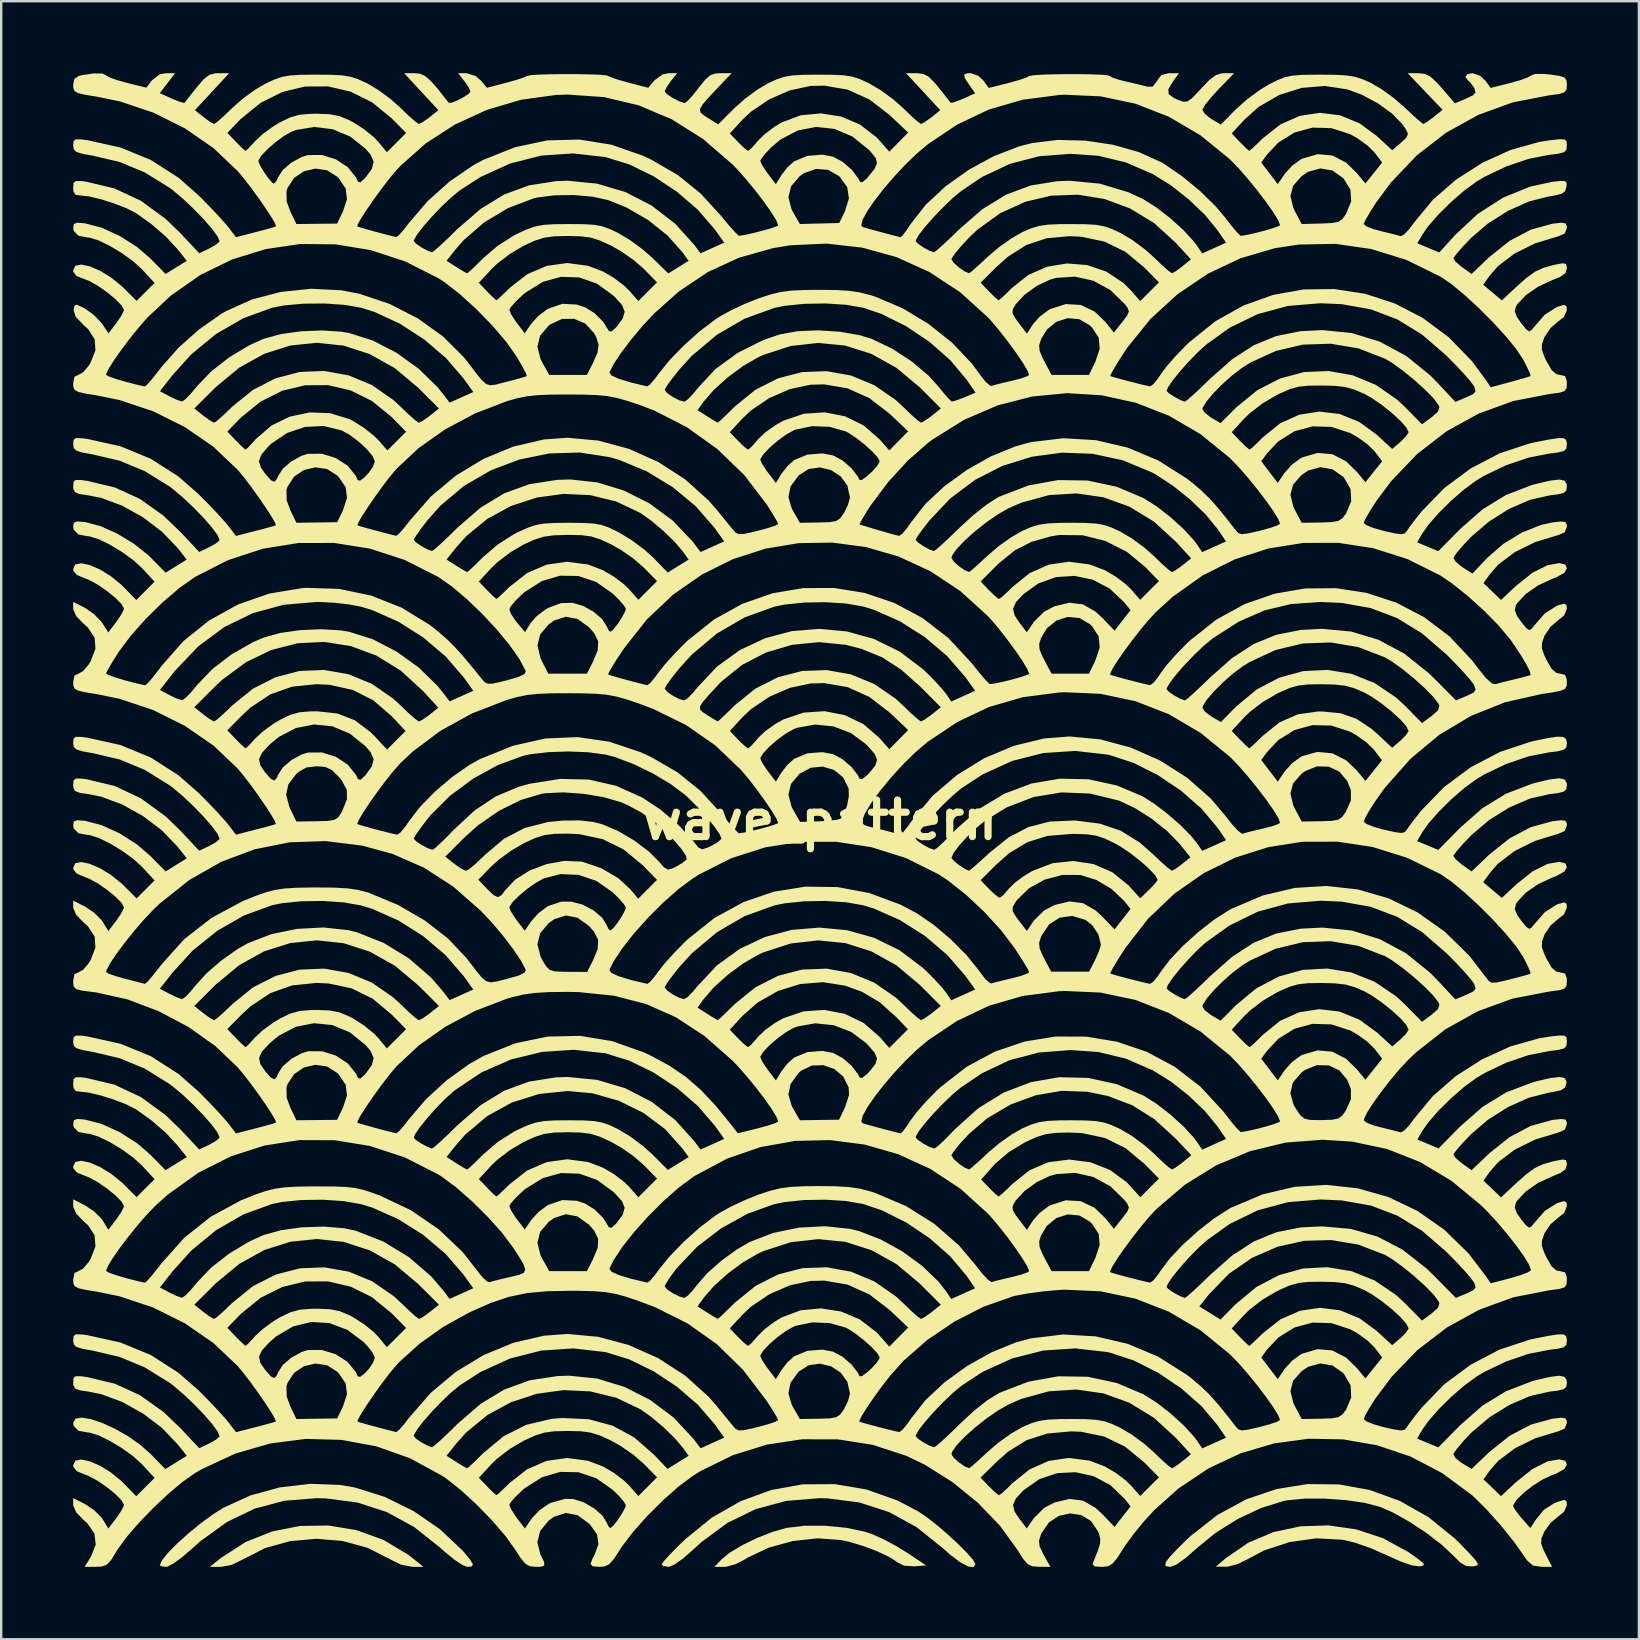
<source format=kicad_pcb>
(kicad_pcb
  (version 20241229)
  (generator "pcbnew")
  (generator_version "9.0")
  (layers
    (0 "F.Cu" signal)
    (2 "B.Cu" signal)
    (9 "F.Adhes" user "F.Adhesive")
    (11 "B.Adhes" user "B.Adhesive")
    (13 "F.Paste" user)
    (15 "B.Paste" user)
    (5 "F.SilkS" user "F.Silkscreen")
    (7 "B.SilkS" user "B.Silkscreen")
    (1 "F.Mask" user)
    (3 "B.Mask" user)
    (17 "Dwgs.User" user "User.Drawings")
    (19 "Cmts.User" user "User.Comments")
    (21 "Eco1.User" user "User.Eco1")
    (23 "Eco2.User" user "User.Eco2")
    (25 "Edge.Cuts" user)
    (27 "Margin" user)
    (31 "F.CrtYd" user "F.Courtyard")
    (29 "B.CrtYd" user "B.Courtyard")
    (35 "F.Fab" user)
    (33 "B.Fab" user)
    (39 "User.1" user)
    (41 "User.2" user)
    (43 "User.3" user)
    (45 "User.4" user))
  (footprint "wave_pattern"
    (layer "F.Cu")
    (at 31.127 31.127)
    (property "Reference" "wave_pattern" (at 0 0 0) (layer "F.SilkS") (effects (font (size 1.524 1.524) (thickness 0.3))))
    (attr board_only exclude_from_pos_files exclude_from_bom)
    (fp_poly (pts (xy -19.323 29.595) (xy -18.206 29.998) (xy -17.179 30.611) (xy -17.01 30.741) (xy -16.526 31.127) (xy -16.981 31.127) (xy -17.47 31.033) (xy -17.909 30.815) (xy -18.849 30.336) (xy -19.893 30.049) (xy -20.99 29.955) (xy -22.087 30.053) (xy -23.13 30.343) (xy -24.051 30.815) (xy -24.548 31.052) (xy -24.979 31.127) (xy -25.434 31.127) (xy -24.95 30.741) (xy -23.942 30.091) (xy -22.839 29.651) (xy -21.676 29.421) (xy -20.492 29.403)) (stroke (width 0) (type solid)) (fill yes) (layer "F.SilkS"))
    (fp_poly (pts (xy 22.343 29.563) (xy 23.468 29.934) (xy 24.519 30.51) (xy 24.58 30.552) (xy 24.953 30.817) (xy 25.142 30.974) (xy 25.171 31.055) (xy 25.061 31.094) (xy 24.977 31.105) (xy 24.666 31.064) (xy 24.189 30.899) (xy 23.605 30.635) (xy 22.954 30.348) (xy 22.301 30.121) (xy 21.786 29.997) (xy 20.69 29.937) (xy 19.572 30.091) (xy 18.508 30.442) (xy 17.825 30.803) (xy 17.405 31.01) (xy 16.999 31.117) (xy 16.905 31.122) (xy 16.498 31.117) (xy 16.91 30.764) (xy 17.848 30.12) (xy 18.897 29.677) (xy 20.021 29.436) (xy 21.182 29.398)) (stroke (width 0) (type solid)) (fill yes) (layer "F.SilkS"))
    (fp_poly (pts (xy 0.221 29.413) (xy 1.092 29.498) (xy 1.869 29.661) (xy 2.146 29.752) (xy 2.631 29.969) (xy 3.188 30.267) (xy 3.64 30.544) (xy 4.42 31.065) (xy 3.941 31.105) (xy 3.498 31.075) (xy 3.252 30.954) (xy 2.913 30.728) (xy 2.407 30.487) (xy 1.812 30.26) (xy 1.205 30.079) (xy 0.875 30.008) (xy -0.099 29.937) (xy -1.13 30.048) (xy -2.131 30.322) (xy -3.017 30.741) (xy -3.141 30.82) (xy -3.526 31.015) (xy -3.911 31.121) (xy -4.003 31.127) (xy -4.401 31.127) (xy -4.105 30.812) (xy -3.752 30.527) (xy -3.232 30.218) (xy -2.62 29.92) (xy -1.991 29.671) (xy -1.419 29.506) (xy -1.402 29.503) (xy -0.645 29.412)) (stroke (width 0) (type solid)) (fill yes) (layer "F.SilkS"))
    (fp_poly (pts (xy -19.996 27.713) (xy -19.395 27.816) (xy -18.147 28.208) (xy -16.94 28.801) (xy -15.836 29.561) (xy -14.897 30.449) (xy -14.834 30.521) (xy -14.567 30.846) (xy -14.465 31.029) (xy -14.52 31.11) (xy -14.705 31.127) (xy -14.915 31.044) (xy -15.248 30.819) (xy -15.654 30.487) (xy -15.822 30.335) (xy -16.911 29.47) (xy -18.056 28.842) (xy -19.277 28.446) (xy -20.592 28.273) (xy -21.003 28.264) (xy -22.329 28.371) (xy -23.559 28.698) (xy -24.713 29.253) (xy -25.811 30.045) (xy -26.138 30.335) (xy -26.559 30.699) (xy -26.926 30.971) (xy -27.191 31.114) (xy -27.255 31.127) (xy -27.464 31.099) (xy -27.517 31.058) (xy -27.421 30.845) (xy -27.162 30.526) (xy -26.778 30.139) (xy -26.312 29.72) (xy -25.803 29.305) (xy -25.292 28.932) (xy -24.878 28.67) (xy -23.755 28.154) (xy -22.522 27.815) (xy -21.247 27.665)) (stroke (width 0) (type solid)) (fill yes) (layer "F.SilkS"))
    (fp_poly (pts (xy 1.93 27.901) (xy 3.224 28.358) (xy 4.12 28.831) (xy 4.478 29.077) (xy 4.901 29.411) (xy 5.345 29.794) (xy 5.767 30.184) (xy 6.125 30.543) (xy 6.375 30.83) (xy 6.474 31.005) (xy 6.475 31.01) (xy 6.393 31.143) (xy 6.169 31.11) (xy 5.83 30.927) (xy 5.408 30.607) (xy 5.119 30.349) (xy 4.034 29.477) (xy 2.874 28.842) (xy 1.633 28.441) (xy 0.303 28.271) (xy -0.039 28.264) (xy -1.409 28.377) (xy -2.68 28.719) (xy -3.858 29.292) (xy -4.949 30.098) (xy -5.219 30.345) (xy -5.688 30.762) (xy -6.064 31.03) (xy -6.314 31.127) (xy -6.318 31.127) (xy -6.537 31.087) (xy -6.599 31.019) (xy -6.514 30.894) (xy -6.284 30.639) (xy -5.947 30.294) (xy -5.623 29.979) (xy -4.507 29.072) (xy -3.303 28.386) (xy -2.034 27.923) (xy -0.723 27.686) (xy 0.607 27.678)) (stroke (width 0) (type solid)) (fill yes) (layer "F.SilkS"))
    (fp_poly (pts (xy 21.623 27.69) (xy 22.913 27.924) (xy 24.164 28.378) (xy 25.352 29.05) (xy 26.451 29.94) (xy 26.695 30.181) (xy 27.084 30.584) (xy 27.318 30.843) (xy 27.415 30.992) (xy 27.395 31.065) (xy 27.275 31.097) (xy 27.196 31.107) (xy 26.934 31.091) (xy 26.683 30.946) (xy 26.399 30.663) (xy 25.913 30.206) (xy 25.276 29.716) (xy 24.57 29.25) (xy 23.878 28.862) (xy 23.346 28.628) (xy 22.702 28.46) (xy 21.904 28.343) (xy 21.042 28.282) (xy 20.205 28.282) (xy 19.484 28.35) (xy 19.317 28.381) (xy 18.381 28.672) (xy 17.405 29.133) (xy 16.474 29.717) (xy 15.727 30.327) (xy 15.242 30.753) (xy 14.858 31.026) (xy 14.602 31.127) (xy 14.594 31.127) (xy 14.396 31.096) (xy 14.401 30.961) (xy 14.435 30.894) (xy 14.578 30.71) (xy 14.859 30.41) (xy 15.229 30.044) (xy 15.454 29.832) (xy 16.568 28.959) (xy 17.767 28.309) (xy 19.025 27.882) (xy 20.319 27.676)) (stroke (width 0) (type solid)) (fill yes) (layer "F.SilkS"))
    (fp_poly (pts (xy -27.517 -30.294) (xy -27.018 -30.069) (xy -26.709 -29.943) (xy -26.514 -29.889) (xy -26.484 -29.894) (xy -26.394 -30.011) (xy -26.195 -30.263) (xy -25.979 -30.536) (xy -25.686 -30.877) (xy -25.453 -31.056) (xy -25.207 -31.122) (xy -25.067 -31.127) (xy -24.626 -31.127) (xy -25.34 -30.356) (xy -26.054 -29.585) (xy -25.696 -29.299) (xy -25.44 -29.11) (xy -25.268 -29.014) (xy -25.252 -29.011) (xy -25.129 -29.093) (xy -24.882 -29.309) (xy -24.561 -29.616) (xy -24.505 -29.672) (xy -24.048 -30.072) (xy -23.52 -30.453) (xy -23.097 -30.699) (xy -22.743 -30.863) (xy -22.436 -30.969) (xy -22.106 -31.03) (xy -21.68 -31.058) (xy -21.087 -31.065) (xy -20.98 -31.065) (xy -20.354 -31.059) (xy -19.907 -31.035) (xy -19.566 -30.979) (xy -19.261 -30.88) (xy -18.921 -30.726) (xy -18.882 -30.708) (xy -18.408 -30.425) (xy -17.89 -30.042) (xy -17.484 -29.681) (xy -17.152 -29.36) (xy -16.884 -29.124) (xy -16.73 -29.014) (xy -16.718 -29.011) (xy -16.566 -29.083) (xy -16.315 -29.258) (xy -16.264 -29.299) (xy -15.906 -29.585) (xy -16.62 -30.356) (xy -17.334 -31.127) (xy -16.899 -31.127) (xy -16.677 -31.105) (xy -16.47 -31.014) (xy -16.241 -30.823) (xy -15.953 -30.5) (xy -15.568 -30.011) (xy -15.477 -29.891) (xy -15.347 -29.898) (xy -15.101 -29.997) (xy -14.83 -30.142) (xy -14.625 -30.284) (xy -14.568 -30.362) (xy -14.638 -30.527) (xy -14.81 -30.779) (xy -14.826 -30.799) (xy -15.084 -31.127) (xy -14.737 -31.127) (xy -14.355 -31.012) (xy -14.137 -30.823) (xy -13.883 -30.518) (xy -13.074 -30.729) (xy -12.655 -30.847) (xy -12.341 -30.95) (xy -12.202 -31.015) (xy -12.059 -31.045) (xy -11.724 -31.067) (xy -11.256 -31.081) (xy -10.711 -31.088) (xy -10.146 -31.087) (xy -9.62 -31.077) (xy -9.189 -31.061) (xy -8.912 -31.036) (xy -8.84 -31.015) (xy -8.696 -30.948) (xy -8.38 -30.844) (xy -7.969 -30.729) (xy -7.159 -30.518) (xy -6.906 -30.823) (xy -6.565 -31.075) (xy -6.305 -31.127) (xy -5.958 -31.127) (xy -6.216 -30.799) (xy -6.393 -30.546) (xy -6.474 -30.374) (xy -6.475 -30.367) (xy -6.375 -30.25) (xy -6.142 -30.094) (xy -5.869 -29.953) (xy -5.654 -29.883) (xy -5.636 -29.882) (xy -5.512 -29.975) (xy -5.295 -30.215) (xy -5.067 -30.505) (xy -4.788 -30.855) (xy -4.571 -31.043) (xy -4.345 -31.117) (xy -4.142 -31.127) (xy -3.682 -31.127) (xy -4.245 -30.536) (xy -4.65 -30.107) (xy -4.898 -29.819) (xy -5.005 -29.628) (xy -4.984 -29.493) (xy -4.849 -29.373) (xy -4.678 -29.265) (xy -4.243 -28.996) (xy -3.565 -29.674) (xy -3.112 -30.074) (xy -2.594 -30.452) (xy -2.16 -30.708) (xy -1.812 -30.868) (xy -1.507 -30.971) (xy -1.173 -31.031) (xy -0.739 -31.058) (xy -0.134 -31.065) (xy -0.062 -31.065) (xy 0.561 -31.06) (xy 1.008 -31.036) (xy 1.348 -30.981) (xy 1.653 -30.882) (xy 1.996 -30.728) (xy 2.054 -30.699) (xy 2.543 -30.409) (xy 3.07 -30.021) (xy 3.463 -29.672) (xy 3.792 -29.354) (xy 4.054 -29.12) (xy 4.201 -29.014) (xy 4.21 -29.011) (xy 4.355 -29.083) (xy 4.602 -29.258) (xy 4.654 -29.299) (xy 5.012 -29.585) (xy 4.298 -30.356) (xy 3.584 -31.127) (xy 4.025 -31.127) (xy 4.302 -31.098) (xy 4.532 -30.978) (xy 4.787 -30.718) (xy 4.937 -30.536) (xy 5.191 -30.215) (xy 5.375 -29.981) (xy 5.442 -29.894) (xy 5.564 -29.909) (xy 5.833 -30.007) (xy 5.971 -30.067) (xy 6.467 -30.29) (xy 6.222 -30.635) (xy 6.031 -30.926) (xy 6.004 -31.073) (xy 6.145 -31.124) (xy 6.277 -31.127) (xy 6.587 -31.023) (xy 6.807 -30.82) (xy 7.035 -30.513) (xy 7.844 -30.716) (xy 8.263 -30.831) (xy 8.577 -30.935) (xy 8.716 -31.004) (xy 8.855 -31.036) (xy 9.181 -31.061) (xy 9.64 -31.078) (xy 10.176 -31.086) (xy 10.734 -31.087) (xy 11.258 -31.08) (xy 11.693 -31.064) (xy 11.984 -31.04) (xy 12.077 -31.011) (xy 12.188 -30.941) (xy 12.472 -30.849) (xy 12.731 -30.785) (xy 13.154 -30.687) (xy 13.511 -30.599) (xy 13.641 -30.564) (xy 13.865 -30.569) (xy 14.028 -30.775) (xy 14.043 -30.808) (xy 14.229 -31.052) (xy 14.536 -31.127) (xy 14.573 -31.127) (xy 14.958 -31.127) (xy 14.693 -30.755) (xy 14.516 -30.453) (xy 14.531 -30.252) (xy 14.758 -30.088) (xy 14.937 -30.008) (xy 15.144 -29.936) (xy 15.306 -29.946) (xy 15.487 -30.069) (xy 15.745 -30.335) (xy 15.885 -30.49) (xy 16.232 -30.849) (xy 16.499 -31.046) (xy 16.747 -31.122) (xy 16.859 -31.127) (xy 17.259 -31.127) (xy 16.598 -30.445) (xy 16.281 -30.098) (xy 16.047 -29.803) (xy 15.94 -29.617) (xy 15.937 -29.601) (xy 16.035 -29.434) (xy 16.276 -29.239) (xy 16.322 -29.211) (xy 16.706 -28.984) (xy 17.336 -29.627) (xy 17.793 -30.034) (xy 18.329 -30.428) (xy 18.726 -30.667) (xy 19.078 -30.843) (xy 19.373 -30.958) (xy 19.682 -31.024) (xy 20.074 -31.055) (xy 20.621 -31.064) (xy 20.855 -31.065) (xy 21.49 -31.059) (xy 21.946 -31.032) (xy 22.297 -30.975) (xy 22.612 -30.874) (xy 22.932 -30.734) (xy 23.385 -30.473) (xy 23.895 -30.106) (xy 24.353 -29.711) (xy 24.358 -29.706) (xy 24.701 -29.382) (xy 24.973 -29.139) (xy 25.129 -29.018) (xy 25.145 -29.011) (xy 25.277 -29.082) (xy 25.518 -29.257) (xy 25.58 -29.306) (xy 25.948 -29.6) (xy 24.491 -31.127) (xy 24.934 -31.127) (xy 25.205 -31.099) (xy 25.44 -30.984) (xy 25.706 -30.738) (xy 25.919 -30.499) (xy 26.461 -29.87) (xy 26.929 -30.066) (xy 27.222 -30.208) (xy 27.321 -30.333) (xy 27.27 -30.5) (xy 27.27 -30.501) (xy 27.112 -30.73) (xy 27.018 -30.817) (xy 26.894 -30.969) (xy 26.987 -31.09) (xy 27.195 -31.127) (xy 27.505 -31.023) (xy 27.724 -30.82) (xy 27.952 -30.513) (xy 28.762 -30.716) (xy 29.185 -30.836) (xy 29.505 -30.954) (xy 29.651 -31.04) (xy 29.817 -31.096) (xy 30.166 -31.097) (xy 30.429 -31.072) (xy 30.825 -31.014) (xy 31.034 -30.942) (xy 31.115 -30.819) (xy 31.127 -30.637) (xy 31.112 -30.442) (xy 31.026 -30.328) (xy 30.812 -30.261) (xy 30.411 -30.207) (xy 30.385 -30.204) (xy 28.869 -29.91) (xy 27.431 -29.386) (xy 26.092 -28.646) (xy 24.872 -27.702) (xy 23.793 -26.568) (xy 23.205 -25.775) (xy 22.947 -25.376) (xy 22.755 -25.05) (xy 22.664 -24.857) (xy 22.661 -24.838) (xy 22.772 -24.743) (xy 23.059 -24.63) (xy 23.362 -24.547) (xy 23.768 -24.449) (xy 24.082 -24.369) (xy 24.202 -24.334) (xy 24.34 -24.402) (xy 24.557 -24.63) (xy 24.764 -24.907) (xy 25.539 -25.848) (xy 26.502 -26.686) (xy 27.598 -27.389) (xy 28.775 -27.925) (xy 29.982 -28.264) (xy 30.412 -28.33) (xy 30.813 -28.374) (xy 31.027 -28.366) (xy 31.112 -28.291) (xy 31.127 -28.128) (xy 31.127 -28.109) (xy 31.106 -27.935) (xy 31.004 -27.832) (xy 30.763 -27.769) (xy 30.391 -27.724) (xy 29.528 -27.555) (xy 28.597 -27.238) (xy 27.702 -26.811) (xy 27.355 -26.604) (xy 26.85 -26.235) (xy 26.306 -25.762) (xy 25.786 -25.249) (xy 25.356 -24.758) (xy 25.115 -24.417) (xy 24.892 -24.038) (xy 25.351 -23.846) (xy 25.81 -23.654) (xy 26.475 -24.39) (xy 27.417 -25.265) (xy 28.468 -25.94) (xy 29.595 -26.399) (xy 30.505 -26.595) (xy 30.879 -26.638) (xy 31.065 -26.625) (xy 31.12 -26.536) (xy 31.107 -26.384) (xy 31.05 -26.207) (xy 30.9 -26.098) (xy 30.593 -26.024) (xy 30.38 -25.992) (xy 29.548 -25.781) (xy 28.675 -25.39) (xy 27.838 -24.863) (xy 27.129 -24.255) (xy 26.793 -23.902) (xy 26.538 -23.612) (xy 26.406 -23.433) (xy 26.396 -23.405) (xy 26.488 -23.271) (xy 26.716 -23.074) (xy 26.776 -23.03) (xy 27.156 -22.759) (xy 27.893 -23.462) (xy 28.735 -24.135) (xy 29.626 -24.606) (xy 30.525 -24.853) (xy 30.546 -24.856) (xy 30.898 -24.894) (xy 31.07 -24.868) (xy 31.124 -24.756) (xy 31.127 -24.672) (xy 31.037 -24.444) (xy 30.785 -24.333) (xy 29.798 -24.033) (xy 28.938 -23.606) (xy 28.249 -23.078) (xy 27.906 -22.682) (xy 27.64 -22.31) (xy 28.416 -21.657) (xy 29.001 -22.204) (xy 29.443 -22.597) (xy 29.799 -22.851) (xy 30.152 -23.015) (xy 30.583 -23.134) (xy 30.613 -23.141) (xy 30.936 -23.203) (xy 31.085 -23.181) (xy 31.126 -23.056) (xy 31.127 -22.988) (xy 31.071 -22.801) (xy 30.867 -22.647) (xy 30.511 -22.5) (xy 29.926 -22.229) (xy 29.417 -21.875) (xy 29.06 -21.495) (xy 29.003 -21.401) (xy 28.955 -21.2) (xy 29.048 -20.959) (xy 29.216 -20.717) (xy 29.431 -20.452) (xy 29.56 -20.364) (xy 29.664 -20.428) (xy 29.719 -20.501) (xy 30.205 -21.06) (xy 30.705 -21.379) (xy 30.756 -21.398) (xy 31.012 -21.469) (xy 31.112 -21.415) (xy 31.127 -21.254) (xy 31.007 -20.971) (xy 30.748 -20.765) (xy 30.44 -20.499) (xy 30.201 -20.143) (xy 30.188 -20.115) (xy 30.089 -19.832) (xy 30.085 -19.602) (xy 30.186 -19.316) (xy 30.281 -19.116) (xy 30.491 -18.751) (xy 30.69 -18.581) (xy 30.841 -18.552) (xy 31.05 -18.503) (xy 31.123 -18.31) (xy 31.127 -18.195) (xy 31.113 -17.994) (xy 31.029 -17.878) (xy 30.818 -17.81) (xy 30.421 -17.757) (xy 30.391 -17.754) (xy 28.88 -17.46) (xy 27.443 -16.936) (xy 26.103 -16.196) (xy 24.882 -15.252) (xy 23.8 -14.119) (xy 23.207 -13.324) (xy 22.948 -12.925) (xy 22.755 -12.597) (xy 22.664 -12.402) (xy 22.661 -12.383) (xy 22.772 -12.29) (xy 23.066 -12.172) (xy 23.479 -12.054) (xy 23.501 -12.048) (xy 23.951 -11.948) (xy 24.219 -11.912) (xy 24.365 -11.942) (xy 24.446 -12.034) (xy 24.577 -12.224) (xy 24.813 -12.534) (xy 25.076 -12.865) (xy 26.015 -13.833) (xy 27.111 -14.648) (xy 28.316 -15.28) (xy 29.58 -15.697) (xy 29.784 -15.741) (xy 30.37 -15.857) (xy 30.756 -15.916) (xy 30.982 -15.915) (xy 31.092 -15.85) (xy 31.126 -15.72) (xy 31.127 -15.644) (xy 31.104 -15.477) (xy 30.994 -15.377) (xy 30.741 -15.315) (xy 30.391 -15.273) (xy 29.528 -15.104) (xy 28.597 -14.787) (xy 27.702 -14.36) (xy 27.355 -14.153) (xy 26.846 -13.781) (xy 26.299 -13.305) (xy 25.778 -12.788) (xy 25.347 -12.295) (xy 25.111 -11.959) (xy 24.885 -11.574) (xy 25.326 -11.389) (xy 25.768 -11.205) (xy 26.673 -12.123) (xy 27.606 -12.944) (xy 28.585 -13.545) (xy 29.66 -13.958) (xy 29.845 -14.009) (xy 30.425 -14.145) (xy 30.807 -14.191) (xy 31.026 -14.146) (xy 31.118 -14.004) (xy 31.127 -13.9) (xy 31.103 -13.731) (xy 30.99 -13.631) (xy 30.731 -13.57) (xy 30.417 -13.533) (xy 29.591 -13.346) (xy 28.721 -12.969) (xy 27.875 -12.436) (xy 27.149 -11.815) (xy 26.807 -11.456) (xy 26.548 -11.152) (xy 26.412 -10.953) (xy 26.401 -10.916) (xy 26.5 -10.759) (xy 26.74 -10.56) (xy 26.799 -10.521) (xy 27.191 -10.272) (xy 27.81 -10.928) (xy 28.474 -11.506) (xy 29.25 -11.979) (xy 30.054 -12.301) (xy 30.536 -12.405) (xy 30.892 -12.443) (xy 31.067 -12.418) (xy 31.123 -12.31) (xy 31.127 -12.221) (xy 31.037 -11.993) (xy 30.785 -11.882) (xy 29.806 -11.585) (xy 28.951 -11.163) (xy 28.263 -10.642) (xy 27.911 -10.239) (xy 27.651 -9.874) (xy 28.016 -9.524) (xy 28.382 -9.173) (xy 29.01 -9.761) (xy 29.689 -10.304) (xy 30.32 -10.621) (xy 30.812 -10.708) (xy 31.065 -10.644) (xy 31.127 -10.488) (xy 31.02 -10.301) (xy 30.688 -10.117) (xy 30.511 -10.049) (xy 29.926 -9.778) (xy 29.417 -9.424) (xy 29.06 -9.044) (xy 29.003 -8.95) (xy 28.955 -8.749) (xy 29.048 -8.508) (xy 29.216 -8.266) (xy 29.431 -8.001) (xy 29.56 -7.913) (xy 29.664 -7.977) (xy 29.719 -8.05) (xy 30.205 -8.609) (xy 30.705 -8.928) (xy 30.756 -8.947) (xy 31.012 -9.018) (xy 31.112 -8.964) (xy 31.127 -8.803) (xy 31.007 -8.52) (xy 30.748 -8.314) (xy 30.44 -8.048) (xy 30.201 -7.692) (xy 30.188 -7.664) (xy 30.089 -7.381) (xy 30.085 -7.151) (xy 30.186 -6.865) (xy 30.281 -6.665) (xy 30.491 -6.3) (xy 30.69 -6.13) (xy 30.841 -6.101) (xy 31.052 -6.051) (xy 31.124 -5.852) (xy 31.127 -5.752) (xy 31.117 -5.583) (xy 31.054 -5.471) (xy 30.89 -5.394) (xy 30.576 -5.327) (xy 30.064 -5.25) (xy 30.062 -5.25) (xy 28.549 -4.908) (xy 27.127 -4.339) (xy 25.811 -3.552) (xy 24.615 -2.557) (xy 23.554 -1.362) (xy 23.116 -0.749) (xy 22.883 -0.379) (xy 22.718 -0.083) (xy 22.661 0.068) (xy 22.772 0.161) (xy 23.066 0.279) (xy 23.479 0.397) (xy 23.501 0.403) (xy 23.951 0.503) (xy 24.219 0.539) (xy 24.365 0.509) (xy 24.446 0.417) (xy 24.577 0.227) (xy 24.813 -0.083) (xy 25.076 -0.414) (xy 26.017 -1.382) (xy 27.122 -2.201) (xy 28.339 -2.839) (xy 29.615 -3.263) (xy 29.72 -3.287) (xy 30.326 -3.414) (xy 30.73 -3.474) (xy 30.972 -3.464) (xy 31.092 -3.382) (xy 31.127 -3.225) (xy 31.127 -3.193) (xy 31.104 -3.026) (xy 30.994 -2.926) (xy 30.741 -2.864) (xy 30.391 -2.822) (xy 29.528 -2.653) (xy 28.597 -2.336) (xy 27.702 -1.909) (xy 27.355 -1.702) (xy 26.846 -1.33) (xy 26.299 -0.854) (xy 25.778 -0.337) (xy 25.347 0.156) (xy 25.111 0.492) (xy 24.885 0.877) (xy 25.326 1.062) (xy 25.768 1.246) (xy 26.673 0.328) (xy 27.606 -0.493) (xy 28.585 -1.094) (xy 29.66 -1.507) (xy 29.845 -1.558) (xy 30.425 -1.694) (xy 30.807 -1.74) (xy 31.026 -1.695) (xy 31.118 -1.553) (xy 31.127 -1.449) (xy 31.103 -1.28) (xy 30.99 -1.18) (xy 30.731 -1.119) (xy 30.417 -1.082) (xy 29.598 -0.897) (xy 28.735 -0.527) (xy 27.897 -0.008) (xy 27.152 0.623) (xy 27.129 0.647) (xy 26.793 1) (xy 26.538 1.29) (xy 26.406 1.469) (xy 26.396 1.497) (xy 26.488 1.631) (xy 26.716 1.828) (xy 26.776 1.872) (xy 27.156 2.143) (xy 27.893 1.44) (xy 28.735 0.767) (xy 29.626 0.296) (xy 30.525 0.049) (xy 30.546 0.046) (xy 30.898 0.008) (xy 31.07 0.034) (xy 31.124 0.146) (xy 31.127 0.23) (xy 31.037 0.458) (xy 30.785 0.569) (xy 29.798 0.869) (xy 28.938 1.296) (xy 28.249 1.824) (xy 27.906 2.22) (xy 27.64 2.592) (xy 28.028 2.918) (xy 28.416 3.245) (xy 29.028 2.673) (xy 29.695 2.142) (xy 30.322 1.829) (xy 30.812 1.743) (xy 31.065 1.807) (xy 31.127 1.963) (xy 31.02 2.15) (xy 30.688 2.334) (xy 30.511 2.402) (xy 29.926 2.673) (xy 29.417 3.027) (xy 29.06 3.407) (xy 29.003 3.501) (xy 28.955 3.702) (xy 29.048 3.943) (xy 29.216 4.185) (xy 29.431 4.45) (xy 29.56 4.538) (xy 29.664 4.474) (xy 29.719 4.401) (xy 30.205 3.842) (xy 30.705 3.523) (xy 30.756 3.504) (xy 31.012 3.433) (xy 31.112 3.487) (xy 31.127 3.648) (xy 31.007 3.931) (xy 30.748 4.137) (xy 30.44 4.403) (xy 30.201 4.759) (xy 30.188 4.787) (xy 30.089 5.07) (xy 30.085 5.3) (xy 30.186 5.586) (xy 30.281 5.786) (xy 30.491 6.151) (xy 30.69 6.321) (xy 30.841 6.35) (xy 31.05 6.399) (xy 31.123 6.592) (xy 31.127 6.707) (xy 31.113 6.907) (xy 31.03 7.024) (xy 30.82 7.091) (xy 30.426 7.144) (xy 30.385 7.149) (xy 28.855 7.445) (xy 27.408 7.972) (xy 26.061 8.724) (xy 24.829 9.693) (xy 24.51 9.999) (xy 24.144 10.393) (xy 23.755 10.856) (xy 23.379 11.342) (xy 23.049 11.802) (xy 22.802 12.189) (xy 22.672 12.456) (xy 22.661 12.515) (xy 22.772 12.61) (xy 23.059 12.723) (xy 23.362 12.806) (xy 23.768 12.904) (xy 24.082 12.984) (xy 24.202 13.019) (xy 24.34 12.95) (xy 24.557 12.722) (xy 24.768 12.439) (xy 25.538 11.507) (xy 26.495 10.675) (xy 27.588 9.976) (xy 28.765 9.439) (xy 29.974 9.096) (xy 30.42 9.024) (xy 30.818 8.98) (xy 31.029 8.987) (xy 31.113 9.064) (xy 31.127 9.23) (xy 31.127 9.244) (xy 31.106 9.418) (xy 31.004 9.521) (xy 30.763 9.583) (xy 30.391 9.629) (xy 29.528 9.798) (xy 28.597 10.115) (xy 27.702 10.542) (xy 27.355 10.749) (xy 26.85 11.118) (xy 26.306 11.591) (xy 25.786 12.104) (xy 25.356 12.594) (xy 25.115 12.936) (xy 24.892 13.315) (xy 25.779 13.686) (xy 26.679 12.773) (xy 27.616 11.951) (xy 28.603 11.348) (xy 29.689 10.936) (xy 29.845 10.893) (xy 30.435 10.755) (xy 30.822 10.708) (xy 31.037 10.754) (xy 31.11 10.896) (xy 31.105 10.987) (xy 31.044 11.155) (xy 30.88 11.261) (xy 30.551 11.335) (xy 30.38 11.361) (xy 29.548 11.572) (xy 28.675 11.962) (xy 27.838 12.49) (xy 27.129 13.098) (xy 26.793 13.451) (xy 26.538 13.741) (xy 26.406 13.92) (xy 26.396 13.947) (xy 26.488 14.082) (xy 26.716 14.279) (xy 26.776 14.323) (xy 27.156 14.594) (xy 27.893 13.891) (xy 28.735 13.218) (xy 29.626 12.747) (xy 30.525 12.5) (xy 30.546 12.497) (xy 30.898 12.459) (xy 31.07 12.485) (xy 31.124 12.597) (xy 31.127 12.681) (xy 31.037 12.909) (xy 30.785 13.02) (xy 29.806 13.317) (xy 28.951 13.739) (xy 28.263 14.26) (xy 27.911 14.663) (xy 27.651 15.028) (xy 28.016 15.378) (xy 28.382 15.728) (xy 28.984 15.165) (xy 29.427 14.769) (xy 29.782 14.512) (xy 30.128 14.347) (xy 30.544 14.227) (xy 30.613 14.212) (xy 30.936 14.15) (xy 31.085 14.172) (xy 31.126 14.297) (xy 31.127 14.365) (xy 31.071 14.552) (xy 30.867 14.706) (xy 30.511 14.853) (xy 29.926 15.124) (xy 29.417 15.478) (xy 29.06 15.858) (xy 29.003 15.952) (xy 28.955 16.153) (xy 29.048 16.394) (xy 29.216 16.636) (xy 29.431 16.901) (xy 29.56 16.989) (xy 29.664 16.925) (xy 29.719 16.852) (xy 30.205 16.293) (xy 30.705 15.974) (xy 30.756 15.955) (xy 31.012 15.884) (xy 31.112 15.938) (xy 31.127 16.099) (xy 31.007 16.382) (xy 30.748 16.588) (xy 30.44 16.854) (xy 30.201 17.21) (xy 30.188 17.238) (xy 30.089 17.521) (xy 30.085 17.751) (xy 30.186 18.037) (xy 30.281 18.237) (xy 30.491 18.602) (xy 30.69 18.772) (xy 30.841 18.801) (xy 31.05 18.85) (xy 31.123 19.043) (xy 31.127 19.158) (xy 31.113 19.359) (xy 31.029 19.475) (xy 30.818 19.542) (xy 30.421 19.596) (xy 30.391 19.599) (xy 28.892 19.892) (xy 27.461 20.414) (xy 26.122 21.152) (xy 24.898 22.09) (xy 23.815 23.213) (xy 23.144 24.114) (xy 22.903 24.494) (xy 22.73 24.801) (xy 22.661 24.969) (xy 22.661 24.971) (xy 22.773 25.064) (xy 23.066 25.181) (xy 23.479 25.299) (xy 23.501 25.304) (xy 23.951 25.405) (xy 24.219 25.441) (xy 24.365 25.411) (xy 24.446 25.319) (xy 24.577 25.129) (xy 24.813 24.819) (xy 25.076 24.488) (xy 26.015 23.519) (xy 27.111 22.705) (xy 28.316 22.073) (xy 29.58 21.656) (xy 29.784 21.612) (xy 30.37 21.496) (xy 30.756 21.437) (xy 30.982 21.438) (xy 31.092 21.503) (xy 31.126 21.633) (xy 31.127 21.709) (xy 31.104 21.876) (xy 30.994 21.976) (xy 30.741 22.037) (xy 30.391 22.08) (xy 29.528 22.249) (xy 28.597 22.566) (xy 27.702 22.993) (xy 27.355 23.2) (xy 26.846 23.572) (xy 26.299 24.048) (xy 25.778 24.565) (xy 25.347 25.058) (xy 25.111 25.394) (xy 24.885 25.779) (xy 25.326 25.963) (xy 25.768 26.148) (xy 26.673 25.23) (xy 27.606 24.409) (xy 28.585 23.808) (xy 29.66 23.395) (xy 29.845 23.344) (xy 30.425 23.208) (xy 30.807 23.161) (xy 31.026 23.207) (xy 31.118 23.349) (xy 31.127 23.453) (xy 31.103 23.622) (xy 30.99 23.722) (xy 30.731 23.783) (xy 30.417 23.82) (xy 29.598 24.005) (xy 28.735 24.375) (xy 27.897 24.894) (xy 27.152 25.525) (xy 27.129 25.549) (xy 26.792 25.908) (xy 26.537 26.212) (xy 26.405 26.409) (xy 26.396 26.442) (xy 26.494 26.6) (xy 26.734 26.79) (xy 26.777 26.817) (xy 27.159 27.042) (xy 27.894 26.34) (xy 28.735 25.668) (xy 29.626 25.198) (xy 30.524 24.951) (xy 30.546 24.948) (xy 30.898 24.91) (xy 31.07 24.936) (xy 31.124 25.048) (xy 31.127 25.132) (xy 31.037 25.36) (xy 30.785 25.471) (xy 29.806 25.768) (xy 28.951 26.19) (xy 28.263 26.711) (xy 27.911 27.114) (xy 27.651 27.479) (xy 28.016 27.829) (xy 28.382 28.179) (xy 29.01 27.592) (xy 29.689 27.049) (xy 30.32 26.732) (xy 30.812 26.645) (xy 31.065 26.708) (xy 31.127 26.865) (xy 31.026 27.045) (xy 30.709 27.226) (xy 30.474 27.317) (xy 30.097 27.495) (xy 29.691 27.756) (xy 29.316 28.051) (xy 29.03 28.333) (xy 28.893 28.555) (xy 28.888 28.591) (xy 28.965 28.744) (xy 29.157 28.998) (xy 29.247 29.104) (xy 29.604 29.509) (xy 29.827 29.167) (xy 30.173 28.744) (xy 30.597 28.475) (xy 30.785 28.4) (xy 31.027 28.334) (xy 31.116 28.405) (xy 31.127 28.55) (xy 31.008 28.833) (xy 30.754 29.036) (xy 30.442 29.298) (xy 30.192 29.647) (xy 30.182 29.668) (xy 30.067 29.944) (xy 30.055 30.159) (xy 30.154 30.425) (xy 30.245 30.609) (xy 30.51 31.127) (xy 30.075 31.127) (xy 29.717 31.072) (xy 29.473 30.863) (xy 29.419 30.785) (xy 28.947 30.113) (xy 28.377 29.402) (xy 27.779 28.732) (xy 27.224 28.185) (xy 27.149 28.119) (xy 25.914 27.209) (xy 24.594 26.522) (xy 23.212 26.057) (xy 21.792 25.812) (xy 20.357 25.787) (xy 18.931 25.98) (xy 17.537 26.391) (xy 16.199 27.017) (xy 14.94 27.858) (xy 13.936 28.755) (xy 13.495 29.237) (xy 13.059 29.77) (xy 12.707 30.256) (xy 12.642 30.357) (xy 12.383 30.76) (xy 12.191 30.991) (xy 12.011 31.098) (xy 11.789 31.127) (xy 11.735 31.127) (xy 11.452 31.108) (xy 11.365 31.027) (xy 11.395 30.91) (xy 11.576 30.462) (xy 11.668 30.17) (xy 11.682 29.96) (xy 11.629 29.758) (xy 11.583 29.643) (xy 11.293 29.216) (xy 10.889 28.969) (xy 10.425 28.898) (xy 9.957 29) (xy 9.541 29.274) (xy 9.232 29.716) (xy 9.212 29.762) (xy 9.126 30.034) (xy 9.15 30.27) (xy 9.297 30.583) (xy 9.328 30.637) (xy 9.603 31.127) (xy 9.128 31.124) (xy 8.861 31.105) (xy 8.667 31.02) (xy 8.485 30.82) (xy 8.25 30.455) (xy 8.231 30.422) (xy 7.496 29.409) (xy 6.664 28.545) (xy 8.043 28.545) (xy 8.108 28.822) (xy 8.285 29.09) (xy 8.618 29.527) (xy 8.912 29.094) (xy 9.338 28.672) (xy 9.765 28.447) (xy 10.397 28.295) (xy 10.957 28.366) (xy 11.484 28.669) (xy 11.772 28.935) (xy 12.276 29.461) (xy 12.609 29.033) (xy 12.942 28.606) (xy 12.695 28.291) (xy 12.102 27.72) (xy 11.406 27.349) (xy 10.651 27.181) (xy 9.882 27.22) (xy 9.144 27.469) (xy 8.486 27.929) (xy 8.166 28.27) (xy 8.043 28.545) (xy 6.664 28.545) (xy 6.569 28.446) (xy 5.505 27.583) (xy 5.221 27.405) (xy 6.689 27.405) (xy 7.041 27.772) (xy 7.277 28.002) (xy 7.438 28.13) (xy 7.463 28.139) (xy 7.581 28.057) (xy 7.812 27.845) (xy 8.01 27.647) (xy 8.731 27.065) (xy 9.529 26.71) (xy 10.374 26.587) (xy 11.237 26.701) (xy 11.864 26.938) (xy 12.32 27.205) (xy 12.746 27.527) (xy 12.952 27.726) (xy 13.345 28.174) (xy 14.125 27.394) (xy 13.52 26.78) (xy 12.716 26.117) (xy 11.837 25.691) (xy 10.871 25.494) (xy 10.459 25.479) (xy 9.469 25.57) (xy 8.613 25.845) (xy 7.835 26.328) (xy 7.385 26.725) (xy 6.689 27.405) (xy 5.221 27.405) (xy 4.361 26.865) (xy 3.595 26.497) (xy 3.388 26.429) (xy 5.478 26.429) (xy 5.571 26.578) (xy 5.789 26.774) (xy 6.037 26.945) (xy 6.214 27.015) (xy 6.322 26.937) (xy 6.562 26.726) (xy 6.888 26.424) (xy 6.989 26.329) (xy 7.45 25.936) (xy 7.968 25.568) (xy 8.429 25.303) (xy 8.432 25.302) (xy 8.793 25.145) (xy 9.121 25.046) (xy 9.489 24.991) (xy 9.975 24.968) (xy 10.459 24.964) (xy 11.071 24.97) (xy 11.509 24.998) (xy 11.849 25.059) (xy 12.166 25.169) (xy 12.513 25.33) (xy 13.002 25.62) (xy 13.528 26.008) (xy 13.922 26.357) (xy 14.251 26.675) (xy 14.513 26.907) (xy 14.66 27.012) (xy 14.669 27.014) (xy 14.813 26.939) (xy 15.058 26.761) (xy 15.105 26.722) (xy 15.457 26.435) (xy 14.824 25.743) (xy 13.904 24.904) (xy 12.893 24.287) (xy 11.813 23.896) (xy 10.687 23.735) (xy 9.54 23.81) (xy 8.393 24.124) (xy 7.862 24.356) (xy 7.41 24.614) (xy 6.921 24.953) (xy 6.442 25.334) (xy 6.016 25.717) (xy 5.688 26.064) (xy 5.503 26.335) (xy 5.478 26.429) (xy 3.388 26.429) (xy 2.192 26.04) (xy 0.734 25.811) (xy -0.746 25.809) (xy -2.212 26.03) (xy -3.632 26.471) (xy -4.971 27.127) (xy -5.3 27.333) (xy -5.889 27.772) (xy -6.54 28.347) (xy -7.189 28.993) (xy -7.775 29.649) (xy -8.235 30.249) (xy -8.342 30.415) (xy -8.594 30.801) (xy -8.786 31.016) (xy -8.978 31.108) (xy -9.183 31.126) (xy -9.472 31.105) (xy -9.564 31.006) (xy -9.481 30.776) (xy -9.4 30.629) (xy -9.235 30.184) (xy -9.293 29.778) (xy -9.583 29.365) (xy -9.637 29.31) (xy -10.109 28.972) (xy -10.593 28.88) (xy -11.079 29.036) (xy -11.312 29.201) (xy -11.664 29.628) (xy -11.782 30.103) (xy -11.658 30.597) (xy -11.65 30.614) (xy -11.5 30.925) (xy -11.492 31.075) (xy -11.649 31.123) (xy -11.86 31.126) (xy -12.095 31.1) (xy -12.283 30.993) (xy -12.481 30.756) (xy -12.7 30.415) (xy -13.108 29.844) (xy -13.662 29.199) (xy -14.298 28.543) (xy -12.949 28.543) (xy -12.879 28.717) (xy -12.703 28.995) (xy -12.624 29.102) (xy -12.3 29.527) (xy -12.014 29.107) (xy -11.709 28.781) (xy -11.314 28.503) (xy -11.222 28.458) (xy -10.615 28.29) (xy -10.265 28.303) (xy -9.836 28.443) (xy -9.409 28.693) (xy -9.067 28.995) (xy -8.902 29.26) (xy -8.804 29.46) (xy -8.738 29.508) (xy -8.616 29.411) (xy -8.434 29.18) (xy -8.25 28.898) (xy -8.12 28.652) (xy -8.093 28.552) (xy -8.178 28.403) (xy -8.4 28.151) (xy -8.64 27.916) (xy -9.329 27.431) (xy -10.069 27.182) (xy -10.832 27.169) (xy -11.589 27.392) (xy -12.311 27.85) (xy -12.396 27.923) (xy -12.693 28.205) (xy -12.894 28.436) (xy -12.949 28.543) (xy -14.298 28.543) (xy -14.298 28.543) (xy -14.955 27.939) (xy -15.569 27.451) (xy -15.623 27.414) (xy -14.22 27.414) (xy -13.872 27.777) (xy -13.646 28.004) (xy -13.503 28.13) (xy -13.486 28.139) (xy -13.385 28.059) (xy -13.162 27.85) (xy -12.936 27.629) (xy -12.205 27.057) (xy -11.395 26.709) (xy -10.539 26.589) (xy -9.672 26.704) (xy -9.053 26.938) (xy -8.597 27.205) (xy -8.171 27.527) (xy -7.966 27.726) (xy -7.572 28.174) (xy -6.793 27.395) (xy -7.35 26.827) (xy -7.77 26.463) (xy -8.294 26.098) (xy -8.713 25.86) (xy -9.175 25.649) (xy -9.562 25.529) (xy -9.985 25.474) (xy -10.521 25.462) (xy -11.078 25.476) (xy -11.497 25.533) (xy -11.887 25.657) (xy -12.344 25.867) (xy -12.925 26.208) (xy -13.462 26.62) (xy -13.693 26.843) (xy -14.22 27.414) (xy -15.623 27.414) (xy -15.742 27.333) (xy -17.08 26.603) (xy -17.385 26.495) (xy -15.565 26.495) (xy -15.16 26.755) (xy -14.889 26.922) (xy -14.723 27.012) (xy -14.707 27.017) (xy -14.603 26.936) (xy -14.373 26.72) (xy -14.065 26.415) (xy -14.028 26.378) (xy -13.181 25.677) (xy -12.241 25.206) (xy -11.195 24.959) (xy -10.746 24.922) (xy -9.636 24.974) (xy -8.643 25.242) (xy -7.741 25.735) (xy -6.907 26.463) (xy -6.883 26.488) (xy -6.358 27.044) (xy -5.477 26.499) (xy -5.718 26.16) (xy -6.054 25.764) (xy -6.517 25.314) (xy -7.022 24.886) (xy -7.484 24.557) (xy -8.496 24.076) (xy -9.577 23.812) (xy -10.691 23.76) (xy -11.802 23.912) (xy -12.873 24.262) (xy -13.867 24.801) (xy -14.748 25.525) (xy -15.18 26.009) (xy -15.565 26.495) (xy -17.385 26.495) (xy -18.491 26.103) (xy -19.949 25.833) (xy -21.431 25.793) (xy -22.912 25.983) (xy -24.366 26.404) (xy -25.769 27.055) (xy -26.055 27.221) (xy -26.571 27.584) (xy -27.167 28.086) (xy -27.789 28.672) (xy -28.384 29.287) (xy -28.895 29.878) (xy -29.269 30.39) (xy -29.322 30.478) (xy -29.545 30.84) (xy -29.723 31.034) (xy -29.925 31.111) (xy -30.173 31.125) (xy -30.65 31.127) (xy -30.381 30.692) (xy -30.188 30.198) (xy -30.241 29.736) (xy -30.541 29.305) (xy -30.702 29.163) (xy -31.003 28.852) (xy -31.127 28.562) (xy -31.127 28.541) (xy -31.127 28.259) (xy -30.625 28.515) (xy -30.253 28.764) (xy -29.949 29.068) (xy -29.891 29.15) (xy -29.661 29.529) (xy -29.336 29.102) (xy -29.135 28.81) (xy -29.021 28.588) (xy -29.011 28.543) (xy -29.109 28.356) (xy -29.365 28.096) (xy -29.717 27.809) (xy -30.104 27.542) (xy -30.467 27.344) (xy -30.622 27.285) (xy -30.973 27.14) (xy -31.118 26.964) (xy -31.127 26.889) (xy -31.037 26.701) (xy -30.793 26.651) (xy -30.438 26.726) (xy -30.015 26.908) (xy -29.565 27.184) (xy -29.131 27.537) (xy -29.014 27.652) (xy -28.499 28.183) (xy -28.117 27.801) (xy -27.735 27.419) (xy -28.261 26.849) (xy -28.627 26.516) (xy -29.095 26.178) (xy -29.598 25.875) (xy -30.068 25.646) (xy -30.438 25.531) (xy -30.515 25.525) (xy -30.906 25.454) (xy -31.106 25.251) (xy -31.127 25.121) (xy -31.032 24.95) (xy -30.77 24.905) (xy -30.383 24.971) (xy -29.907 25.131) (xy -29.383 25.372) (xy -28.85 25.675) (xy -28.346 26.027) (xy -27.91 26.412) (xy -27.906 26.416) (xy -27.285 27.05) (xy -26.839 26.774) (xy -26.393 26.498) (xy -26.779 26.011) (xy -27.431 25.331) (xy -28.224 24.731) (xy -29.09 24.249) (xy -29.961 23.927) (xy -30.488 23.822) (xy -30.865 23.765) (xy -31.056 23.686) (xy -31.122 23.547) (xy -31.127 23.439) (xy -31.112 23.256) (xy -31.022 23.179) (xy -30.794 23.183) (xy -30.536 23.218) (xy -29.392 23.492) (xy -28.344 23.97) (xy -27.365 24.668) (xy -26.638 25.365) (xy -25.874 26.182) (xy -25.45 25.98) (xy -25.176 25.825) (xy -25.033 25.696) (xy -25.027 25.676) (xy -16.933 25.676) (xy -16.837 25.784) (xy -16.613 25.937) (xy -16.358 26.076) (xy -16.172 26.142) (xy -16.17 26.142) (xy -16.056 26.061) (xy -15.806 25.839) (xy -15.458 25.51) (xy -15.112 25.17) (xy -14.146 24.333) (xy -13.15 23.731) (xy -12.091 23.349) (xy -10.938 23.174) (xy -10.44 23.159) (xy -9.289 23.279) (xy -8.154 23.624) (xy -7.079 24.171) (xy -6.107 24.898) (xy -5.282 25.783) (xy -5.251 25.823) (xy -4.978 26.184) (xy -4.486 25.962) (xy -3.993 25.74) (xy -4.039 25.676) (xy 3.985 25.676) (xy 4.082 25.785) (xy 4.307 25.938) (xy 4.565 26.077) (xy 4.757 26.142) (xy 4.759 26.142) (xy 4.878 26.061) (xy 5.131 25.838) (xy 5.48 25.509) (xy 5.817 25.178) (xy 6.411 24.627) (xy 6.979 24.178) (xy 7.461 23.88) (xy 7.471 23.875) (xy 8.689 23.408) (xy 9.925 23.184) (xy 11.159 23.203) (xy 12.371 23.464) (xy 13.484 23.936) (xy 14.023 24.276) (xy 14.604 24.727) (xy 15.151 25.224) (xy 15.587 25.699) (xy 15.727 25.888) (xy 15.928 26.189) (xy 16.425 25.965) (xy 16.923 25.741) (xy 16.563 25.218) (xy 15.898 24.426) (xy 15.051 23.683) (xy 14.089 23.035) (xy 13.079 22.525) (xy 12.086 22.198) (xy 11.978 22.174) (xy 10.634 22.021) (xy 9.302 22.111) (xy 8.009 22.439) (xy 6.778 22.999) (xy 5.887 23.584) (xy 5.526 23.887) (xy 5.126 24.268) (xy 4.731 24.68) (xy 4.382 25.077) (xy 4.122 25.412) (xy 3.992 25.639) (xy 3.985 25.676) (xy -4.039 25.676) (xy -4.393 25.18) (xy -5.093 24.368) (xy -5.963 23.618) (xy -6.938 22.974) (xy -7.954 22.478) (xy -8.94 22.174) (xy -10.285 22.021) (xy -11.617 22.112) (xy -12.915 22.442) (xy -14.156 23.006) (xy -15.03 23.573) (xy -15.388 23.87) (xy -15.785 24.247) (xy -16.18 24.659) (xy -16.53 25.059) (xy -16.792 25.399) (xy -16.925 25.633) (xy -16.933 25.676) (xy -25.027 25.676) (xy -25.026 25.676) (xy -25.114 25.473) (xy -25.351 25.152) (xy -25.695 24.757) (xy -26.106 24.332) (xy -26.542 23.92) (xy -26.962 23.565) (xy -27.119 23.447) (xy -28.148 22.809) (xy -29.195 22.376) (xy -30.287 22.12) (xy -30.733 22.039) (xy -30.986 21.962) (xy -31.1 21.859) (xy -31.127 21.703) (xy -31.127 21.685) (xy -31.11 21.509) (xy -31.016 21.434) (xy -30.781 21.438) (xy -30.536 21.47) (xy -29.154 21.777) (xy -27.894 22.296) (xy -26.738 23.037) (xy -25.89 23.781) (xy -25.461 24.215) (xy -25.068 24.63) (xy -24.765 24.967) (xy -24.645 25.114) (xy -24.342 25.513) (xy -23.532 25.304) (xy -23.118 25.196) (xy -22.811 25.111) (xy -22.686 25.072) (xy -19.28 25.072) (xy -19.28 25.072) (xy -19.152 25.113) (xy -18.862 25.195) (xy -18.488 25.296) (xy -18.107 25.397) (xy -17.798 25.476) (xy -17.66 25.508) (xy -17.549 25.424) (xy -17.343 25.19) (xy -17.123 24.906) (xy -16.227 23.876) (xy -15.18 23) (xy -14.018 22.297) (xy -12.78 21.788) (xy -11.502 21.491) (xy -10.521 21.42) (xy -9.239 21.539) (xy -7.965 21.883) (xy -6.743 22.429) (xy -5.619 23.156) (xy -4.638 24.041) (xy -4.321 24.404) (xy -4.026 24.766) (xy -3.762 25.089) (xy -3.644 25.234) (xy -3.519 25.373) (xy -3.388 25.437) (xy -3.184 25.431) (xy -2.841 25.359) (xy -2.584 25.296) (xy -2.168 25.183) (xy -1.867 25.081) (xy -1.857 25.075) (xy 1.641 25.075) (xy 1.776 25.119) (xy 2.075 25.202) (xy 2.456 25.303) (xy 2.842 25.401) (xy 3.152 25.477) (xy 3.3 25.508) (xy 3.43 25.42) (xy 3.632 25.178) (xy 3.776 24.967) (xy 4.387 24.185) (xy 5.188 23.436) (xy 6.124 22.759) (xy 7.134 22.191) (xy 8.163 21.771) (xy 8.786 21.603) (xy 10.137 21.441) (xy 11.491 21.52) (xy 12.821 21.83) (xy 14.095 22.366) (xy 15.287 23.12) (xy 15.485 23.274) (xy 15.875 23.603) (xy 16.227 23.944) (xy 16.59 24.349) (xy 17.013 24.873) (xy 17.337 25.294) (xy 17.439 25.398) (xy 17.577 25.438) (xy 17.817 25.412) (xy 18.221 25.322) (xy 18.333 25.294) (xy 18.75 25.181) (xy 19.051 25.079) (xy 19.173 25.008) (xy 19.174 25.006) (xy 19.097 24.808) (xy 18.889 24.47) (xy 18.585 24.038) (xy 18.401 23.797) (xy 19.605 23.797) (xy 19.723 24.287) (xy 19.804 24.454) (xy 20.075 24.964) (xy 20.88 24.952) (xy 21.325 24.936) (xy 21.597 24.887) (xy 21.771 24.777) (xy 21.922 24.581) (xy 21.923 24.579) (xy 22.14 24.062) (xy 22.111 23.558) (xy 21.836 23.085) (xy 21.802 23.047) (xy 21.358 22.734) (xy 20.855 22.647) (xy 20.346 22.786) (xy 20.069 22.972) (xy 19.718 23.371) (xy 19.605 23.797) (xy 18.401 23.797) (xy 18.218 23.557) (xy 17.823 23.072) (xy 17.436 22.629) (xy 17.213 22.399) (xy 18.388 22.399) (xy 19.077 23.302) (xy 19.367 22.875) (xy 19.671 22.538) (xy 20.036 22.27) (xy 20.088 22.243) (xy 20.737 22.052) (xy 21.353 22.107) (xy 21.929 22.406) (xy 22.373 22.84) (xy 22.731 23.274) (xy 23.079 22.837) (xy 23.428 22.4) (xy 23.108 21.98) (xy 22.813 21.689) (xy 22.396 21.39) (xy 22.101 21.224) (xy 21.316 20.968) (xy 20.527 20.946) (xy 19.775 21.149) (xy 19.102 21.567) (xy 18.637 22.063) (xy 18.388 22.399) (xy 17.213 22.399) (xy 17.091 22.274) (xy 17.081 22.264) (xy 15.855 21.265) (xy 15.725 21.189) (xy 17.157 21.189) (xy 17.504 21.551) (xy 17.731 21.779) (xy 17.873 21.905) (xy 17.89 21.914) (xy 17.992 21.833) (xy 18.215 21.625) (xy 18.44 21.403) (xy 19.185 20.814) (xy 19.993 20.456) (xy 20.834 20.329) (xy 21.677 20.434) (xy 22.494 20.772) (xy 23.184 21.279) (xy 23.849 21.887) (xy 24.189 21.595) (xy 24.415 21.37) (xy 24.526 21.199) (xy 24.528 21.182) (xy 24.432 20.988) (xy 24.178 20.703) (xy 23.817 20.373) (xy 23.401 20.043) (xy 22.981 19.755) (xy 22.69 19.593) (xy 22.273 19.412) (xy 21.888 19.306) (xy 21.44 19.256) (xy 20.915 19.243) (xy 20.356 19.25) (xy 19.944 19.294) (xy 19.582 19.395) (xy 19.168 19.575) (xy 19.033 19.641) (xy 18.45 19.984) (xy 17.913 20.396) (xy 17.684 20.617) (xy 17.157 21.189) (xy 15.725 21.189) (xy 14.539 20.492) (xy 13.977 20.273) (xy 15.809 20.273) (xy 16.251 20.546) (xy 16.693 20.819) (xy 17.321 20.18) (xy 18.185 19.463) (xy 19.13 18.967) (xy 20.126 18.692) (xy 21.142 18.637) (xy 22.149 18.803) (xy 23.115 19.189) (xy 24.011 19.798) (xy 24.377 20.137) (xy 25.089 20.86) (xy 25.491 20.565) (xy 25.75 20.337) (xy 25.814 20.155) (xy 25.783 20.063) (xy 25.57 19.78) (xy 25.209 19.41) (xy 24.759 19.005) (xy 24.28 18.615) (xy 23.829 18.291) (xy 23.541 18.121) (xy 22.443 17.697) (xy 21.307 17.505) (xy 20.167 17.538) (xy 19.055 17.788) (xy 18.003 18.247) (xy 17.044 18.909) (xy 16.211 19.766) (xy 16.196 19.785) (xy 15.809 20.273) (xy 13.977 20.273) (xy 13.147 19.949) (xy 11.692 19.642) (xy 10.188 19.575) (xy 9.965 19.586) (xy 9.336 19.641) (xy 8.7 19.725) (xy 8.165 19.823) (xy 8.031 19.856) (xy 6.813 20.284) (xy 5.604 20.903) (xy 4.468 21.67) (xy 3.472 22.545) (xy 2.929 23.152) (xy 2.575 23.608) (xy 2.24 24.069) (xy 1.953 24.489) (xy 1.744 24.824) (xy 1.641 25.032) (xy 1.641 25.075) (xy -1.857 25.075) (xy -1.744 25.012) (xy -1.744 25.01) (xy -1.808 24.874) (xy -1.977 24.592) (xy -2.217 24.22) (xy -2.246 24.177) (xy -2.464 23.891) (xy -1.319 23.891) (xy -1.18 24.365) (xy -1.115 24.485) (xy -0.84 24.964) (xy -0.038 24.952) (xy 0.403 24.937) (xy 0.67 24.89) (xy 0.838 24.781) (xy 0.982 24.581) (xy 1.005 24.544) (xy 1.167 24.211) (xy 1.244 23.921) (xy 1.245 23.895) (xy 1.138 23.409) (xy 0.856 23.025) (xy 0.456 22.766) (xy -0.005 22.658) (xy -0.47 22.722) (xy -0.882 22.983) (xy -0.902 23.003) (xy -1.228 23.452) (xy -1.319 23.891) (xy -2.464 23.891) (xy -3.218 22.904) (xy -3.803 22.332) (xy -2.49 22.332) (xy -2.42 22.497) (xy -2.245 22.768) (xy -2.165 22.877) (xy -1.84 23.303) (xy -1.611 22.927) (xy -1.36 22.602) (xy -1.078 22.351) (xy -1.077 22.351) (xy -0.527 22.123) (xy 0.098 22.073) (xy 0.543 22.157) (xy 0.933 22.365) (xy 1.311 22.69) (xy 1.586 23.047) (xy 1.647 23.181) (xy 1.744 23.177) (xy 1.938 23.041) (xy 2.168 22.832) (xy 2.37 22.609) (xy 2.481 22.43) (xy 2.487 22.4) (xy 2.399 22.234) (xy 2.163 21.979) (xy 1.84 21.688) (xy 1.486 21.412) (xy 1.162 21.201) (xy 1.068 21.154) (xy 0.402 20.965) (xy -0.329 20.938) (xy -1.009 21.078) (xy -1.093 21.11) (xy -1.409 21.285) (xy -1.767 21.546) (xy -2.107 21.84) (xy -2.367 22.112) (xy -2.488 22.312) (xy -2.49 22.332) (xy -3.803 22.332) (xy -4.299 21.846) (xy -5.226 21.189) (xy -3.761 21.189) (xy -3.413 21.551) (xy -3.179 21.78) (xy -3.019 21.905) (xy -2.996 21.914) (xy -2.882 21.826) (xy -2.681 21.605) (xy -2.602 21.508) (xy -2.308 21.22) (xy -1.896 20.911) (xy -1.606 20.734) (xy -0.808 20.433) (xy 0.036 20.353) (xy 0.877 20.484) (xy 1.664 20.817) (xy 2.348 21.344) (xy 2.482 21.487) (xy 2.887 21.948) (xy 3.673 21.151) (xy 2.896 20.416) (xy 2.053 19.769) (xy 1.147 19.362) (xy 0.18 19.196) (xy -0.4 19.21) (xy -1.258 19.394) (xy -2.115 19.766) (xy -2.879 20.282) (xy -3.234 20.617) (xy -3.761 21.189) (xy -5.226 21.189) (xy -5.514 20.984) (xy -6.889 20.298) (xy -6.961 20.271) (xy -5.105 20.271) (xy -4.7 20.53) (xy -4.434 20.696) (xy -4.275 20.786) (xy -4.262 20.791) (xy -4.164 20.711) (xy -3.937 20.496) (xy -3.625 20.19) (xy -3.558 20.123) (xy -2.692 19.42) (xy -1.744 18.939) (xy -0.744 18.679) (xy 0.278 18.64) (xy 1.29 18.823) (xy 2.262 19.228) (xy 3.163 19.854) (xy 3.463 20.132) (xy 3.792 20.45) (xy 4.054 20.684) (xy 4.201 20.79) (xy 4.21 20.793) (xy 4.354 20.721) (xy 4.602 20.545) (xy 4.666 20.496) (xy 5.035 20.2) (xy 4.151 19.315) (xy 3.185 18.507) (xy 2.146 17.927) (xy 1.052 17.579) (xy -0.077 17.467) (xy -1.221 17.596) (xy -2.362 17.967) (xy -2.563 18.059) (xy -3.197 18.424) (xy -3.848 18.904) (xy -4.433 19.431) (xy -4.855 19.92) (xy -5.105 20.271) (xy -6.961 20.271) (xy -7.615 20.025) (xy -8.126 19.856) (xy -8.548 19.743) (xy -8.954 19.674) (xy -9.42 19.637) (xy -10.022 19.622) (xy -10.397 19.619) (xy -11.391 19.639) (xy -12.223 19.718) (xy -12.972 19.875) (xy -13.723 20.128) (xy -14.555 20.493) (xy -14.63 20.529) (xy -15.695 21.12) (xy -16.686 21.822) (xy -17.525 22.579) (xy -17.694 22.762) (xy -17.949 23.069) (xy -18.248 23.464) (xy -18.56 23.897) (xy -18.852 24.322) (xy -19.091 24.691) (xy -19.244 24.957) (xy -19.28 25.072) (xy -22.686 25.072) (xy -22.68 25.07) (xy -22.714 24.958) (xy -22.867 24.694) (xy -23.105 24.326) (xy -23.395 23.903) (xy -23.614 23.599) (xy -22.237 23.599) (xy -22.228 24.032) (xy -22.072 24.45) (xy -21.823 24.964) (xy -20.124 24.94) (xy -19.881 24.438) (xy -19.714 23.925) (xy -19.771 23.483) (xy -20.06 23.057) (xy -20.123 22.992) (xy -20.547 22.723) (xy -21.03 22.653) (xy -21.507 22.764) (xy -21.916 23.038) (xy -22.192 23.456) (xy -22.237 23.599) (xy -23.614 23.599) (xy -23.706 23.47) (xy -24.006 23.076) (xy -24.26 22.768) (xy -24.265 22.762) (xy -24.688 22.361) (xy -23.381 22.361) (xy -23.33 22.616) (xy -23.128 22.914) (xy -22.887 23.188) (xy -22.736 23.258) (xy -22.634 23.134) (xy -22.6 23.04) (xy -22.396 22.717) (xy -22.034 22.405) (xy -21.602 22.169) (xy -21.338 22.089) (xy -20.761 22.087) (xy -20.191 22.262) (xy -19.697 22.579) (xy -19.35 23.001) (xy -19.269 23.185) (xy -19.172 23.209) (xy -18.997 23.083) (xy -18.799 22.869) (xy -18.633 22.627) (xy -18.557 22.418) (xy -18.556 22.406) (xy -18.638 22.214) (xy -18.851 21.935) (xy -19.019 21.758) (xy -19.703 21.247) (xy -20.443 20.967) (xy -21.207 20.92) (xy -21.961 21.105) (xy -22.671 21.522) (xy -22.941 21.758) (xy -23.256 22.098) (xy -23.381 22.361) (xy -24.688 22.361) (xy -25.281 21.798) (xy -26.198 21.165) (xy -24.701 21.165) (xy -24.343 21.539) (xy -24.111 21.771) (xy -23.962 21.903) (xy -23.941 21.914) (xy -23.841 21.829) (xy -23.639 21.616) (xy -23.537 21.502) (xy -23.218 21.207) (xy -22.79 20.896) (xy -22.514 20.729) (xy -22.083 20.52) (xy -21.69 20.41) (xy -21.215 20.37) (xy -20.98 20.367) (xy -20.441 20.387) (xy -20.03 20.466) (xy -19.628 20.633) (xy -19.442 20.731) (xy -19.004 21.013) (xy -18.601 21.34) (xy -18.414 21.533) (xy -18.054 21.971) (xy -17.252 21.169) (xy -17.857 20.554) (xy -18.672 19.888) (xy -19.565 19.447) (xy -20.505 19.228) (xy -21.463 19.233) (xy -22.408 19.46) (xy -23.31 19.91) (xy -24.138 20.581) (xy -24.21 20.654) (xy -24.701 21.165) (xy -26.198 21.165) (xy -26.472 20.976) (xy -27.791 20.318) (xy -28.144 20.2) (xy -26.078 20.2) (xy -25.708 20.496) (xy -25.448 20.688) (xy -25.272 20.788) (xy -25.252 20.793) (xy -25.129 20.711) (xy -24.882 20.495) (xy -24.561 20.187) (xy -24.505 20.132) (xy -23.638 19.429) (xy -22.687 18.946) (xy -21.683 18.684) (xy -20.658 18.643) (xy -19.642 18.823) (xy -18.668 19.223) (xy -17.766 19.844) (xy -17.454 20.132) (xy -17.126 20.45) (xy -16.863 20.684) (xy -16.717 20.79) (xy -16.707 20.793) (xy -16.563 20.721) (xy -16.315 20.545) (xy -16.252 20.496) (xy -15.882 20.2) (xy -16.75 19.334) (xy -17.726 18.517) (xy -18.769 17.933) (xy -19.856 17.581) (xy -20.965 17.462) (xy -22.076 17.576) (xy -23.164 17.922) (xy -24.209 18.502) (xy -25.188 19.313) (xy -25.21 19.335) (xy -26.078 20.2) (xy -28.144 20.2) (xy -29.193 19.85) (xy -30.133 19.657) (xy -30.624 19.578) (xy -30.92 19.509) (xy -30.969 19.481) (xy -27.513 19.481) (xy -27.11 19.696) (xy -26.811 19.838) (xy -26.601 19.906) (xy -26.583 19.907) (xy -26.447 19.814) (xy -26.215 19.574) (xy -25.96 19.267) (xy -25.376 18.655) (xy -24.627 18.07) (xy -23.797 17.571) (xy -23.201 17.3) (xy -22.458 17.093) (xy -21.584 16.973) (xy -20.676 16.945) (xy -19.83 17.014) (xy -19.347 17.117) (xy -18.204 17.566) (xy -17.136 18.215) (xy -16.202 19.024) (xy -15.71 19.598) (xy -15.437 19.958) (xy -14.452 19.514) (xy -14.507 19.437) (xy -6.475 19.437) (xy -6.375 19.56) (xy -6.14 19.719) (xy -5.867 19.856) (xy -5.655 19.917) (xy -5.513 19.826) (xy -5.291 19.588) (xy -5.133 19.382) (xy -4.702 18.889) (xy -4.121 18.374) (xy -3.475 17.903) (xy -2.926 17.584) (xy -1.951 17.209) (xy -0.877 16.987) (xy 0.218 16.929) (xy 1.253 17.04) (xy 1.627 17.132) (xy 2.538 17.484) (xy 3.438 17.983) (xy 4.261 18.585) (xy 4.943 19.243) (xy 5.268 19.662) (xy 5.469 19.964) (xy 5.966 19.739) (xy 6.464 19.515) (xy 6.431 19.467) (xy 14.443 19.467) (xy 14.539 19.565) (xy 14.763 19.711) (xy 15.016 19.848) (xy 15.199 19.916) (xy 15.206 19.917) (xy 15.321 19.836) (xy 15.572 19.615) (xy 15.921 19.288) (xy 16.265 18.954) (xy 17.179 18.147) (xy 18.082 17.563) (xy 19.02 17.18) (xy 20.038 16.979) (xy 20.913 16.935) (xy 22.12 17.04) (xy 23.233 17.36) (xy 24.275 17.904) (xy 25.269 18.683) (xy 25.608 19.011) (xy 26.501 19.917) (xy 26.949 19.73) (xy 27.232 19.594) (xy 27.324 19.471) (xy 27.268 19.293) (xy 27.253 19.265) (xy 27.108 19.067) (xy 26.826 18.745) (xy 26.451 18.346) (xy 26.098 17.99) (xy 25.094 17.122) (xy 24.06 16.487) (xy 22.959 16.069) (xy 21.752 15.854) (xy 20.86 15.814) (xy 19.501 15.927) (xy 18.243 16.266) (xy 17.073 16.835) (xy 16.112 17.524) (xy 15.747 17.855) (xy 15.361 18.25) (xy 14.996 18.66) (xy 14.694 19.035) (xy 14.497 19.327) (xy 14.443 19.467) (xy 6.431 19.467) (xy 6.105 18.993) (xy 5.429 18.187) (xy 4.573 17.433) (xy 3.602 16.778) (xy 2.584 16.269) (xy 1.799 16.003) (xy 1.08 15.878) (xy 0.225 15.823) (xy -0.665 15.838) (xy -1.487 15.924) (xy -1.912 16.01) (xy -3.032 16.413) (xy -4.124 17.019) (xy -5.122 17.784) (xy -5.961 18.665) (xy -6.044 18.771) (xy -6.279 19.095) (xy -6.435 19.343) (xy -6.475 19.437) (xy -14.507 19.437) (xy -14.852 18.955) (xy -15.608 18.08) (xy -16.539 17.291) (xy -17.579 16.633) (xy -18.661 16.153) (xy -19.13 16.01) (xy -19.861 15.882) (xy -20.721 15.824) (xy -21.61 15.836) (xy -22.424 15.918) (xy -22.841 16.003) (xy -24.034 16.438) (xy -25.169 17.093) (xy -26.204 17.943) (xy -26.975 18.797) (xy -27.513 19.481) (xy -30.969 19.481) (xy -31.069 19.425) (xy -31.121 19.301) (xy -31.127 19.153) (xy -31.076 18.881) (xy -30.91 18.8) (xy -30.89 18.79) (xy -29.758 18.79) (xy -29.646 18.86) (xy -29.349 18.967) (xy -28.926 19.092) (xy -28.434 19.218) (xy -28.136 19.285) (xy -28.036 19.199) (xy -27.828 18.959) (xy -27.552 18.611) (xy -27.459 18.49) (xy -26.5 17.413) (xy -25.398 16.536) (xy -24.139 15.852) (xy -23.513 15.601) (xy -23.095 15.461) (xy -22.72 15.366) (xy -22.32 15.309) (xy -21.825 15.28) (xy -21.167 15.27) (xy -20.98 15.269) (xy -20.294 15.272) (xy -19.789 15.29) (xy -19.393 15.333) (xy -19.038 15.412) (xy -18.656 15.536) (xy -18.341 15.652) (xy -17.055 16.261) (xy -15.893 17.056) (xy -14.893 18.008) (xy -14.31 18.751) (xy -14.073 19.052) (xy -13.87 19.234) (xy -13.777 19.261) (xy -13.584 19.206) (xy -13.234 19.119) (xy -12.913 19.045) (xy -12.55 18.959) (xy -12.341 18.868) (xy -12.283 18.727) (xy -12.37 18.492) (xy -12.598 18.116) (xy -12.787 17.826) (xy -12.938 17.623) (xy -11.779 17.623) (xy -11.65 18.136) (xy -11.566 18.3) (xy -11.285 18.801) (xy -9.717 18.801) (xy -9.664 18.698) (xy -8.779 18.698) (xy -8.7 18.82) (xy -8.387 18.964) (xy -7.854 19.125) (xy -7.196 19.28) (xy -7.082 19.198) (xy -6.884 18.966) (xy -6.74 18.77) (xy -6.274 18.191) (xy -5.668 17.567) (xy -5.002 16.972) (xy -4.355 16.481) (xy -4.212 16.388) (xy -3.73 16.12) (xy -3.135 15.841) (xy -2.553 15.609) (xy -2.531 15.601) (xy -2.063 15.448) (xy -1.65 15.348) (xy -1.216 15.29) (xy -0.68 15.263) (xy -0.062 15.256) (xy 0.654 15.264) (xy 1.199 15.296) (xy 1.647 15.362) (xy 2.077 15.471) (xy 2.303 15.543) (xy 3.584 16.089) (xy 4.761 16.828) (xy 5.791 17.729) (xy 6.478 18.543) (xy 6.759 18.901) (xy 6.995 19.154) (xy 7.144 19.256) (xy 7.158 19.255) (xy 7.341 19.203) (xy 7.683 19.119) (xy 8 19.046) (xy 8.381 18.947) (xy 8.641 18.855) (xy 8.701 18.811) (xy 12.091 18.811) (xy 12.097 18.847) (xy 12.235 18.893) (xy 12.536 18.977) (xy 12.919 19.078) (xy 13.305 19.176) (xy 13.614 19.25) (xy 13.758 19.279) (xy 13.891 19.19) (xy 14.087 18.948) (xy 14.194 18.785) (xy 14.581 18.27) (xy 15.124 17.697) (xy 15.76 17.123) (xy 16.424 16.605) (xy 17.053 16.201) (xy 17.145 16.152) (xy 18.446 15.601) (xy 19.775 15.288) (xy 21.107 15.206) (xy 22.42 15.351) (xy 23.691 15.714) (xy 24.897 16.29) (xy 26.016 17.073) (xy 27.024 18.057) (xy 27.766 19.029) (xy 27.952 19.31) (xy 28.793 19.089) (xy 29.209 18.965) (xy 29.51 18.848) (xy 29.633 18.761) (xy 29.633 18.758) (xy 29.553 18.536) (xy 29.335 18.179) (xy 29.014 17.729) (xy 28.622 17.232) (xy 28.195 16.73) (xy 27.767 16.269) (xy 27.545 16.051) (xy 26.311 15.033) (xy 25.009 14.254) (xy 23.636 13.711) (xy 22.185 13.404) (xy 20.944 13.325) (xy 19.407 13.443) (xy 17.926 13.8) (xy 16.521 14.387) (xy 15.211 15.196) (xy 14.014 16.218) (xy 13.996 16.237) (xy 13.696 16.562) (xy 13.354 16.972) (xy 13 17.426) (xy 12.665 17.879) (xy 12.381 18.29) (xy 12.179 18.615) (xy 12.091 18.811) (xy 8.701 18.811) (xy 8.716 18.8) (xy 8.642 18.611) (xy 8.443 18.281) (xy 8.156 17.858) (xy 7.94 17.563) (xy 9.133 17.563) (xy 9.151 17.796) (xy 9.282 18.106) (xy 9.353 18.243) (xy 9.649 18.801) (xy 11.209 18.801) (xy 11.474 18.256) (xy 11.655 17.712) (xy 11.614 17.251) (xy 11.343 16.833) (xy 11.245 16.736) (xy 10.809 16.481) (xy 10.326 16.437) (xy 9.855 16.586) (xy 9.453 16.912) (xy 9.215 17.305) (xy 9.133 17.563) (xy 7.94 17.563) (xy 7.815 17.392) (xy 7.456 16.933) (xy 7.114 16.53) (xy 6.994 16.399) (xy 6.647 16.085) (xy 8.027 16.085) (xy 8.031 16.255) (xy 8.167 16.482) (xy 8.282 16.636) (xy 8.624 17.084) (xy 8.872 16.692) (xy 9.151 16.377) (xy 9.522 16.098) (xy 9.598 16.056) (xy 10.243 15.849) (xy 10.866 15.886) (xy 11.443 16.16) (xy 11.897 16.598) (xy 12.247 17.036) (xy 12.596 16.597) (xy 12.805 16.321) (xy 12.873 16.15) (xy 12.811 15.994) (xy 12.705 15.853) (xy 12.103 15.267) (xy 11.398 14.879) (xy 10.632 14.705) (xy 9.847 14.758) (xy 9.575 14.834) (xy 9.04 15.087) (xy 8.533 15.453) (xy 8.159 15.854) (xy 8.138 15.884) (xy 8.027 16.085) (xy 6.647 16.085) (xy 5.852 15.367) (xy 5.269 14.983) (xy 6.717 14.983) (xy 7.055 15.336) (xy 7.282 15.56) (xy 7.429 15.681) (xy 7.446 15.688) (xy 7.556 15.607) (xy 7.784 15.397) (xy 8.014 15.171) (xy 8.727 14.6) (xy 9.505 14.264) (xy 10.373 14.152) (xy 10.397 14.152) (xy 11.276 14.265) (xy 12.086 14.585) (xy 12.77 15.087) (xy 12.899 15.22) (xy 13.349 15.719) (xy 13.737 15.331) (xy 14.125 14.943) (xy 13.52 14.329) (xy 12.733 13.675) (xy 11.88 13.252) (xy 10.924 13.048) (xy 10.379 13.023) (xy 9.818 13.038) (xy 9.397 13.095) (xy 9.008 13.218) (xy 8.549 13.428) (xy 7.869 13.838) (xy 7.3 14.324) (xy 7.225 14.407) (xy 6.717 14.983) (xy 5.269 14.983) (xy 4.599 14.542) (xy 3.378 13.982) (xy 5.478 13.982) (xy 5.571 14.128) (xy 5.788 14.323) (xy 6.037 14.493) (xy 6.214 14.564) (xy 6.322 14.486) (xy 6.562 14.275) (xy 6.888 13.973) (xy 6.989 13.878) (xy 7.45 13.485) (xy 7.968 13.117) (xy 8.429 12.852) (xy 8.432 12.851) (xy 8.793 12.694) (xy 9.12 12.595) (xy 9.487 12.54) (xy 9.971 12.517) (xy 10.459 12.514) (xy 11.071 12.521) (xy 11.51 12.548) (xy 11.851 12.611) (xy 12.169 12.721) (xy 12.513 12.88) (xy 13.002 13.169) (xy 13.528 13.557) (xy 13.922 13.906) (xy 14.251 14.224) (xy 14.513 14.456) (xy 14.66 14.561) (xy 14.669 14.563) (xy 14.813 14.488) (xy 15.058 14.309) (xy 15.115 14.264) (xy 15.476 13.969) (xy 14.82 13.276) (xy 13.942 12.472) (xy 13.02 11.89) (xy 12.005 11.503) (xy 11.144 11.324) (xy 10.077 11.287) (xy 8.991 11.471) (xy 7.936 11.859) (xy 6.961 12.435) (xy 6.213 13.077) (xy 5.876 13.438) (xy 5.621 13.745) (xy 5.488 13.947) (xy 5.478 13.982) (xy 3.378 13.982) (xy 3.258 13.927) (xy 1.856 13.525) (xy 0.418 13.339) (xy -1.033 13.373) (xy -2.469 13.628) (xy -3.867 14.11) (xy -5.202 14.82) (xy -5.3 14.884) (xy -5.892 15.323) (xy -6.525 15.881) (xy -7.156 16.511) (xy -7.744 17.165) (xy -8.245 17.799) (xy -8.617 18.365) (xy -8.779 18.698) (xy -9.664 18.698) (xy -9.465 18.308) (xy -9.266 17.827) (xy -9.246 17.453) (xy -9.414 17.11) (xy -9.637 16.859) (xy -10.109 16.521) (xy -10.593 16.429) (xy -11.079 16.585) (xy -11.312 16.75) (xy -11.667 17.167) (xy -11.779 17.623) (xy -12.938 17.623) (xy -13.24 17.219) (xy -13.833 16.554) (xy -14.299 16.092) (xy -12.949 16.092) (xy -12.879 16.267) (xy -12.703 16.544) (xy -12.628 16.646) (xy -12.307 17.066) (xy -12.037 16.67) (xy -11.733 16.336) (xy -11.361 16.059) (xy -11.332 16.043) (xy -10.737 15.838) (xy -10.136 15.87) (xy -9.791 15.984) (xy -9.399 16.229) (xy -9.04 16.584) (xy -8.811 16.952) (xy -8.804 16.971) (xy -8.701 17) (xy -8.504 16.827) (xy -8.488 16.809) (xy -8.223 16.45) (xy -8.141 16.165) (xy -8.251 15.888) (xy -8.558 15.548) (xy -8.619 15.49) (xy -9.302 14.996) (xy -10.039 14.737) (xy -10.8 14.714) (xy -11.557 14.926) (xy -12.281 15.374) (xy -12.396 15.472) (xy -12.693 15.754) (xy -12.894 15.985) (xy -12.949 16.092) (xy -14.299 16.092) (xy -14.498 15.895) (xy -15.172 15.304) (xy -15.632 14.963) (xy -14.22 14.963) (xy -13.872 15.326) (xy -13.646 15.553) (xy -13.503 15.679) (xy -13.486 15.688) (xy -13.385 15.608) (xy -13.162 15.399) (xy -12.936 15.178) (xy -12.205 14.606) (xy -11.395 14.258) (xy -10.539 14.138) (xy -9.672 14.253) (xy -9.053 14.487) (xy -8.597 14.754) (xy -8.171 15.076) (xy -7.966 15.275) (xy -7.572 15.723) (xy -6.793 14.944) (xy -7.35 14.376) (xy -7.77 14.012) (xy -8.294 13.647) (xy -8.713 13.409) (xy -9.175 13.198) (xy -9.562 13.078) (xy -9.985 13.024) (xy -10.521 13.011) (xy -11.078 13.025) (xy -11.497 13.082) (xy -11.887 13.206) (xy -12.344 13.416) (xy -12.925 13.757) (xy -13.462 14.169) (xy -13.693 14.392) (xy -14.22 14.963) (xy -15.632 14.963) (xy -15.79 14.846) (xy -15.905 14.774) (xy -17.307 14.06) (xy -17.355 14.044) (xy -15.565 14.044) (xy -15.16 14.304) (xy -14.889 14.471) (xy -14.723 14.561) (xy -14.707 14.566) (xy -14.603 14.485) (xy -14.373 14.269) (xy -14.065 13.964) (xy -14.028 13.927) (xy -13.429 13.416) (xy -12.743 12.981) (xy -12.582 12.9) (xy -12.188 12.723) (xy -11.857 12.61) (xy -11.511 12.547) (xy -11.071 12.519) (xy -10.46 12.514) (xy -10.459 12.514) (xy -9.85 12.52) (xy -9.416 12.546) (xy -9.081 12.607) (xy -8.771 12.715) (xy -8.413 12.885) (xy -8.409 12.887) (xy -7.922 13.18) (xy -7.397 13.571) (xy -7.003 13.921) (xy -6.341 14.582) (xy -5.909 14.315) (xy -5.477 14.048) (xy -5.718 13.709) (xy -6.452 12.885) (xy -7.355 12.209) (xy -8.38 11.702) (xy -9.481 11.39) (xy -10.521 11.294) (xy -11.712 11.418) (xy -12.843 11.774) (xy -13.881 12.345) (xy -14.791 13.115) (xy -15.18 13.558) (xy -15.565 14.044) (xy -17.355 14.044) (xy -18.753 13.585) (xy -20.223 13.345) (xy -21.694 13.339) (xy -23.146 13.564) (xy -24.557 14.017) (xy -25.907 14.698) (xy -27.173 15.603) (xy -27.664 16.039) (xy -28.013 16.397) (xy -28.404 16.842) (xy -28.8 17.33) (xy -29.169 17.815) (xy -29.474 18.25) (xy -29.682 18.591) (xy -29.758 18.79) (xy -30.89 18.79) (xy -30.716 18.696) (xy -30.488 18.43) (xy -30.403 18.294) (xy -30.199 17.769) (xy -30.232 17.308) (xy -30.508 16.887) (xy -30.702 16.712) (xy -31.003 16.401) (xy -31.127 16.111) (xy -31.127 16.09) (xy -31.127 15.808) (xy -30.625 16.064) (xy -30.253 16.313) (xy -29.949 16.617) (xy -29.891 16.699) (xy -29.661 17.078) (xy -29.336 16.651) (xy -29.135 16.359) (xy -29.021 16.137) (xy -29.011 16.092) (xy -29.109 15.905) (xy -29.365 15.645) (xy -29.717 15.358) (xy -30.104 15.091) (xy -30.467 14.893) (xy -30.622 14.834) (xy -30.973 14.689) (xy -31.118 14.513) (xy -31.127 14.438) (xy -31.036 14.25) (xy -30.792 14.201) (xy -30.434 14.277) (xy -30.007 14.461) (xy -29.551 14.739) (xy -29.108 15.096) (xy -29.007 15.194) (xy -28.484 15.717) (xy -27.735 14.968) (xy -28.261 14.398) (xy -28.627 14.065) (xy -29.095 13.727) (xy -29.598 13.424) (xy -30.068 13.195) (xy -30.438 13.08) (xy -30.515 13.074) (xy -30.906 13.003) (xy -31.106 12.8) (xy -31.127 12.67) (xy -31.097 12.512) (xy -30.962 12.458) (xy -30.654 12.482) (xy -30.63 12.485) (xy -29.939 12.666) (xy -29.192 13.006) (xy -28.475 13.462) (xy -27.919 13.94) (xy -27.276 14.593) (xy -26.834 14.32) (xy -26.393 14.047) (xy -26.779 13.56) (xy -27.254 13.048) (xy -27.859 12.522) (xy -28.495 12.067) (xy -28.531 12.045) (xy -28.919 11.849) (xy -29.432 11.651) (xy -29.977 11.479) (xy -30.463 11.363) (xy -30.75 11.33) (xy -31.018 11.299) (xy -31.117 11.159) (xy -31.127 11.002) (xy -31.112 10.803) (xy -31.02 10.72) (xy -30.786 10.723) (xy -30.573 10.75) (xy -29.403 11.031) (xy -28.306 11.545) (xy -27.276 12.296) (xy -26.638 12.914) (xy -25.874 13.731) (xy -25.45 13.529) (xy -25.176 13.374) (xy -25.033 13.245) (xy -25.032 13.242) (xy -16.933 13.242) (xy -16.837 13.34) (xy -16.613 13.486) (xy -16.361 13.622) (xy -16.178 13.69) (xy -16.17 13.691) (xy -16.056 13.611) (xy -15.805 13.388) (xy -15.457 13.06) (xy -15.112 12.721) (xy -14.149 11.885) (xy -13.165 11.283) (xy -12.127 10.901) (xy -11.002 10.725) (xy -10.516 10.709) (xy -9.292 10.829) (xy -8.113 11.18) (xy -7.015 11.746) (xy -6.029 12.509) (xy -5.251 13.372) (xy -4.978 13.733) (xy -3.993 13.289) (xy -4.039 13.225) (xy 3.985 13.225) (xy 4.082 13.335) (xy 4.309 13.488) (xy 4.569 13.626) (xy 4.765 13.691) (xy 4.767 13.691) (xy 4.89 13.608) (xy 5.136 13.382) (xy 5.462 13.054) (xy 5.621 12.888) (xy 6.594 12.013) (xy 7.659 11.357) (xy 8.793 10.924) (xy 9.97 10.719) (xy 11.169 10.746) (xy 12.366 11.009) (xy 13.484 11.485) (xy 14.023 11.825) (xy 14.604 12.276) (xy 15.151 12.773) (xy 15.587 13.248) (xy 15.727 13.437) (xy 15.928 13.738) (xy 16.923 13.29) (xy 16.563 12.767) (xy 16.042 12.131) (xy 15.365 11.483) (xy 14.615 10.894) (xy 13.874 10.434) (xy 12.742 9.943) (xy 11.6 9.668) (xy 10.436 9.587) (xy 9.12 9.69) (xy 7.905 10.008) (xy 6.753 10.552) (xy 5.887 11.133) (xy 5.526 11.436) (xy 5.126 11.817) (xy 4.731 12.229) (xy 4.382 12.626) (xy 4.122 12.961) (xy 3.992 13.188) (xy 3.985 13.225) (xy -4.039 13.225) (xy -4.393 12.729) (xy -5.093 11.917) (xy -5.963 11.167) (xy -6.938 10.523) (xy -7.954 10.027) (xy -8.94 9.723) (xy -10.263 9.575) (xy -11.588 9.664) (xy -12.88 9.98) (xy -14.101 10.514) (xy -15.214 11.258) (xy -15.303 11.331) (xy -15.655 11.651) (xy -16.031 12.039) (xy -16.389 12.444) (xy -16.687 12.816) (xy -16.881 13.105) (xy -16.933 13.242) (xy -25.032 13.242) (xy -25.026 13.225) (xy -25.114 13.022) (xy -25.351 12.701) (xy -25.695 12.306) (xy -26.106 11.881) (xy -26.542 11.469) (xy -26.962 11.114) (xy -27.119 10.996) (xy -28.148 10.358) (xy -29.195 9.925) (xy -30.287 9.669) (xy -30.733 9.588) (xy -30.986 9.511) (xy -31.1 9.408) (xy -31.127 9.252) (xy -31.127 9.234) (xy -31.11 9.058) (xy -31.016 8.983) (xy -30.781 8.987) (xy -30.536 9.019) (xy -29.149 9.326) (xy -27.889 9.843) (xy -26.737 10.582) (xy -25.891 11.327) (xy -25.463 11.762) (xy -25.07 12.178) (xy -24.767 12.516) (xy -24.646 12.663) (xy -24.342 13.062) (xy -23.532 12.853) (xy -23.116 12.743) (xy -22.807 12.657) (xy -22.679 12.614) (xy -19.287 12.614) (xy -19.157 12.657) (xy -18.864 12.742) (xy -18.486 12.846) (xy -18.102 12.948) (xy -17.79 13.027) (xy -17.66 13.057) (xy -17.549 12.973) (xy -17.343 12.739) (xy -17.123 12.455) (xy -16.414 11.627) (xy -15.556 10.844) (xy -14.634 10.178) (xy -14.014 9.828) (xy -12.687 9.302) (xy -11.35 9.025) (xy -10.009 8.995) (xy -8.673 9.213) (xy -7.35 9.68) (xy -7.035 9.828) (xy -6.265 10.247) (xy -5.597 10.702) (xy -4.976 11.24) (xy -4.348 11.908) (xy -3.673 12.735) (xy -3.424 13.055) (xy -2.584 12.847) (xy -2.168 12.733) (xy -1.867 12.633) (xy -1.744 12.566) (xy -1.744 12.564) (xy -1.745 12.559) (xy 1.718 12.559) (xy 1.771 12.636) (xy 1.958 12.691) (xy 2.293 12.784) (xy 2.689 12.89) (xy 3.057 12.987) (xy 3.31 13.051) (xy 3.362 13.062) (xy 3.457 12.972) (xy 3.635 12.73) (xy 3.776 12.516) (xy 4.031 12.175) (xy 4.408 11.746) (xy 4.84 11.303) (xy 5.009 11.143) (xy 6.105 10.288) (xy 7.289 9.651) (xy 8.535 9.23) (xy 9.817 9.023) (xy 11.109 9.028) (xy 12.384 9.241) (xy 13.617 9.66) (xy 14.781 10.283) (xy 15.849 11.108) (xy 16.796 12.131) (xy 16.896 12.262) (xy 17.176 12.62) (xy 17.401 12.883) (xy 17.53 13.002) (xy 17.539 13.005) (xy 17.812 12.962) (xy 18.182 12.879) (xy 18.576 12.776) (xy 18.918 12.673) (xy 19.135 12.591) (xy 19.175 12.561) (xy 19.097 12.36) (xy 18.888 12.019) (xy 18.582 11.584) (xy 18.425 11.378) (xy 19.601 11.378) (xy 19.735 11.863) (xy 19.834 12.037) (xy 20.01 12.298) (xy 20.173 12.439) (xy 20.402 12.497) (xy 20.78 12.506) (xy 20.906 12.505) (xy 21.337 12.492) (xy 21.596 12.442) (xy 21.763 12.325) (xy 21.913 12.109) (xy 21.92 12.097) (xy 22.126 11.637) (xy 22.126 11.215) (xy 21.975 10.83) (xy 21.646 10.434) (xy 21.204 10.226) (xy 20.707 10.216) (xy 20.214 10.414) (xy 20.065 10.524) (xy 19.71 10.937) (xy 19.601 11.378) (xy 18.425 11.378) (xy 18.213 11.1) (xy 17.817 10.614) (xy 17.428 10.17) (xy 17.213 9.948) (xy 18.388 9.948) (xy 18.733 10.399) (xy 19.077 10.851) (xy 19.367 10.424) (xy 19.671 10.087) (xy 20.036 9.819) (xy 20.088 9.792) (xy 20.737 9.601) (xy 21.353 9.656) (xy 21.929 9.955) (xy 22.373 10.389) (xy 22.731 10.823) (xy 23.079 10.386) (xy 23.428 9.949) (xy 23.108 9.529) (xy 22.813 9.238) (xy 22.396 8.939) (xy 22.101 8.773) (xy 21.316 8.517) (xy 20.527 8.495) (xy 19.775 8.698) (xy 19.102 9.116) (xy 18.637 9.612) (xy 18.388 9.948) (xy 17.213 9.948) (xy 17.081 9.813) (xy 17.081 9.813) (xy 15.855 8.815) (xy 15.725 8.738) (xy 17.157 8.738) (xy 17.504 9.1) (xy 17.735 9.328) (xy 17.885 9.454) (xy 17.905 9.463) (xy 18.014 9.381) (xy 18.238 9.169) (xy 18.454 8.953) (xy 19.177 8.368) (xy 19.972 8.012) (xy 20.806 7.883) (xy 21.649 7.983) (xy 22.468 8.313) (xy 23.206 8.848) (xy 23.849 9.436) (xy 24.189 9.144) (xy 24.415 8.919) (xy 24.526 8.748) (xy 24.528 8.731) (xy 24.432 8.537) (xy 24.178 8.252) (xy 23.817 7.922) (xy 23.401 7.592) (xy 22.981 7.304) (xy 22.69 7.142) (xy 22.273 6.961) (xy 21.888 6.855) (xy 21.44 6.805) (xy 20.915 6.792) (xy 20.356 6.799) (xy 19.944 6.843) (xy 19.582 6.944) (xy 19.168 7.124) (xy 19.033 7.19) (xy 18.45 7.533) (xy 17.913 7.945) (xy 17.684 8.166) (xy 17.157 8.738) (xy 15.725 8.738) (xy 14.539 8.041) (xy 13.851 7.773) (xy 15.937 7.773) (xy 16.035 7.925) (xy 16.274 8.113) (xy 16.317 8.139) (xy 16.697 8.363) (xy 17.323 7.727) (xy 18.185 7.014) (xy 19.129 6.52) (xy 20.124 6.245) (xy 21.141 6.19) (xy 22.148 6.355) (xy 23.114 6.74) (xy 24.009 7.345) (xy 24.377 7.686) (xy 25.089 8.409) (xy 25.491 8.114) (xy 25.75 7.886) (xy 25.814 7.704) (xy 25.783 7.612) (xy 25.57 7.329) (xy 25.209 6.959) (xy 24.759 6.554) (xy 24.28 6.164) (xy 23.829 5.84) (xy 23.541 5.67) (xy 22.431 5.242) (xy 21.28 5.05) (xy 20.119 5.092) (xy 18.98 5.366) (xy 17.894 5.871) (xy 17.618 6.044) (xy 17.212 6.347) (xy 16.797 6.711) (xy 16.418 7.088) (xy 16.123 7.432) (xy 15.957 7.694) (xy 15.937 7.773) (xy 13.851 7.773) (xy 13.147 7.498) (xy 11.692 7.191) (xy 10.188 7.124) (xy 9.965 7.135) (xy 8.447 7.332) (xy 7.038 7.741) (xy 5.706 8.375) (xy 4.5 9.183) (xy 4.045 9.566) (xy 3.569 10.024) (xy 3.098 10.527) (xy 2.658 11.041) (xy 2.274 11.534) (xy 1.972 11.973) (xy 1.778 12.325) (xy 1.718 12.559) (xy -1.745 12.559) (xy -1.82 12.363) (xy -2.028 12.024) (xy -2.333 11.591) (xy -2.449 11.44) (xy -1.319 11.44) (xy -1.18 11.914) (xy -1.115 12.034) (xy -0.84 12.513) (xy -0.023 12.501) (xy 0.793 12.489) (xy 1.037 11.987) (xy 1.208 11.46) (xy 1.195 11.148) (xy 0.97 10.693) (xy 0.598 10.377) (xy 0.14 10.217) (xy -0.339 10.232) (xy -0.778 10.44) (xy -0.902 10.552) (xy -1.228 11.001) (xy -1.319 11.44) (xy -2.449 11.44) (xy -2.7 11.113) (xy -3.094 10.634) (xy -3.48 10.202) (xy -3.659 10.018) (xy -3.815 9.881) (xy -2.49 9.881) (xy -2.42 10.046) (xy -2.245 10.317) (xy -2.165 10.426) (xy -1.84 10.852) (xy -1.611 10.476) (xy -1.36 10.151) (xy -1.078 9.9) (xy -1.077 9.9) (xy -0.527 9.672) (xy 0.098 9.622) (xy 0.543 9.706) (xy 0.933 9.914) (xy 1.311 10.239) (xy 1.586 10.596) (xy 1.647 10.73) (xy 1.751 10.749) (xy 1.967 10.579) (xy 2.083 10.456) (xy 2.308 10.17) (xy 2.376 9.939) (xy 2.276 9.697) (xy 1.998 9.376) (xy 1.909 9.285) (xy 1.292 8.827) (xy 0.567 8.551) (xy -0.202 8.472) (xy -0.948 8.605) (xy -1.093 8.66) (xy -1.409 8.834) (xy -1.767 9.095) (xy -2.107 9.389) (xy -2.367 9.661) (xy -2.488 9.861) (xy -2.49 9.881) (xy -3.815 9.881) (xy -4.813 9.003) (xy -5.217 8.738) (xy -3.761 8.738) (xy -3.413 9.1) (xy -3.179 9.329) (xy -3.019 9.454) (xy -2.996 9.463) (xy -2.883 9.374) (xy -2.68 9.152) (xy -2.587 9.038) (xy -2.285 8.749) (xy -1.86 8.446) (xy -1.529 8.26) (xy -0.681 7.973) (xy 0.188 7.915) (xy 1.032 8.078) (xy 1.81 8.453) (xy 2.478 9.032) (xy 2.482 9.036) (xy 2.887 9.497) (xy 3.665 8.719) (xy 3.171 8.206) (xy 2.48 7.589) (xy 1.751 7.159) (xy 1.051 6.903) (xy 0.122 6.758) (xy -0.829 6.836) (xy -1.754 7.124) (xy -2.603 7.607) (xy -3.234 8.166) (xy -3.761 8.738) (xy -5.217 8.738) (xy -5.999 8.224) (xy -6.907 7.82) (xy -5.105 7.82) (xy -4.7 8.079) (xy -4.434 8.245) (xy -4.275 8.335) (xy -4.262 8.34) (xy -4.164 8.26) (xy -3.937 8.045) (xy -3.625 7.739) (xy -3.558 7.672) (xy -2.695 6.972) (xy -1.747 6.492) (xy -0.747 6.233) (xy 0.275 6.194) (xy 1.288 6.376) (xy 2.26 6.778) (xy 3.16 7.4) (xy 3.463 7.681) (xy 3.792 7.999) (xy 4.054 8.233) (xy 4.201 8.339) (xy 4.21 8.342) (xy 4.354 8.27) (xy 4.602 8.094) (xy 4.666 8.045) (xy 5.035 7.749) (xy 4.151 6.864) (xy 3.185 6.056) (xy 2.146 5.476) (xy 1.052 5.128) (xy -0.077 5.016) (xy -1.221 5.145) (xy -2.362 5.516) (xy -2.563 5.608) (xy -3.197 5.973) (xy -3.848 6.453) (xy -4.433 6.98) (xy -4.855 7.469) (xy -5.105 7.82) (xy -6.907 7.82) (xy -7.248 7.668) (xy -8.593 7.321) (xy -10.065 7.171) (xy -10.583 7.162) (xy -11.33 7.172) (xy -11.904 7.207) (xy -12.383 7.276) (xy -12.844 7.387) (xy -13.068 7.453) (xy -14.372 7.954) (xy -15.605 8.609) (xy -16.712 9.386) (xy -17.635 10.247) (xy -17.693 10.311) (xy -17.966 10.64) (xy -18.278 11.047) (xy -18.596 11.485) (xy -18.888 11.908) (xy -19.121 12.268) (xy -19.263 12.52) (xy -19.287 12.614) (xy -22.679 12.614) (xy -22.673 12.612) (xy -22.707 12.497) (xy -22.861 12.232) (xy -23.102 11.863) (xy -23.398 11.437) (xy -23.608 11.148) (xy -22.237 11.148) (xy -22.228 11.58) (xy -22.072 11.999) (xy -21.822 12.513) (xy -20.975 12.504) (xy -20.127 12.495) (xy -19.883 11.99) (xy -19.715 11.476) (xy -19.769 11.035) (xy -20.055 10.61) (xy -20.123 10.541) (xy -20.547 10.272) (xy -21.03 10.202) (xy -21.507 10.313) (xy -21.916 10.587) (xy -22.192 11.005) (xy -22.237 11.148) (xy -23.608 11.148) (xy -23.716 11) (xy -24.025 10.601) (xy -24.267 10.311) (xy -24.688 9.91) (xy -23.381 9.91) (xy -23.33 10.165) (xy -23.128 10.463) (xy -22.887 10.737) (xy -22.736 10.807) (xy -22.634 10.683) (xy -22.6 10.589) (xy -22.396 10.266) (xy -22.034 9.954) (xy -21.602 9.718) (xy -21.338 9.638) (xy -20.754 9.636) (xy -20.18 9.816) (xy -19.684 10.141) (xy -19.336 10.575) (xy -19.267 10.734) (xy -19.166 10.782) (xy -18.968 10.607) (xy -18.947 10.583) (xy -18.677 10.21) (xy -18.606 9.914) (xy -18.734 9.62) (xy -18.944 9.373) (xy -19.599 8.847) (xy -20.327 8.545) (xy -21.088 8.468) (xy -21.846 8.617) (xy -22.564 8.992) (xy -22.941 9.307) (xy -23.256 9.647) (xy -23.381 9.91) (xy -24.688 9.91) (xy -25.212 9.412) (xy -26.201 8.712) (xy -24.703 8.712) (xy -24.343 9.088) (xy -24.112 9.32) (xy -23.962 9.452) (xy -23.941 9.463) (xy -23.841 9.378) (xy -23.639 9.165) (xy -23.537 9.051) (xy -23.218 8.756) (xy -22.79 8.445) (xy -22.514 8.278) (xy -22.083 8.069) (xy -21.69 7.959) (xy -21.215 7.919) (xy -20.98 7.916) (xy -20.441 7.936) (xy -20.03 8.015) (xy -19.628 8.182) (xy -19.442 8.28) (xy -19.004 8.562) (xy -18.601 8.889) (xy -18.414 9.082) (xy -18.054 9.52) (xy -17.252 8.718) (xy -17.857 8.103) (xy -18.651 7.443) (xy -19.515 7.017) (xy -20.477 6.812) (xy -20.98 6.788) (xy -22.001 6.892) (xy -22.909 7.213) (xy -23.734 7.761) (xy -24.1 8.101) (xy -24.703 8.712) (xy -26.201 8.712) (xy -26.334 8.618) (xy -27.574 7.962) (xy -28.14 7.749) (xy -26.078 7.749) (xy -25.708 8.045) (xy -25.448 8.237) (xy -25.272 8.337) (xy -25.252 8.342) (xy -25.129 8.26) (xy -24.882 8.044) (xy -24.561 7.737) (xy -24.505 7.681) (xy -23.64 6.979) (xy -22.69 6.497) (xy -21.689 6.235) (xy -20.666 6.193) (xy -19.654 6.372) (xy -18.684 6.772) (xy -17.787 7.392) (xy -17.484 7.672) (xy -17.152 7.993) (xy -16.884 8.229) (xy -16.73 8.339) (xy -16.718 8.342) (xy -16.567 8.27) (xy -16.314 8.094) (xy -16.252 8.045) (xy -15.882 7.749) (xy -16.75 6.883) (xy -17.725 6.067) (xy -18.767 5.484) (xy -19.855 5.133) (xy -20.966 5.014) (xy -22.076 5.127) (xy -23.165 5.472) (xy -24.209 6.049) (xy -25.186 6.859) (xy -25.21 6.883) (xy -26.078 7.749) (xy -28.14 7.749) (xy -28.87 7.474) (xy -30.165 7.185) (xy -30.349 7.162) (xy -30.773 7.107) (xy -31.006 7.044) (xy -31.019 7.03) (xy -27.513 7.03) (xy -27.11 7.245) (xy -26.811 7.388) (xy -26.601 7.46) (xy -26.583 7.462) (xy -26.445 7.37) (xy -26.221 7.134) (xy -26.047 6.916) (xy -25.572 6.391) (xy -24.952 5.855) (xy -24.279 5.38) (xy -23.844 5.133) (xy -22.869 4.758) (xy -21.794 4.536) (xy -20.7 4.478) (xy -19.664 4.589) (xy -19.29 4.681) (xy -18.182 5.124) (xy -17.134 5.767) (xy -16.212 6.564) (xy -15.71 7.147) (xy -15.437 7.507) (xy -14.452 7.063) (xy -14.515 6.975) (xy -6.475 6.975) (xy -6.375 7.104) (xy -6.14 7.268) (xy -5.867 7.408) (xy -5.661 7.466) (xy -5.518 7.377) (xy -5.291 7.145) (xy -5.129 6.947) (xy -4.3 6.06) (xy -3.344 5.369) (xy -2.292 4.874) (xy -1.175 4.578) (xy -0.026 4.483) (xy 1.127 4.592) (xy 2.25 4.906) (xy 3.313 5.427) (xy 4.285 6.159) (xy 4.417 6.283) (xy 4.773 6.641) (xy 5.079 6.976) (xy 5.268 7.211) (xy 5.469 7.513) (xy 5.967 7.288) (xy 6.466 7.063) (xy 6.432 7.016) (xy 14.443 7.016) (xy 14.539 7.114) (xy 14.763 7.26) (xy 15.016 7.397) (xy 15.199 7.465) (xy 15.206 7.466) (xy 15.321 7.385) (xy 15.572 7.164) (xy 15.921 6.837) (xy 16.265 6.503) (xy 17.175 5.699) (xy 18.073 5.116) (xy 19.007 4.733) (xy 20.023 4.53) (xy 20.931 4.482) (xy 22.158 4.604) (xy 23.328 4.964) (xy 24.425 5.554) (xy 25.432 6.369) (xy 25.721 6.664) (xy 26.479 7.475) (xy 26.938 7.283) (xy 27.226 7.146) (xy 27.323 7.025) (xy 27.272 6.852) (xy 27.253 6.814) (xy 27.108 6.616) (xy 26.826 6.294) (xy 26.451 5.895) (xy 26.098 5.539) (xy 25.094 4.671) (xy 24.06 4.036) (xy 22.959 3.618) (xy 21.752 3.403) (xy 20.86 3.363) (xy 19.504 3.477) (xy 18.244 3.819) (xy 17.065 4.395) (xy 16.073 5.105) (xy 15.722 5.426) (xy 15.346 5.814) (xy 14.988 6.218) (xy 14.69 6.59) (xy 14.496 6.88) (xy 14.443 7.016) (xy 6.432 7.016) (xy 6.065 6.505) (xy 5.302 5.621) (xy 4.367 4.826) (xy 3.325 4.166) (xy 2.242 3.687) (xy 1.799 3.552) (xy 1.083 3.427) (xy 0.23 3.372) (xy -0.656 3.387) (xy -1.475 3.471) (xy -1.903 3.558) (xy -3.143 4.006) (xy -4.299 4.677) (xy -5.339 5.551) (xy -5.849 6.109) (xy -6.144 6.478) (xy -6.365 6.779) (xy -6.47 6.957) (xy -6.475 6.975) (xy -14.515 6.975) (xy -14.852 6.504) (xy -15.608 5.629) (xy -16.539 4.84) (xy -17.579 4.182) (xy -18.661 3.702) (xy -19.13 3.559) (xy -19.861 3.431) (xy -20.721 3.373) (xy -21.61 3.385) (xy -22.424 3.467) (xy -22.841 3.552) (xy -24 3.974) (xy -25.116 4.612) (xy -26.139 5.433) (xy -26.972 6.341) (xy -27.513 7.03) (xy -31.019 7.03) (xy -31.105 6.94) (xy -31.127 6.762) (xy -31.127 6.711) (xy -31.079 6.435) (xy -30.916 6.349) (xy -30.91 6.349) (xy -30.89 6.338) (xy -29.758 6.338) (xy -29.647 6.405) (xy -29.358 6.505) (xy -28.98 6.612) (xy -28.569 6.717) (xy -28.264 6.796) (xy -28.136 6.829) (xy -28.036 6.746) (xy -27.829 6.507) (xy -27.552 6.158) (xy -27.451 6.026) (xy -26.5 4.968) (xy -25.375 4.088) (xy -24.082 3.389) (xy -23.532 3.166) (xy -23.101 3.015) (xy -22.722 2.915) (xy -22.323 2.854) (xy -21.832 2.823) (xy -21.177 2.811) (xy -21.042 2.81) (xy -20.279 2.816) (xy -19.702 2.848) (xy -19.248 2.913) (xy -18.854 3.016) (xy -18.801 3.034) (xy -17.599 3.534) (xy -16.486 4.178) (xy -15.513 4.93) (xy -14.731 5.757) (xy -14.692 5.807) (xy -14.344 6.264) (xy -14.104 6.558) (xy -13.916 6.716) (xy -13.726 6.764) (xy -13.481 6.73) (xy -13.125 6.641) (xy -13.042 6.62) (xy -12.563 6.483) (xy -12.311 6.36) (xy -12.264 6.247) (xy -12.457 5.873) (xy -12.786 5.382) (xy -12.941 5.179) (xy -11.779 5.179) (xy -11.648 5.691) (xy -11.574 5.836) (xy -11.416 6.099) (xy -11.267 6.245) (xy -11.05 6.309) (xy -10.689 6.325) (xy -10.504 6.327) (xy -9.707 6.331) (xy -9.664 6.247) (xy -8.779 6.247) (xy -8.7 6.369) (xy -8.387 6.513) (xy -7.854 6.674) (xy -7.196 6.829) (xy -7.083 6.746) (xy -6.886 6.513) (xy -6.742 6.315) (xy -6.481 5.984) (xy -6.102 5.561) (xy -5.67 5.119) (xy -5.503 4.959) (xy -4.401 4.082) (xy -3.201 3.424) (xy -1.93 2.988) (xy -0.614 2.777) (xy 0.723 2.794) (xy 2.052 3.042) (xy 3.35 3.524) (xy 4.029 3.883) (xy 4.735 4.366) (xy 5.457 4.977) (xy 6.116 5.642) (xy 6.634 6.288) (xy 6.676 6.35) (xy 6.896 6.635) (xy 7.082 6.794) (xy 7.148 6.807) (xy 7.337 6.753) (xy 7.684 6.668) (xy 8 6.595) (xy 8.381 6.495) (xy 8.641 6.399) (xy 8.645 6.396) (xy 12.097 6.396) (xy 12.235 6.442) (xy 12.536 6.526) (xy 12.919 6.627) (xy 13.305 6.725) (xy 13.614 6.799) (xy 13.758 6.828) (xy 13.891 6.739) (xy 14.087 6.497) (xy 14.194 6.334) (xy 14.581 5.819) (xy 15.124 5.246) (xy 15.76 4.672) (xy 16.424 4.154) (xy 17.053 3.75) (xy 17.145 3.701) (xy 18.453 3.145) (xy 19.783 2.83) (xy 21.115 2.748) (xy 22.426 2.895) (xy 23.697 3.264) (xy 24.906 3.851) (xy 26.033 4.649) (xy 27.056 5.652) (xy 27.766 6.57) (xy 27.875 6.713) (xy 27.997 6.778) (xy 28.198 6.77) (xy 28.545 6.694) (xy 28.762 6.64) (xy 29.177 6.533) (xy 29.484 6.447) (xy 29.615 6.402) (xy 29.584 6.283) (xy 29.461 6.01) (xy 29.305 5.705) (xy 29.019 5.274) (xy 28.584 4.741) (xy 28.047 4.155) (xy 27.457 3.564) (xy 26.862 3.017) (xy 26.31 2.562) (xy 25.87 2.259) (xy 24.469 1.573) (xy 23.026 1.122) (xy 21.566 0.902) (xy 20.111 0.906) (xy 18.681 1.13) (xy 17.301 1.568) (xy 15.991 2.215) (xy 14.775 3.064) (xy 13.674 4.112) (xy 12.711 5.353) (xy 12.64 5.462) (xy 12.382 5.871) (xy 12.192 6.191) (xy 12.1 6.372) (xy 12.097 6.396) (xy 8.645 6.396) (xy 8.716 6.341) (xy 8.651 6.202) (xy 8.477 5.909) (xy 8.225 5.515) (xy 8.091 5.312) (xy 7.941 5.115) (xy 9.132 5.115) (xy 9.152 5.351) (xy 9.287 5.665) (xy 9.345 5.776) (xy 9.633 6.319) (xy 11.217 6.319) (xy 11.46 5.841) (xy 11.613 5.501) (xy 11.698 5.232) (xy 11.704 5.178) (xy 11.6 4.764) (xy 11.337 4.375) (xy 11.063 4.162) (xy 10.513 3.998) (xy 9.992 4.067) (xy 9.548 4.35) (xy 9.225 4.83) (xy 9.215 4.854) (xy 9.132 5.115) (xy 7.941 5.115) (xy 7.53 4.575) (xy 6.835 3.818) (xy 6.64 3.635) (xy 8.027 3.635) (xy 8.031 3.805) (xy 8.168 4.033) (xy 8.279 4.181) (xy 8.618 4.625) (xy 8.912 4.192) (xy 9.338 3.77) (xy 9.765 3.545) (xy 10.397 3.393) (xy 10.957 3.464) (xy 11.484 3.767) (xy 11.772 4.034) (xy 12.276 4.559) (xy 12.609 4.131) (xy 12.942 3.704) (xy 12.665 3.36) (xy 12.148 2.87) (xy 11.509 2.493) (xy 10.852 2.291) (xy 10.849 2.29) (xy 10.102 2.288) (xy 9.367 2.482) (xy 8.711 2.842) (xy 8.201 3.342) (xy 8.138 3.433) (xy 8.027 3.635) (xy 6.64 3.635) (xy 6.077 3.108) (xy 5.325 2.514) (xy 5.316 2.508) (xy 6.694 2.508) (xy 7.043 2.873) (xy 7.286 3.103) (xy 7.461 3.229) (xy 7.49 3.237) (xy 7.621 3.146) (xy 7.819 2.923) (xy 7.858 2.872) (xy 8.113 2.618) (xy 8.502 2.331) (xy 8.859 2.117) (xy 9.697 1.799) (xy 10.558 1.708) (xy 11.399 1.835) (xy 12.178 2.174) (xy 12.852 2.718) (xy 12.897 2.767) (xy 13.345 3.263) (xy 13.707 2.915) (xy 13.936 2.679) (xy 14.061 2.516) (xy 14.07 2.492) (xy 13.974 2.31) (xy 13.721 2.037) (xy 13.362 1.717) (xy 12.95 1.395) (xy 12.536 1.113) (xy 12.29 0.972) (xy 11.869 0.772) (xy 11.516 0.653) (xy 11.133 0.596) (xy 10.624 0.58) (xy 10.459 0.58) (xy 9.484 0.662) (xy 8.647 0.92) (xy 7.888 1.378) (xy 7.333 1.869) (xy 6.694 2.508) (xy 5.316 2.508) (xy 4.938 2.259) (xy 3.573 1.581) (xy 3.558 1.577) (xy 5.478 1.577) (xy 5.571 1.696) (xy 5.785 1.871) (xy 6.027 2.033) (xy 6.203 2.113) (xy 6.21 2.113) (xy 6.315 2.036) (xy 6.557 1.826) (xy 6.89 1.523) (xy 7.038 1.385) (xy 7.857 0.726) (xy 8.685 0.293) (xy 9.575 0.064) (xy 10.581 0.02) (xy 10.667 0.024) (xy 11.672 0.153) (xy 12.536 0.448) (xy 13.324 0.937) (xy 13.903 1.447) (xy 14.238 1.765) (xy 14.506 2) (xy 14.657 2.109) (xy 14.669 2.112) (xy 14.814 2.037) (xy 15.057 1.86) (xy 15.095 1.829) (xy 15.435 1.55) (xy 14.97 0.975) (xy 14.466 0.458) (xy 13.822 -0.055) (xy 13.129 -0.496) (xy 12.481 -0.801) (xy 12.454 -0.811) (xy 11.254 -1.104) (xy 10.061 -1.151) (xy 8.893 -0.957) (xy 7.775 -0.524) (xy 6.897 0.015) (xy 6.516 0.326) (xy 6.136 0.69) (xy 5.804 1.055) (xy 5.569 1.367) (xy 5.478 1.575) (xy 5.478 1.577) (xy 3.558 1.577) (xy 2.141 1.131) (xy 0.669 0.906) (xy -0.813 0.909) (xy -2.277 1.137) (xy -3.695 1.59) (xy -5.039 2.268) (xy -5.3 2.433) (xy -5.892 2.872) (xy -6.525 3.43) (xy -7.156 4.06) (xy -7.744 4.714) (xy -8.245 5.348) (xy -8.617 5.914) (xy -8.779 6.247) (xy -9.664 6.247) (xy -9.461 5.848) (xy -9.264 5.368) (xy -9.248 4.994) (xy -9.422 4.648) (xy -9.637 4.408) (xy -10.109 4.07) (xy -10.593 3.978) (xy -11.079 4.134) (xy -11.312 4.299) (xy -11.667 4.718) (xy -11.779 5.179) (xy -12.941 5.179) (xy -13.208 4.829) (xy -13.678 4.271) (xy -14.127 3.793) (xy -14.295 3.645) (xy -12.949 3.645) (xy -12.879 3.817) (xy -12.703 4.093) (xy -12.628 4.195) (xy -12.307 4.615) (xy -12.037 4.219) (xy -11.735 3.885) (xy -11.363 3.603) (xy -11.33 3.585) (xy -10.788 3.403) (xy -10.366 3.401) (xy -9.9 3.523) (xy -9.445 3.764) (xy -9.083 4.069) (xy -8.902 4.358) (xy -8.804 4.558) (xy -8.738 4.606) (xy -8.616 4.509) (xy -8.434 4.278) (xy -8.25 3.996) (xy -8.12 3.75) (xy -8.093 3.65) (xy -8.178 3.501) (xy -8.4 3.249) (xy -8.64 3.014) (xy -9.312 2.543) (xy -10.052 2.287) (xy -10.816 2.254) (xy -11.505 2.431) (xy -11.831 2.607) (xy -12.198 2.865) (xy -12.546 3.154) (xy -12.815 3.422) (xy -12.945 3.619) (xy -12.949 3.645) (xy -14.295 3.645) (xy -15.287 2.773) (xy -15.73 2.487) (xy -14.243 2.487) (xy -13.884 2.862) (xy -13.604 3.131) (xy -13.418 3.215) (xy -13.263 3.118) (xy -13.133 2.939) (xy -12.7 2.479) (xy -12.096 2.102) (xy -11.391 1.835) (xy -10.654 1.703) (xy -9.958 1.731) (xy -9.872 1.749) (xy -9.108 2.011) (xy -8.412 2.42) (xy -7.911 2.881) (xy -7.578 3.277) (xy -7.185 2.885) (xy -6.793 2.493) (xy -7.398 1.878) (xy -8.191 1.222) (xy -9.059 0.796) (xy -10.031 0.59) (xy -10.523 0.566) (xy -11.077 0.576) (xy -11.49 0.629) (xy -11.873 0.75) (xy -12.329 0.958) (xy -12.842 1.256) (xy -13.356 1.626) (xy -13.69 1.922) (xy -14.243 2.487) (xy -15.73 2.487) (xy -16.508 1.985) (xy -17.558 1.525) (xy -15.617 1.525) (xy -15.248 1.82) (xy -14.976 2.013) (xy -14.774 2.112) (xy -14.75 2.116) (xy -14.606 2.033) (xy -14.344 1.814) (xy -14.015 1.502) (xy -13.954 1.441) (xy -13.165 0.777) (xy -12.308 0.331) (xy -11.337 0.083) (xy -10.742 0.024) (xy -10.022 0.015) (xy -9.445 0.081) (xy -9.061 0.181) (xy -8.409 0.46) (xy -7.732 0.86) (xy -7.122 1.322) (xy -6.722 1.723) (xy -6.499 1.977) (xy -6.339 2.065) (xy -6.149 2.017) (xy -5.999 1.942) (xy -5.722 1.779) (xy -5.558 1.646) (xy -5.552 1.638) (xy -5.589 1.481) (xy -5.776 1.205) (xy -6.074 0.856) (xy -6.446 0.477) (xy -6.852 0.111) (xy -6.995 -0.006) (xy -7.474 -0.329) (xy -8.028 -0.627) (xy -8.311 -0.749) (xy -9.036 -0.957) (xy -9.868 -1.095) (xy -10.704 -1.153) (xy -11.441 -1.119) (xy -11.597 -1.095) (xy -12.477 -0.833) (xy -13.387 -0.381) (xy -14.258 0.223) (xy -14.808 0.715) (xy -15.617 1.525) (xy -17.558 1.525) (xy -17.819 1.411) (xy -19.076 1.068) (xy -20.605 0.877) (xy -22.107 0.929) (xy -23.565 1.22) (xy -24.963 1.745) (xy -26.285 2.499) (xy -27.514 3.476) (xy -27.781 3.732) (xy -28.171 4.142) (xy -28.581 4.617) (xy -28.977 5.111) (xy -29.325 5.58) (xy -29.59 5.976) (xy -29.738 6.257) (xy -29.758 6.338) (xy -30.89 6.338) (xy -30.716 6.245) (xy -30.488 5.979) (xy -30.403 5.843) (xy -30.199 5.318) (xy -30.232 4.857) (xy -30.508 4.436) (xy -30.702 4.261) (xy -31.003 3.95) (xy -31.127 3.66) (xy -31.127 3.639) (xy -31.127 3.357) (xy -30.625 3.613) (xy -30.253 3.862) (xy -29.949 4.166) (xy -29.891 4.248) (xy -29.661 4.627) (xy -29.336 4.2) (xy -29.135 3.908) (xy -29.021 3.686) (xy -29.011 3.641) (xy -29.109 3.454) (xy -29.365 3.194) (xy -29.717 2.907) (xy -30.104 2.64) (xy -30.467 2.442) (xy -30.622 2.383) (xy -30.973 2.238) (xy -31.118 2.062) (xy -31.127 1.987) (xy -31.036 1.799) (xy -30.792 1.75) (xy -30.434 1.826) (xy -30.007 2.01) (xy -29.551 2.288) (xy -29.108 2.645) (xy -29.007 2.743) (xy -28.484 3.266) (xy -28.11 2.892) (xy -27.735 2.517) (xy -28.261 1.947) (xy -28.627 1.614) (xy -29.095 1.276) (xy -29.598 0.973) (xy -30.068 0.744) (xy -30.438 0.629) (xy -30.515 0.623) (xy -30.906 0.552) (xy -31.106 0.349) (xy -31.127 0.219) (xy -31.097 0.061) (xy -30.962 0.007) (xy -30.654 0.031) (xy -30.63 0.034) (xy -29.939 0.215) (xy -29.192 0.555) (xy -28.475 1.011) (xy -27.919 1.489) (xy -27.276 2.142) (xy -26.834 1.869) (xy -26.393 1.596) (xy -26.779 1.109) (xy -27.431 0.429) (xy -28.224 -0.171) (xy -29.09 -0.653) (xy -29.961 -0.975) (xy -30.488 -1.08) (xy -30.865 -1.136) (xy -31.056 -1.215) (xy -31.122 -1.354) (xy -31.127 -1.466) (xy -31.11 -1.655) (xy -31.013 -1.732) (xy -30.771 -1.726) (xy -30.573 -1.701) (xy -29.403 -1.42) (xy -28.306 -0.906) (xy -27.276 -0.155) (xy -26.638 0.463) (xy -25.874 1.28) (xy -25.45 1.078) (xy -25.176 0.923) (xy -25.033 0.794) (xy -25.027 0.774) (xy -16.933 0.774) (xy -16.836 0.884) (xy -16.609 1.037) (xy -16.349 1.175) (xy -16.155 1.24) (xy -16.153 1.24) (xy -16.031 1.157) (xy -15.783 0.932) (xy -15.453 0.603) (xy -15.262 0.405) (xy -14.402 -0.395) (xy -13.522 -0.98) (xy -12.57 -1.382) (xy -12.103 -1.512) (xy -10.83 -1.714) (xy -9.638 -1.687) (xy -8.502 -1.428) (xy -7.405 -0.936) (xy -6.644 -0.432) (xy -5.906 0.199) (xy -5.295 0.864) (xy -5.249 0.924) (xy -5.059 1.155) (xy -4.903 1.22) (xy -4.673 1.144) (xy -4.541 1.082) (xy -4.263 0.924) (xy -4.116 0.79) (xy -4.111 0.774) (xy 3.985 0.774) (xy 4.082 0.884) (xy 4.309 1.037) (xy 4.568 1.175) (xy 4.763 1.24) (xy 4.765 1.24) (xy 4.886 1.157) (xy 5.134 0.931) (xy 5.465 0.601) (xy 5.668 0.388) (xy 6.627 -0.461) (xy 7.686 -1.099) (xy 8.817 -1.522) (xy 9.992 -1.723) (xy 11.184 -1.699) (xy 12.365 -1.444) (xy 13.439 -0.991) (xy 13.928 -0.682) (xy 14.476 -0.263) (xy 15.012 0.205) (xy 15.464 0.661) (xy 15.725 0.986) (xy 15.928 1.287) (xy 16.425 1.063) (xy 16.923 0.839) (xy 16.563 0.316) (xy 15.898 -0.476) (xy 15.051 -1.219) (xy 14.089 -1.867) (xy 13.079 -2.377) (xy 12.086 -2.704) (xy 11.978 -2.728) (xy 10.634 -2.881) (xy 9.302 -2.791) (xy 8.009 -2.463) (xy 6.778 -1.903) (xy 5.887 -1.318) (xy 5.526 -1.015) (xy 5.126 -0.634) (xy 4.731 -0.222) (xy 4.382 0.175) (xy 4.122 0.51) (xy 3.992 0.737) (xy 3.985 0.774) (xy -4.111 0.774) (xy -4.109 0.767) (xy -4.192 0.574) (xy -4.413 0.259) (xy -4.731 -0.13) (xy -5.105 -0.542) (xy -5.492 -0.927) (xy -5.629 -1.052) (xy -6.226 -1.5) (xy -6.968 -1.941) (xy -7.765 -2.329) (xy -8.527 -2.619) (xy -8.94 -2.728) (xy -9.654 -2.824) (xy -10.48 -2.858) (xy -11.316 -2.83) (xy -12.062 -2.743) (xy -12.365 -2.678) (xy -13.412 -2.299) (xy -14.453 -1.728) (xy -15.417 -1.014) (xy -16.231 -0.204) (xy -16.368 -0.035) (xy -16.643 0.326) (xy -16.844 0.612) (xy -16.932 0.767) (xy -16.933 0.774) (xy -25.027 0.774) (xy -25.026 0.774) (xy -25.114 0.571) (xy -25.351 0.25) (xy -25.695 -0.145) (xy -26.106 -0.57) (xy -26.542 -0.982) (xy -26.962 -1.337) (xy -27.119 -1.455) (xy -28.148 -2.093) (xy -29.195 -2.526) (xy -30.287 -2.782) (xy -30.733 -2.863) (xy -30.986 -2.94) (xy -31.1 -3.043) (xy -31.127 -3.199) (xy -31.127 -3.217) (xy -31.11 -3.393) (xy -31.016 -3.468) (xy -30.781 -3.464) (xy -30.536 -3.432) (xy -29.154 -3.125) (xy -27.894 -2.606) (xy -26.738 -1.865) (xy -25.89 -1.121) (xy -25.461 -0.687) (xy -25.068 -0.272) (xy -24.765 0.065) (xy -24.645 0.212) (xy -24.342 0.611) (xy -23.532 0.402) (xy -23.118 0.294) (xy -22.811 0.209) (xy -22.68 0.168) (xy -22.687 0.145) (xy -19.285 0.145) (xy -19.28 0.171) (xy -19.14 0.218) (xy -18.839 0.304) (xy -18.455 0.408) (xy -18.069 0.507) (xy -17.761 0.582) (xy -17.618 0.61) (xy -17.487 0.52) (xy -17.285 0.277) (xy -17.147 0.073) (xy -16.681 -0.536) (xy -16.058 -1.175) (xy -15.347 -1.781) (xy -14.622 -2.29) (xy -14.173 -2.541) (xy -12.801 -3.094) (xy -11.446 -3.399) (xy -10.106 -3.456) (xy -8.781 -3.264) (xy -7.469 -2.824) (xy -7.035 -2.623) (xy -5.927 -1.979) (xy -4.974 -1.208) (xy -4.099 -0.25) (xy -4.099 -0.249) (xy -3.793 0.121) (xy -3.545 0.4) (xy -3.396 0.544) (xy -3.375 0.554) (xy -3.112 0.511) (xy -2.747 0.43) (xy -2.354 0.329) (xy -2.009 0.229) (xy -1.787 0.149) (xy -1.743 0.119) (xy -1.749 0.104) (xy 1.743 0.104) (xy 1.85 0.21) (xy 2.086 0.289) (xy 2.452 0.371) (xy 2.858 0.475) (xy 2.864 0.477) (xy 3.167 0.558) (xy 3.349 0.602) (xy 3.362 0.604) (xy 3.46 0.514) (xy 3.652 0.273) (xy 3.86 -0.014) (xy 4.701 -1.017) (xy 5.712 -1.879) (xy 6.85 -2.578) (xy 8.074 -3.092) (xy 9.344 -3.4) (xy 10.397 -3.482) (xy 11.674 -3.363) (xy 12.947 -3.022) (xy 14.171 -2.481) (xy 15.299 -1.765) (xy 16.286 -0.895) (xy 16.892 -0.178) (xy 17.182 0.19) (xy 17.428 0.455) (xy 17.589 0.571) (xy 17.612 0.571) (xy 17.798 0.516) (xy 18.143 0.43) (xy 18.459 0.358) (xy 18.84 0.259) (xy 19.1 0.166) (xy 19.175 0.11) (xy 19.097 -0.091) (xy 18.888 -0.432) (xy 18.582 -0.867) (xy 18.4 -1.105) (xy 19.605 -1.105) (xy 19.723 -0.615) (xy 19.804 -0.448) (xy 20.075 0.062) (xy 20.878 0.05) (xy 21.319 0.035) (xy 21.586 -0.012) (xy 21.755 -0.12) (xy 21.899 -0.32) (xy 21.922 -0.358) (xy 22.127 -0.818) (xy 22.124 -1.242) (xy 21.975 -1.621) (xy 21.646 -2.016) (xy 21.204 -2.224) (xy 20.707 -2.235) (xy 20.216 -2.039) (xy 20.069 -1.93) (xy 19.718 -1.531) (xy 19.605 -1.105) (xy 18.4 -1.105) (xy 18.213 -1.351) (xy 17.817 -1.837) (xy 17.428 -2.281) (xy 17.213 -2.503) (xy 18.388 -2.503) (xy 19.077 -1.6) (xy 19.367 -2.027) (xy 19.671 -2.364) (xy 20.036 -2.632) (xy 20.088 -2.659) (xy 20.73 -2.84) (xy 21.356 -2.779) (xy 21.939 -2.482) (xy 22.363 -2.075) (xy 22.731 -1.628) (xy 23.42 -2.492) (xy 23.09 -2.924) (xy 22.787 -3.224) (xy 22.366 -3.528) (xy 22.087 -3.685) (xy 21.309 -3.937) (xy 20.523 -3.955) (xy 19.773 -3.75) (xy 19.101 -3.333) (xy 18.637 -2.839) (xy 18.388 -2.503) (xy 17.213 -2.503) (xy 17.081 -2.637) (xy 17.081 -2.638) (xy 15.855 -3.636) (xy 15.725 -3.713) (xy 17.157 -3.713) (xy 17.504 -3.351) (xy 17.731 -3.123) (xy 17.873 -2.997) (xy 17.89 -2.988) (xy 17.992 -3.069) (xy 18.215 -3.277) (xy 18.44 -3.499) (xy 19.145 -4.068) (xy 19.908 -4.404) (xy 20.766 -4.526) (xy 20.918 -4.526) (xy 21.691 -4.45) (xy 22.347 -4.224) (xy 22.968 -3.814) (xy 23.266 -3.553) (xy 23.845 -3.011) (xy 24.187 -3.305) (xy 24.413 -3.53) (xy 24.526 -3.702) (xy 24.528 -3.719) (xy 24.432 -3.914) (xy 24.178 -4.198) (xy 23.817 -4.528) (xy 23.401 -4.859) (xy 22.981 -5.147) (xy 22.69 -5.31) (xy 22.274 -5.491) (xy 21.893 -5.597) (xy 21.448 -5.647) (xy 20.915 -5.66) (xy 20.355 -5.652) (xy 19.943 -5.608) (xy 19.58 -5.506) (xy 19.165 -5.325) (xy 19.032 -5.261) (xy 18.451 -4.919) (xy 17.915 -4.508) (xy 17.684 -4.285) (xy 17.157 -3.713) (xy 15.725 -3.713) (xy 14.539 -4.41) (xy 13.851 -4.678) (xy 15.937 -4.678) (xy 16.035 -4.526) (xy 16.275 -4.338) (xy 16.322 -4.309) (xy 16.706 -4.082) (xy 17.336 -4.725) (xy 18.193 -5.437) (xy 19.133 -5.93) (xy 20.127 -6.204) (xy 21.143 -6.258) (xy 22.149 -6.094) (xy 23.115 -5.709) (xy 24.009 -5.106) (xy 24.377 -4.765) (xy 25.089 -4.042) (xy 25.491 -4.337) (xy 25.75 -4.565) (xy 25.814 -4.747) (xy 25.783 -4.839) (xy 25.57 -5.122) (xy 25.209 -5.492) (xy 24.759 -5.897) (xy 24.28 -6.287) (xy 23.829 -6.611) (xy 23.541 -6.781) (xy 22.431 -7.209) (xy 21.28 -7.401) (xy 20.119 -7.359) (xy 18.98 -7.085) (xy 17.894 -6.58) (xy 17.618 -6.407) (xy 17.212 -6.104) (xy 16.797 -5.74) (xy 16.418 -5.362) (xy 16.123 -5.019) (xy 15.957 -4.757) (xy 15.937 -4.678) (xy 13.851 -4.678) (xy 13.147 -4.953) (xy 11.692 -5.26) (xy 10.188 -5.327) (xy 9.965 -5.316) (xy 8.453 -5.12) (xy 7.05 -4.714) (xy 5.723 -4.085) (xy 4.491 -3.261) (xy 3.994 -2.841) (xy 3.477 -2.336) (xy 2.973 -1.786) (xy 2.515 -1.231) (xy 2.136 -0.712) (xy 1.869 -0.27) (xy 1.747 0.055) (xy 1.743 0.104) (xy -1.749 0.104) (xy -1.815 -0.056) (xy -2.007 -0.373) (xy -2.282 -0.781) (xy -2.481 -1.057) (xy -1.318 -1.057) (xy -1.186 -0.552) (xy -1.108 -0.404) (xy -0.83 0.079) (xy -0.051 0.053) (xy 0.378 0.027) (xy 0.709 -0.012) (xy 0.853 -0.051) (xy 1.003 -0.253) (xy 1.128 -0.6) (xy 1.201 -0.988) (xy 1.193 -1.312) (xy 1.19 -1.325) (xy 0.962 -1.78) (xy 0.584 -2.086) (xy 0.116 -2.226) (xy -0.381 -2.181) (xy -0.845 -1.933) (xy -0.853 -1.927) (xy -1.208 -1.51) (xy -1.318 -1.057) (xy -2.481 -1.057) (xy -2.604 -1.229) (xy -2.938 -1.663) (xy -3.246 -2.034) (xy -3.296 -2.091) (xy -3.798 -2.57) (xy -2.49 -2.57) (xy -2.42 -2.405) (xy -2.245 -2.134) (xy -2.165 -2.025) (xy -1.84 -1.599) (xy -1.611 -1.975) (xy -1.36 -2.3) (xy -1.078 -2.551) (xy -1.077 -2.551) (xy -0.527 -2.779) (xy 0.098 -2.829) (xy 0.543 -2.745) (xy 0.933 -2.537) (xy 1.311 -2.212) (xy 1.586 -1.855) (xy 1.647 -1.721) (xy 1.751 -1.702) (xy 1.967 -1.872) (xy 2.083 -1.995) (xy 2.308 -2.281) (xy 2.376 -2.512) (xy 2.276 -2.754) (xy 1.998 -3.075) (xy 1.909 -3.166) (xy 1.292 -3.624) (xy 0.567 -3.9) (xy -0.202 -3.979) (xy -0.948 -3.846) (xy -1.093 -3.791) (xy -1.409 -3.617) (xy -1.767 -3.356) (xy -2.107 -3.062) (xy -2.367 -2.789) (xy -2.488 -2.59) (xy -2.49 -2.57) (xy -3.798 -2.57) (xy -4.373 -3.118) (xy -5.229 -3.713) (xy -3.761 -3.713) (xy -3.413 -3.351) (xy -3.179 -3.122) (xy -3.019 -2.997) (xy -2.996 -2.988) (xy -2.883 -3.077) (xy -2.68 -3.299) (xy -2.587 -3.413) (xy -2.285 -3.702) (xy -1.86 -4.005) (xy -1.529 -4.191) (xy -0.681 -4.478) (xy 0.188 -4.536) (xy 1.032 -4.373) (xy 1.81 -3.998) (xy 2.478 -3.419) (xy 2.482 -3.415) (xy 2.887 -2.954) (xy 3.28 -3.352) (xy 3.673 -3.75) (xy 2.896 -4.486) (xy 2.053 -5.133) (xy 1.147 -5.54) (xy 0.18 -5.706) (xy -0.4 -5.692) (xy -1.258 -5.508) (xy -2.115 -5.136) (xy -2.879 -4.62) (xy -3.234 -4.285) (xy -3.761 -3.713) (xy -5.229 -3.713) (xy -5.583 -3.959) (xy -6.955 -4.632) (xy -7.214 -4.729) (xy -5.004 -4.729) (xy -4.998 -4.601) (xy -4.886 -4.493) (xy -4.705 -4.375) (xy -4.437 -4.208) (xy -4.277 -4.117) (xy -4.262 -4.111) (xy -4.164 -4.191) (xy -3.937 -4.406) (xy -3.625 -4.712) (xy -3.558 -4.779) (xy -2.698 -5.475) (xy -1.752 -5.952) (xy -0.752 -6.211) (xy 0.271 -6.25) (xy 1.285 -6.071) (xy 2.256 -5.672) (xy 3.154 -5.055) (xy 3.463 -4.77) (xy 3.792 -4.452) (xy 4.054 -4.218) (xy 4.201 -4.112) (xy 4.21 -4.109) (xy 4.354 -4.181) (xy 4.602 -4.357) (xy 4.666 -4.406) (xy 5.035 -4.702) (xy 4.167 -5.571) (xy 3.371 -6.278) (xy 2.578 -6.788) (xy 1.716 -7.138) (xy 1.074 -7.302) (xy -0.04 -7.414) (xy -1.163 -7.303) (xy -2.246 -6.983) (xy -3.242 -6.47) (xy -4.105 -5.778) (xy -4.237 -5.641) (xy -4.639 -5.207) (xy -4.889 -4.917) (xy -5.004 -4.729) (xy -7.214 -4.729) (xy -7.615 -4.879) (xy -8.114 -5.044) (xy -8.524 -5.156) (xy -8.917 -5.226) (xy -9.366 -5.264) (xy -9.941 -5.281) (xy -10.459 -5.285) (xy -11.204 -5.281) (xy -11.768 -5.258) (xy -12.222 -5.208) (xy -12.634 -5.124) (xy -13.069 -5) (xy -14.506 -4.442) (xy -15.828 -3.714) (xy -16.989 -2.844) (xy -17.513 -2.346) (xy -17.781 -2.042) (xy -18.097 -1.646) (xy -18.429 -1.202) (xy -18.746 -0.756) (xy -19.015 -0.353) (xy -19.205 -0.037) (xy -19.285 0.145) (xy -22.687 0.145) (xy -22.714 0.056) (xy -22.867 -0.208) (xy -23.105 -0.575) (xy -23.395 -0.999) (xy -23.435 -1.054) (xy -22.251 -1.054) (xy -22.122 -0.559) (xy -22.072 -0.452) (xy -21.823 0.062) (xy -20.979 0.05) (xy -20.528 0.038) (xy -20.256 -0.002) (xy -20.093 -0.098) (xy -19.966 -0.279) (xy -19.909 -0.386) (xy -19.716 -0.863) (xy -19.723 -1.261) (xy -19.939 -1.656) (xy -20.059 -1.801) (xy -20.346 -2.084) (xy -20.619 -2.212) (xy -20.976 -2.241) (xy -21.408 -2.19) (xy -21.735 -2.005) (xy -21.837 -1.91) (xy -22.16 -1.486) (xy -22.251 -1.054) (xy -23.435 -1.054) (xy -23.706 -1.432) (xy -24.006 -1.826) (xy -24.26 -2.134) (xy -24.265 -2.14) (xy -24.688 -2.541) (xy -23.381 -2.541) (xy -23.33 -2.286) (xy -23.128 -1.988) (xy -22.887 -1.714) (xy -22.736 -1.644) (xy -22.634 -1.768) (xy -22.6 -1.862) (xy -22.396 -2.185) (xy -22.034 -2.497) (xy -21.602 -2.733) (xy -21.338 -2.813) (xy -20.754 -2.815) (xy -20.18 -2.635) (xy -19.684 -2.31) (xy -19.336 -1.876) (xy -19.267 -1.717) (xy -19.166 -1.669) (xy -18.968 -1.844) (xy -18.947 -1.868) (xy -18.677 -2.241) (xy -18.606 -2.537) (xy -18.734 -2.831) (xy -18.944 -3.078) (xy -19.599 -3.604) (xy -20.327 -3.906) (xy -21.088 -3.983) (xy -21.846 -3.834) (xy -22.564 -3.459) (xy -22.941 -3.144) (xy -23.256 -2.804) (xy -23.381 -2.541) (xy -24.688 -2.541) (xy -25.281 -3.104) (xy -26.2 -3.739) (xy -24.703 -3.739) (xy -24.343 -3.363) (xy -24.112 -3.131) (xy -23.962 -2.999) (xy -23.941 -2.988) (xy -23.841 -3.073) (xy -23.639 -3.286) (xy -23.537 -3.4) (xy -23.218 -3.695) (xy -22.79 -4.006) (xy -22.514 -4.173) (xy -22.086 -4.381) (xy -21.698 -4.491) (xy -21.23 -4.53) (xy -20.98 -4.532) (xy -20.127 -4.443) (xy -19.399 -4.163) (xy -18.738 -3.669) (xy -18.517 -3.445) (xy -18.046 -2.938) (xy -17.66 -3.325) (xy -17.274 -3.711) (xy -17.853 -4.329) (xy -18.617 -4.989) (xy -19.472 -5.422) (xy -20.436 -5.635) (xy -20.98 -5.663) (xy -22.001 -5.559) (xy -22.909 -5.238) (xy -23.734 -4.69) (xy -24.1 -4.35) (xy -24.703 -3.739) (xy -26.2 -3.739) (xy -26.472 -3.926) (xy -27.791 -4.584) (xy -28.144 -4.702) (xy -26.078 -4.702) (xy -25.708 -4.406) (xy -25.448 -4.214) (xy -25.272 -4.114) (xy -25.252 -4.109) (xy -25.129 -4.191) (xy -24.882 -4.407) (xy -24.561 -4.714) (xy -24.505 -4.77) (xy -23.641 -5.471) (xy -22.692 -5.952) (xy -21.691 -6.213) (xy -20.668 -6.255) (xy -19.656 -6.077) (xy -18.685 -5.679) (xy -17.789 -5.061) (xy -17.484 -4.779) (xy -17.152 -4.458) (xy -16.884 -4.222) (xy -16.73 -4.112) (xy -16.718 -4.109) (xy -16.566 -4.181) (xy -16.315 -4.356) (xy -16.266 -4.395) (xy -15.909 -4.681) (xy -16.547 -5.379) (xy -17.476 -6.228) (xy -18.487 -6.852) (xy -19.557 -7.251) (xy -20.661 -7.423) (xy -21.774 -7.368) (xy -22.872 -7.087) (xy -23.929 -6.577) (xy -24.923 -5.84) (xy -25.21 -5.568) (xy -26.078 -4.702) (xy -28.144 -4.702) (xy -29.193 -5.052) (xy -30.133 -5.245) (xy -30.624 -5.324) (xy -30.92 -5.393) (xy -30.969 -5.421) (xy -27.513 -5.421) (xy -27.11 -5.206) (xy -26.811 -5.064) (xy -26.601 -4.994) (xy -26.583 -4.993) (xy -26.448 -5.085) (xy -26.215 -5.324) (xy -25.935 -5.658) (xy -25.31 -6.306) (xy -24.518 -6.909) (xy -23.639 -7.41) (xy -23.188 -7.605) (xy -22.498 -7.797) (xy -21.666 -7.915) (xy -20.791 -7.953) (xy -19.973 -7.904) (xy -19.634 -7.849) (xy -18.645 -7.536) (xy -17.656 -7.026) (xy -16.732 -6.362) (xy -15.94 -5.588) (xy -15.71 -5.304) (xy -15.437 -4.944) (xy -14.944 -5.166) (xy -14.452 -5.388) (xy -14.515 -5.476) (xy -6.475 -5.476) (xy -6.375 -5.347) (xy -6.14 -5.183) (xy -5.867 -5.043) (xy -5.661 -4.985) (xy -5.518 -5.074) (xy -5.291 -5.306) (xy -5.129 -5.504) (xy -4.3 -6.391) (xy -3.344 -7.082) (xy -2.292 -7.577) (xy -1.175 -7.873) (xy -0.026 -7.968) (xy 1.127 -7.859) (xy 2.25 -7.545) (xy 3.313 -7.024) (xy 4.285 -6.292) (xy 4.417 -6.168) (xy 4.773 -5.81) (xy 5.079 -5.475) (xy 5.268 -5.24) (xy 5.469 -4.938) (xy 5.967 -5.163) (xy 6.466 -5.388) (xy 6.42 -5.451) (xy 14.443 -5.451) (xy 14.54 -5.344) (xy 14.764 -5.19) (xy 15.018 -5.051) (xy 15.205 -4.985) (xy 15.206 -4.985) (xy 15.321 -5.066) (xy 15.572 -5.287) (xy 15.921 -5.614) (xy 16.265 -5.948) (xy 17.177 -6.753) (xy 18.077 -7.337) (xy 19.013 -7.72) (xy 20.03 -7.922) (xy 20.921 -7.969) (xy 22.135 -7.856) (xy 23.274 -7.513) (xy 24.349 -6.937) (xy 25.371 -6.12) (xy 25.611 -5.888) (xy 26.506 -4.987) (xy 26.952 -5.173) (xy 27.234 -5.309) (xy 27.324 -5.432) (xy 27.266 -5.611) (xy 27.253 -5.637) (xy 27.108 -5.834) (xy 26.826 -6.156) (xy 26.45 -6.555) (xy 26.098 -6.91) (xy 25.091 -7.779) (xy 24.055 -8.415) (xy 22.952 -8.833) (xy 21.746 -9.049) (xy 20.86 -9.088) (xy 19.636 -9.003) (xy 18.521 -8.737) (xy 17.459 -8.272) (xy 16.391 -7.587) (xy 16.347 -7.554) (xy 15.989 -7.258) (xy 15.592 -6.88) (xy 15.197 -6.468) (xy 14.847 -6.069) (xy 14.584 -5.728) (xy 14.451 -5.494) (xy 14.443 -5.451) (xy 6.42 -5.451) (xy 6.065 -5.946) (xy 5.302 -6.83) (xy 4.367 -7.625) (xy 3.325 -8.285) (xy 2.242 -8.764) (xy 1.799 -8.899) (xy 1.083 -9.024) (xy 0.23 -9.079) (xy -0.656 -9.064) (xy -1.475 -8.98) (xy -1.903 -8.893) (xy -3.143 -8.445) (xy -4.299 -7.774) (xy -5.339 -6.9) (xy -5.849 -6.342) (xy -6.144 -5.973) (xy -6.365 -5.672) (xy -6.47 -5.494) (xy -6.475 -5.476) (xy -14.515 -5.476) (xy -14.852 -5.947) (xy -15.608 -6.822) (xy -16.539 -7.611) (xy -17.579 -8.269) (xy -18.661 -8.749) (xy -19.13 -8.892) (xy -19.635 -8.987) (xy -20.263 -9.057) (xy -20.893 -9.089) (xy -20.98 -9.089) (xy -22.351 -8.972) (xy -23.635 -8.623) (xy -24.823 -8.046) (xy -25.908 -7.244) (xy -26.883 -6.221) (xy -26.975 -6.105) (xy -27.513 -5.421) (xy -30.969 -5.421) (xy -31.069 -5.477) (xy -31.121 -5.601) (xy -31.127 -5.749) (xy -31.076 -6.021) (xy -30.91 -6.102) (xy -30.907 -6.103) (xy -29.758 -6.103) (xy -29.648 -6.041) (xy -29.367 -5.942) (xy -28.984 -5.826) (xy -28.57 -5.715) (xy -28.195 -5.63) (xy -28.123 -5.617) (xy -28.018 -5.704) (xy -27.808 -5.947) (xy -27.534 -6.299) (xy -27.442 -6.423) (xy -26.529 -7.461) (xy -25.457 -8.32) (xy -24.255 -8.984) (xy -22.954 -9.438) (xy -21.582 -9.666) (xy -21.415 -9.677) (xy -20.044 -9.633) (xy -18.704 -9.353) (xy -17.432 -8.849) (xy -16.265 -8.133) (xy -15.907 -7.85) (xy -15.562 -7.548) (xy -15.238 -7.229) (xy -14.889 -6.844) (xy -14.47 -6.343) (xy -14.103 -5.888) (xy -13.979 -5.746) (xy -13.851 -5.68) (xy -13.652 -5.685) (xy -13.317 -5.757) (xy -13.042 -5.826) (xy -12.562 -5.966) (xy -12.362 -6.065) (xy -8.831 -6.065) (xy -8.699 -6.02) (xy -8.405 -5.935) (xy -8.026 -5.83) (xy -7.641 -5.728) (xy -7.328 -5.649) (xy -7.196 -5.619) (xy -7.083 -5.704) (xy -6.886 -5.938) (xy -6.742 -6.136) (xy -6.481 -6.467) (xy -6.102 -6.89) (xy -5.67 -7.332) (xy -5.503 -7.492) (xy -4.41 -8.363) (xy -3.229 -9.015) (xy -1.986 -9.449) (xy -0.707 -9.667) (xy 0.583 -9.672) (xy 1.858 -9.466) (xy 3.093 -9.049) (xy 4.261 -8.426) (xy 5.338 -7.597) (xy 6.297 -6.565) (xy 6.314 -6.544) (xy 6.627 -6.154) (xy 6.884 -5.854) (xy 7.048 -5.686) (xy 7.08 -5.666) (xy 7.309 -5.695) (xy 7.656 -5.769) (xy 8.045 -5.867) (xy 8.401 -5.969) (xy 8.648 -6.055) (xy 8.703 -6.091) (xy 12.091 -6.091) (xy 12.097 -6.055) (xy 12.235 -6.009) (xy 12.536 -5.925) (xy 12.919 -5.824) (xy 13.305 -5.726) (xy 13.614 -5.651) (xy 13.758 -5.623) (xy 13.891 -5.712) (xy 14.086 -5.954) (xy 14.194 -6.119) (xy 14.424 -6.43) (xy 14.781 -6.838) (xy 15.205 -7.277) (xy 15.421 -7.485) (xy 16.515 -8.351) (xy 17.697 -8.999) (xy 18.942 -9.432) (xy 20.222 -9.652) (xy 21.512 -9.663) (xy 22.784 -9.466) (xy 24.013 -9.063) (xy 25.173 -8.458) (xy 26.237 -7.653) (xy 27.178 -6.65) (xy 27.389 -6.372) (xy 27.741 -5.93) (xy 28.003 -5.694) (xy 28.136 -5.66) (xy 28.363 -5.721) (xy 28.729 -5.812) (xy 28.949 -5.865) (xy 29.309 -5.955) (xy 29.553 -6.023) (xy 29.611 -6.046) (xy 29.591 -6.176) (xy 29.455 -6.456) (xy 29.234 -6.833) (xy 28.959 -7.255) (xy 28.757 -7.539) (xy 28.281 -8.107) (xy 27.67 -8.73) (xy 26.996 -9.339) (xy 26.333 -9.868) (xy 25.854 -10.192) (xy 24.479 -10.878) (xy 23.051 -11.331) (xy 21.594 -11.553) (xy 20.132 -11.548) (xy 18.687 -11.317) (xy 17.285 -10.865) (xy 15.948 -10.194) (xy 14.701 -9.308) (xy 13.996 -8.665) (xy 13.696 -8.34) (xy 13.354 -7.93) (xy 13 -7.476) (xy 12.665 -7.023) (xy 12.381 -6.612) (xy 12.179 -6.287) (xy 12.091 -6.091) (xy 8.703 -6.091) (xy 8.716 -6.099) (xy 8.642 -6.289) (xy 8.443 -6.621) (xy 8.155 -7.045) (xy 7.94 -7.339) (xy 9.133 -7.339) (xy 9.151 -7.106) (xy 9.282 -6.796) (xy 9.353 -6.659) (xy 9.649 -6.101) (xy 11.209 -6.101) (xy 11.474 -6.646) (xy 11.655 -7.19) (xy 11.614 -7.651) (xy 11.343 -8.069) (xy 11.245 -8.166) (xy 10.809 -8.421) (xy 10.326 -8.465) (xy 9.855 -8.316) (xy 9.453 -7.99) (xy 9.215 -7.597) (xy 9.133 -7.339) (xy 7.94 -7.339) (xy 7.814 -7.511) (xy 7.454 -7.972) (xy 7.111 -8.376) (xy 6.994 -8.503) (xy 6.657 -8.808) (xy 8.043 -8.808) (xy 8.108 -8.531) (xy 8.285 -8.263) (xy 8.618 -7.826) (xy 8.912 -8.259) (xy 9.338 -8.681) (xy 9.765 -8.906) (xy 10.397 -9.058) (xy 10.957 -8.987) (xy 11.484 -8.684) (xy 11.772 -8.417) (xy 12.276 -7.892) (xy 12.609 -8.32) (xy 12.942 -8.747) (xy 12.665 -9.088) (xy 12.062 -9.654) (xy 11.359 -10.018) (xy 10.602 -10.176) (xy 9.835 -10.125) (xy 9.1 -9.861) (xy 8.486 -9.424) (xy 8.166 -9.083) (xy 8.043 -8.808) (xy 6.657 -8.808) (xy 5.845 -9.545) (xy 5.244 -9.943) (xy 6.694 -9.943) (xy 7.043 -9.578) (xy 7.279 -9.349) (xy 7.439 -9.223) (xy 7.463 -9.214) (xy 7.581 -9.296) (xy 7.812 -9.507) (xy 8.01 -9.706) (xy 8.731 -10.288) (xy 9.529 -10.643) (xy 10.374 -10.766) (xy 11.237 -10.652) (xy 11.864 -10.415) (xy 12.32 -10.148) (xy 12.746 -9.826) (xy 12.952 -9.627) (xy 13.345 -9.179) (xy 13.735 -9.569) (xy 14.124 -9.958) (xy 13.568 -10.534) (xy 12.785 -11.181) (xy 11.898 -11.63) (xy 10.949 -11.868) (xy 9.982 -11.88) (xy 9.627 -11.825) (xy 8.809 -11.593) (xy 8.122 -11.24) (xy 7.47 -10.715) (xy 7.314 -10.563) (xy 6.694 -9.943) (xy 5.244 -9.943) (xy 4.6 -10.37) (xy 3.404 -10.923) (xy 5.478 -10.923) (xy 5.571 -10.775) (xy 5.789 -10.579) (xy 6.037 -10.408) (xy 6.214 -10.338) (xy 6.322 -10.416) (xy 6.562 -10.627) (xy 6.888 -10.929) (xy 6.989 -11.024) (xy 7.45 -11.417) (xy 7.968 -11.785) (xy 8.429 -12.05) (xy 8.432 -12.051) (xy 8.793 -12.208) (xy 9.121 -12.307) (xy 9.489 -12.362) (xy 9.975 -12.385) (xy 10.459 -12.389) (xy 11.071 -12.383) (xy 11.509 -12.355) (xy 11.849 -12.293) (xy 12.166 -12.184) (xy 12.513 -12.023) (xy 13.002 -11.733) (xy 13.528 -11.345) (xy 13.922 -10.996) (xy 14.251 -10.678) (xy 14.513 -10.444) (xy 14.66 -10.337) (xy 14.669 -10.335) (xy 14.814 -10.406) (xy 15.06 -10.581) (xy 15.111 -10.621) (xy 15.467 -10.906) (xy 14.829 -11.604) (xy 13.911 -12.441) (xy 12.899 -13.058) (xy 11.819 -13.45) (xy 10.693 -13.613) (xy 9.545 -13.542) (xy 8.401 -13.231) (xy 7.862 -12.997) (xy 7.41 -12.739) (xy 6.921 -12.4) (xy 6.442 -12.019) (xy 6.016 -11.636) (xy 5.688 -11.289) (xy 5.503 -11.018) (xy 5.478 -10.923) (xy 3.404 -10.923) (xy 3.282 -10.98) (xy 1.913 -11.377) (xy 0.515 -11.563) (xy -0.89 -11.54) (xy -2.278 -11.309) (xy -3.627 -10.874) (xy -4.916 -10.236) (xy -6.121 -9.396) (xy -7.22 -8.358) (xy -8.17 -7.153) (xy -8.462 -6.713) (xy -8.686 -6.355) (xy -8.813 -6.126) (xy -8.831 -6.065) (xy -12.362 -6.065) (xy -12.31 -6.091) (xy -12.263 -6.204) (xy -12.521 -6.698) (xy -12.927 -7.277) (xy -11.776 -7.277) (xy -11.651 -6.751) (xy -11.585 -6.609) (xy -11.325 -6.101) (xy -9.717 -6.101) (xy -9.465 -6.594) (xy -9.266 -7.075) (xy -9.246 -7.449) (xy -9.414 -7.792) (xy -9.637 -8.043) (xy -10.109 -8.381) (xy -10.593 -8.473) (xy -11.079 -8.317) (xy -11.312 -8.152) (xy -11.664 -7.737) (xy -11.776 -7.277) (xy -12.927 -7.277) (xy -12.937 -7.292) (xy -13.471 -7.938) (xy -14.08 -8.593) (xy -14.271 -8.777) (xy -12.949 -8.777) (xy -12.874 -8.582) (xy -12.687 -8.302) (xy -12.621 -8.221) (xy -12.294 -7.832) (xy -12.066 -8.206) (xy -11.81 -8.498) (xy -11.444 -8.775) (xy -11.314 -8.849) (xy -10.793 -9.041) (xy -10.308 -9.052) (xy -9.869 -8.921) (xy -9.432 -8.676) (xy -9.08 -8.374) (xy -8.902 -8.093) (xy -8.804 -7.893) (xy -8.738 -7.845) (xy -8.616 -7.941) (xy -8.434 -8.173) (xy -8.25 -8.455) (xy -8.12 -8.701) (xy -8.093 -8.801) (xy -8.178 -8.95) (xy -8.4 -9.202) (xy -8.64 -9.437) (xy -9.329 -9.922) (xy -10.069 -10.17) (xy -10.832 -10.184) (xy -11.589 -9.961) (xy -12.311 -9.503) (xy -12.396 -9.43) (xy -12.694 -9.142) (xy -12.895 -8.897) (xy -12.949 -8.777) (xy -14.271 -8.777) (xy -14.72 -9.208) (xy -15.349 -9.739) (xy -15.634 -9.939) (xy -14.22 -9.939) (xy -13.872 -9.576) (xy -13.646 -9.349) (xy -13.503 -9.223) (xy -13.486 -9.214) (xy -13.385 -9.294) (xy -13.162 -9.503) (xy -12.936 -9.724) (xy -12.205 -10.296) (xy -11.395 -10.644) (xy -10.539 -10.764) (xy -9.672 -10.649) (xy -9.053 -10.415) (xy -8.597 -10.148) (xy -8.171 -9.826) (xy -7.966 -9.627) (xy -7.572 -9.179) (xy -7.183 -9.569) (xy -6.793 -9.958) (xy -7.35 -10.526) (xy -7.77 -10.89) (xy -8.294 -11.255) (xy -8.713 -11.493) (xy -9.164 -11.7) (xy -9.539 -11.819) (xy -9.943 -11.873) (xy -10.481 -11.884) (xy -10.536 -11.883) (xy -11.101 -11.866) (xy -11.527 -11.806) (xy -11.921 -11.68) (xy -12.359 -11.479) (xy -12.922 -11.147) (xy -13.45 -10.743) (xy -13.693 -10.51) (xy -14.22 -9.939) (xy -15.634 -9.939) (xy -15.905 -10.128) (xy -17.306 -10.839) (xy -17.362 -10.857) (xy -15.565 -10.857) (xy -15.16 -10.598) (xy -14.889 -10.431) (xy -14.723 -10.341) (xy -14.707 -10.336) (xy -14.603 -10.417) (xy -14.373 -10.633) (xy -14.065 -10.938) (xy -14.028 -10.975) (xy -13.429 -11.486) (xy -12.743 -11.921) (xy -12.582 -12.002) (xy -12.188 -12.179) (xy -11.858 -12.292) (xy -11.512 -12.355) (xy -11.073 -12.382) (xy -10.463 -12.388) (xy -10.459 -12.388) (xy -9.858 -12.382) (xy -9.431 -12.357) (xy -9.103 -12.298) (xy -8.799 -12.19) (xy -8.443 -12.018) (xy -8.354 -11.971) (xy -7.831 -11.651) (xy -7.296 -11.248) (xy -6.952 -10.936) (xy -6.348 -10.315) (xy -5.912 -10.585) (xy -5.477 -10.854) (xy -5.718 -11.193) (xy -6.054 -11.589) (xy -6.517 -12.039) (xy -7.022 -12.467) (xy -7.484 -12.796) (xy -8.496 -13.277) (xy -9.577 -13.541) (xy -10.691 -13.593) (xy -11.802 -13.441) (xy -12.873 -13.091) (xy -13.867 -12.552) (xy -14.748 -11.828) (xy -15.18 -11.344) (xy -15.565 -10.857) (xy -17.362 -10.857) (xy -18.76 -11.312) (xy -20.245 -11.548) (xy -21.741 -11.546) (xy -23.227 -11.306) (xy -24.68 -10.829) (xy -26.055 -10.128) (xy -26.695 -9.676) (xy -27.397 -9.075) (xy -28.095 -8.389) (xy -28.724 -7.684) (xy -29.219 -7.024) (xy -29.244 -6.984) (xy -29.49 -6.593) (xy -29.672 -6.284) (xy -29.756 -6.114) (xy -29.758 -6.103) (xy -30.907 -6.103) (xy -30.716 -6.206) (xy -30.488 -6.472) (xy -30.403 -6.608) (xy -30.199 -7.133) (xy -30.232 -7.594) (xy -30.508 -8.015) (xy -30.702 -8.19) (xy -31.003 -8.501) (xy -31.127 -8.791) (xy -31.127 -8.812) (xy -31.127 -9.094) (xy -30.645 -8.848) (xy -30.272 -8.594) (xy -29.961 -8.277) (xy -29.914 -8.21) (xy -29.666 -7.818) (xy -29.338 -8.247) (xy -29.136 -8.541) (xy -29.021 -8.764) (xy -29.011 -8.81) (xy -29.109 -8.997) (xy -29.365 -9.257) (xy -29.717 -9.544) (xy -30.104 -9.811) (xy -30.467 -10.009) (xy -30.622 -10.068) (xy -30.973 -10.213) (xy -31.118 -10.389) (xy -31.127 -10.464) (xy -31.037 -10.652) (xy -30.793 -10.701) (xy -30.438 -10.627) (xy -30.015 -10.445) (xy -29.565 -10.169) (xy -29.131 -9.816) (xy -29.014 -9.7) (xy -28.499 -9.17) (xy -28.117 -9.552) (xy -27.735 -9.934) (xy -28.261 -10.504) (xy -28.627 -10.837) (xy -29.095 -11.175) (xy -29.598 -11.478) (xy -30.068 -11.707) (xy -30.438 -11.822) (xy -30.515 -11.828) (xy -30.906 -11.899) (xy -31.106 -12.102) (xy -31.127 -12.232) (xy -31.098 -12.388) (xy -30.967 -12.443) (xy -30.666 -12.422) (xy -30.615 -12.415) (xy -29.989 -12.25) (xy -29.289 -11.936) (xy -28.599 -11.518) (xy -28 -11.04) (xy -27.893 -10.936) (xy -27.276 -10.309) (xy -26.834 -10.582) (xy -26.393 -10.855) (xy -26.779 -11.342) (xy -27.431 -12.021) (xy -28.224 -12.622) (xy -29.09 -13.104) (xy -29.961 -13.426) (xy -30.488 -13.531) (xy -30.865 -13.587) (xy -31.056 -13.667) (xy -31.122 -13.806) (xy -31.127 -13.914) (xy -31.112 -14.097) (xy -31.022 -14.174) (xy -30.794 -14.17) (xy -30.536 -14.135) (xy -29.392 -13.861) (xy -28.344 -13.383) (xy -27.365 -12.685) (xy -26.638 -11.988) (xy -25.874 -11.171) (xy -25.45 -11.373) (xy -25.176 -11.528) (xy -25.033 -11.657) (xy -25.027 -11.677) (xy -16.933 -11.677) (xy -16.837 -11.569) (xy -16.613 -11.416) (xy -16.358 -11.277) (xy -16.172 -11.211) (xy -16.17 -11.211) (xy -16.056 -11.292) (xy -15.806 -11.514) (xy -15.458 -11.843) (xy -15.112 -12.183) (xy -14.15 -13.017) (xy -13.16 -13.618) (xy -12.107 -13.999) (xy -10.956 -14.177) (xy -10.419 -14.194) (xy -9.296 -14.075) (xy -8.179 -13.735) (xy -7.113 -13.198) (xy -6.147 -12.487) (xy -5.327 -11.627) (xy -5.251 -11.53) (xy -4.978 -11.169) (xy -3.993 -11.613) (xy -4.039 -11.677) (xy 3.985 -11.677) (xy 4.081 -11.569) (xy 4.305 -11.416) (xy 4.559 -11.277) (xy 4.746 -11.211) (xy 4.747 -11.211) (xy 4.862 -11.291) (xy 5.114 -11.513) (xy 5.462 -11.84) (xy 5.806 -12.174) (xy 6.37 -12.692) (xy 6.921 -13.13) (xy 7.394 -13.437) (xy 7.471 -13.477) (xy 8.687 -13.944) (xy 9.921 -14.168) (xy 11.154 -14.15) (xy 12.367 -13.89) (xy 13.484 -13.417) (xy 14.023 -13.077) (xy 14.604 -12.625) (xy 15.151 -12.129) (xy 15.587 -11.654) (xy 15.727 -11.465) (xy 15.928 -11.164) (xy 16.425 -11.388) (xy 16.923 -11.612) (xy 16.558 -12.143) (xy 16.071 -12.736) (xy 15.429 -13.355) (xy 14.708 -13.934) (xy 13.986 -14.406) (xy 13.829 -14.492) (xy 12.619 -14.993) (xy 11.362 -15.264) (xy 10.087 -15.311) (xy 8.825 -15.141) (xy 7.606 -14.761) (xy 6.461 -14.177) (xy 5.418 -13.395) (xy 4.55 -12.475) (xy 4.274 -12.117) (xy 4.073 -11.835) (xy 3.986 -11.683) (xy 3.985 -11.677) (xy -4.039 -11.677) (xy -4.393 -12.173) (xy -5.175 -13.074) (xy -6.138 -13.874) (xy -7.224 -14.533) (xy -8.371 -15.01) (xy -8.773 -15.126) (xy -10.014 -15.317) (xy -11.279 -15.279) (xy -12.529 -15.026) (xy -13.727 -14.571) (xy -14.836 -13.927) (xy -15.817 -13.106) (xy -16.368 -12.486) (xy -16.643 -12.125) (xy -16.844 -11.839) (xy -16.932 -11.684) (xy -16.933 -11.677) (xy -25.027 -11.677) (xy -25.026 -11.677) (xy -25.114 -11.88) (xy -25.351 -12.201) (xy -25.695 -12.596) (xy -26.106 -13.021) (xy -26.542 -13.433) (xy -26.962 -13.788) (xy -27.119 -13.906) (xy -28.148 -14.544) (xy -29.195 -14.977) (xy -30.287 -15.233) (xy -30.733 -15.314) (xy -30.986 -15.391) (xy -31.1 -15.494) (xy -31.127 -15.65) (xy -31.127 -15.668) (xy -31.11 -15.844) (xy -31.016 -15.919) (xy -30.781 -15.914) (xy -30.536 -15.883) (xy -29.154 -15.576) (xy -27.894 -15.057) (xy -26.738 -14.316) (xy -25.89 -13.572) (xy -25.461 -13.138) (xy -25.068 -12.723) (xy -24.765 -12.386) (xy -24.645 -12.239) (xy -24.342 -11.84) (xy -23.532 -12.049) (xy -23.118 -12.157) (xy -22.811 -12.242) (xy -22.686 -12.281) (xy -19.28 -12.281) (xy -19.28 -12.281) (xy -19.152 -12.24) (xy -18.862 -12.158) (xy -18.488 -12.057) (xy -18.107 -11.956) (xy -17.798 -11.877) (xy -17.66 -11.845) (xy -17.549 -11.929) (xy -17.343 -12.163) (xy -17.123 -12.447) (xy -16.227 -13.477) (xy -15.18 -14.353) (xy -14.018 -15.056) (xy -12.78 -15.565) (xy -11.502 -15.862) (xy -10.521 -15.933) (xy -9.239 -15.814) (xy -7.965 -15.47) (xy -6.743 -14.924) (xy -5.619 -14.197) (xy -4.638 -13.312) (xy -4.321 -12.949) (xy -4.026 -12.587) (xy -3.762 -12.264) (xy -3.644 -12.119) (xy -3.519 -11.98) (xy -3.388 -11.916) (xy -3.184 -11.922) (xy -2.841 -11.994) (xy -2.584 -12.057) (xy -2.168 -12.169) (xy -1.867 -12.269) (xy -1.78 -12.317) (xy 1.648 -12.317) (xy 2.313 -12.116) (xy 2.835 -11.964) (xy 3.179 -11.87) (xy 3.3 -11.843) (xy 3.43 -11.932) (xy 3.632 -12.175) (xy 3.776 -12.386) (xy 4.387 -13.168) (xy 5.188 -13.916) (xy 6.124 -14.594) (xy 7.134 -15.162) (xy 8.163 -15.581) (xy 8.786 -15.75) (xy 10.137 -15.912) (xy 11.491 -15.833) (xy 12.821 -15.523) (xy 14.095 -14.987) (xy 15.287 -14.233) (xy 15.485 -14.079) (xy 15.875 -13.75) (xy 16.227 -13.409) (xy 16.59 -13.004) (xy 17.013 -12.48) (xy 17.337 -12.058) (xy 17.439 -11.955) (xy 17.577 -11.915) (xy 17.817 -11.941) (xy 18.221 -12.031) (xy 18.333 -12.058) (xy 18.75 -12.171) (xy 19.051 -12.274) (xy 19.173 -12.345) (xy 19.174 -12.347) (xy 19.097 -12.545) (xy 18.889 -12.884) (xy 18.583 -13.317) (xy 18.4 -13.556) (xy 19.605 -13.556) (xy 19.723 -13.066) (xy 19.804 -12.899) (xy 20.075 -12.389) (xy 20.88 -12.401) (xy 21.325 -12.417) (xy 21.597 -12.466) (xy 21.771 -12.576) (xy 21.922 -12.772) (xy 21.923 -12.774) (xy 22.14 -13.291) (xy 22.111 -13.795) (xy 21.836 -14.268) (xy 21.802 -14.305) (xy 21.358 -14.619) (xy 20.855 -14.706) (xy 20.346 -14.567) (xy 20.069 -14.381) (xy 19.718 -13.982) (xy 19.605 -13.556) (xy 18.4 -13.556) (xy 18.215 -13.799) (xy 17.819 -14.285) (xy 17.429 -14.73) (xy 17.212 -14.954) (xy 18.388 -14.954) (xy 18.733 -14.502) (xy 19.077 -14.051) (xy 19.367 -14.478) (xy 19.671 -14.815) (xy 20.036 -15.083) (xy 20.088 -15.11) (xy 20.737 -15.301) (xy 21.353 -15.246) (xy 21.929 -14.947) (xy 22.373 -14.513) (xy 22.731 -14.079) (xy 23.079 -14.516) (xy 23.428 -14.953) (xy 23.108 -15.373) (xy 22.813 -15.664) (xy 22.396 -15.963) (xy 22.101 -16.129) (xy 21.316 -16.385) (xy 20.527 -16.407) (xy 19.775 -16.203) (xy 19.102 -15.785) (xy 18.637 -15.29) (xy 18.388 -14.954) (xy 17.212 -14.954) (xy 17.081 -15.089) (xy 17.07 -15.099) (xy 15.854 -16.085) (xy 15.719 -16.164) (xy 17.157 -16.164) (xy 17.504 -15.802) (xy 17.735 -15.574) (xy 17.885 -15.448) (xy 17.905 -15.439) (xy 18.014 -15.521) (xy 18.238 -15.733) (xy 18.454 -15.949) (xy 19.179 -16.535) (xy 19.974 -16.893) (xy 20.809 -17.023) (xy 21.651 -16.924) (xy 22.467 -16.595) (xy 23.184 -16.074) (xy 23.849 -15.466) (xy 24.189 -15.758) (xy 24.415 -15.983) (xy 24.526 -16.154) (xy 24.528 -16.17) (xy 24.432 -16.365) (xy 24.178 -16.65) (xy 23.817 -16.979) (xy 23.401 -17.31) (xy 22.981 -17.597) (xy 22.69 -17.76) (xy 22.273 -17.941) (xy 21.888 -18.047) (xy 21.44 -18.097) (xy 20.915 -18.11) (xy 20.356 -18.103) (xy 19.944 -18.059) (xy 19.582 -17.958) (xy 19.168 -17.778) (xy 19.033 -17.712) (xy 18.45 -17.369) (xy 17.913 -16.957) (xy 17.684 -16.736) (xy 17.157 -16.164) (xy 15.719 -16.164) (xy 14.547 -16.848) (xy 13.829 -17.129) (xy 15.937 -17.129) (xy 16.035 -16.976) (xy 16.274 -16.789) (xy 16.315 -16.764) (xy 16.692 -16.541) (xy 17.36 -17.209) (xy 18.229 -17.917) (xy 19.177 -18.404) (xy 20.175 -18.67) (xy 21.192 -18.714) (xy 22.197 -18.537) (xy 23.161 -18.139) (xy 24.054 -17.519) (xy 24.377 -17.216) (xy 25.089 -16.493) (xy 25.491 -16.788) (xy 25.75 -17.016) (xy 25.814 -17.198) (xy 25.783 -17.29) (xy 25.57 -17.573) (xy 25.209 -17.943) (xy 24.759 -18.348) (xy 24.28 -18.738) (xy 23.829 -19.062) (xy 23.541 -19.232) (xy 22.435 -19.658) (xy 21.284 -19.851) (xy 20.124 -19.814) (xy 18.991 -19.549) (xy 17.922 -19.058) (xy 17.58 -18.841) (xy 17.178 -18.533) (xy 16.767 -18.166) (xy 16.396 -17.789) (xy 16.109 -17.449) (xy 15.953 -17.196) (xy 15.937 -17.129) (xy 13.829 -17.129) (xy 13.17 -17.388) (xy 11.746 -17.702) (xy 10.297 -17.791) (xy 8.845 -17.652) (xy 7.412 -17.285) (xy 6.02 -16.688) (xy 4.691 -15.862) (xy 4.5 -15.719) (xy 3.663 -14.985) (xy 2.845 -14.093) (xy 2.121 -13.128) (xy 1.945 -12.856) (xy 1.763 -12.552) (xy 1.659 -12.356) (xy 1.648 -12.317) (xy -1.78 -12.317) (xy -1.744 -12.336) (xy -1.744 -12.338) (xy -1.806 -12.472) (xy -1.971 -12.754) (xy -2.204 -13.125) (xy -2.219 -13.148) (xy -2.458 -13.462) (xy -1.319 -13.462) (xy -1.18 -12.988) (xy -1.115 -12.867) (xy -0.84 -12.389) (xy -0.038 -12.401) (xy 0.403 -12.416) (xy 0.67 -12.463) (xy 0.838 -12.572) (xy 0.982 -12.772) (xy 1.005 -12.808) (xy 1.167 -13.142) (xy 1.244 -13.432) (xy 1.245 -13.458) (xy 1.138 -13.944) (xy 0.856 -14.328) (xy 0.456 -14.587) (xy -0.005 -14.695) (xy -0.47 -14.631) (xy -0.882 -14.369) (xy -0.902 -14.35) (xy -1.228 -13.901) (xy -1.319 -13.462) (xy -2.458 -13.462) (xy -3.157 -14.377) (xy -3.823 -15.021) (xy -2.49 -15.021) (xy -2.42 -14.856) (xy -2.245 -14.585) (xy -2.165 -14.476) (xy -1.84 -14.05) (xy -1.611 -14.426) (xy -1.36 -14.751) (xy -1.078 -15.002) (xy -1.077 -15.002) (xy -0.527 -15.23) (xy 0.098 -15.28) (xy 0.543 -15.196) (xy 0.933 -14.988) (xy 1.311 -14.663) (xy 1.586 -14.306) (xy 1.647 -14.172) (xy 1.744 -14.176) (xy 1.938 -14.312) (xy 2.168 -14.521) (xy 2.37 -14.744) (xy 2.481 -14.923) (xy 2.487 -14.953) (xy 2.399 -15.119) (xy 2.163 -15.374) (xy 1.84 -15.665) (xy 1.486 -15.941) (xy 1.162 -16.152) (xy 1.068 -16.199) (xy 0.402 -16.388) (xy -0.329 -16.415) (xy -1.009 -16.275) (xy -1.093 -16.242) (xy -1.409 -16.068) (xy -1.767 -15.807) (xy -2.107 -15.513) (xy -2.367 -15.24) (xy -2.488 -15.041) (xy -2.49 -15.021) (xy -3.823 -15.021) (xy -4.275 -15.458) (xy -5.259 -16.164) (xy -3.761 -16.164) (xy -3.413 -15.802) (xy -3.179 -15.573) (xy -3.019 -15.448) (xy -2.996 -15.439) (xy -2.883 -15.528) (xy -2.68 -15.75) (xy -2.587 -15.864) (xy -2.285 -16.153) (xy -1.86 -16.456) (xy -1.529 -16.642) (xy -0.674 -16.933) (xy 0.196 -16.992) (xy 1.04 -16.827) (xy 1.818 -16.447) (xy 2.482 -15.866) (xy 2.887 -15.405) (xy 3.673 -16.201) (xy 2.896 -16.937) (xy 2.053 -17.584) (xy 1.147 -17.991) (xy 0.18 -18.157) (xy -0.4 -18.143) (xy -1.258 -17.959) (xy -2.115 -17.587) (xy -2.879 -17.071) (xy -3.234 -16.736) (xy -3.761 -16.164) (xy -5.259 -16.164) (xy -5.538 -16.365) (xy -6.911 -17.069) (xy -6.947 -17.082) (xy -5.105 -17.082) (xy -4.7 -16.823) (xy -4.434 -16.657) (xy -4.275 -16.567) (xy -4.262 -16.562) (xy -4.164 -16.642) (xy -3.937 -16.857) (xy -3.625 -17.163) (xy -3.558 -17.23) (xy -2.695 -17.93) (xy -1.747 -18.41) (xy -0.747 -18.669) (xy 0.275 -18.708) (xy 1.288 -18.526) (xy 2.26 -18.124) (xy 3.16 -17.502) (xy 3.463 -17.221) (xy 3.792 -16.903) (xy 4.054 -16.669) (xy 4.201 -16.563) (xy 4.21 -16.56) (xy 4.354 -16.632) (xy 4.602 -16.808) (xy 4.666 -16.857) (xy 5.035 -17.153) (xy 4.151 -18.038) (xy 3.185 -18.846) (xy 2.146 -19.426) (xy 1.052 -19.774) (xy -0.077 -19.885) (xy -1.221 -19.757) (xy -2.362 -19.386) (xy -2.563 -19.294) (xy -3.197 -18.929) (xy -3.848 -18.449) (xy -4.433 -17.922) (xy -4.855 -17.433) (xy -5.105 -17.082) (xy -6.947 -17.082) (xy -7.534 -17.305) (xy -8.062 -17.479) (xy -8.489 -17.598) (xy -8.887 -17.672) (xy -9.329 -17.712) (xy -9.889 -17.73) (xy -10.459 -17.735) (xy -11.203 -17.731) (xy -11.768 -17.709) (xy -12.221 -17.659) (xy -12.632 -17.576) (xy -13.068 -17.451) (xy -14.384 -16.943) (xy -15.625 -16.281) (xy -16.736 -15.497) (xy -17.662 -14.628) (xy -17.694 -14.591) (xy -17.949 -14.283) (xy -18.248 -13.889) (xy -18.56 -13.456) (xy -18.852 -13.031) (xy -19.091 -12.662) (xy -19.244 -12.396) (xy -19.28 -12.281) (xy -22.686 -12.281) (xy -22.68 -12.283) (xy -22.714 -12.395) (xy -22.867 -12.659) (xy -23.105 -13.026) (xy -23.395 -13.45) (xy -23.614 -13.754) (xy -22.237 -13.754) (xy -22.228 -13.321) (xy -22.072 -12.903) (xy -21.823 -12.389) (xy -20.124 -12.413) (xy -19.881 -12.915) (xy -19.714 -13.428) (xy -19.771 -13.87) (xy -20.06 -14.296) (xy -20.123 -14.361) (xy -20.547 -14.63) (xy -21.03 -14.7) (xy -21.507 -14.589) (xy -21.916 -14.315) (xy -22.192 -13.897) (xy -22.237 -13.754) (xy -23.614 -13.754) (xy -23.706 -13.883) (xy -24.006 -14.277) (xy -24.26 -14.585) (xy -24.265 -14.591) (xy -24.648 -14.954) (xy -23.387 -14.954) (xy -23.298 -14.68) (xy -23.128 -14.439) (xy -22.887 -14.165) (xy -22.736 -14.095) (xy -22.634 -14.219) (xy -22.6 -14.313) (xy -22.396 -14.636) (xy -22.034 -14.948) (xy -21.602 -15.184) (xy -21.338 -15.264) (xy -20.761 -15.266) (xy -20.191 -15.091) (xy -19.697 -14.774) (xy -19.35 -14.352) (xy -19.269 -14.168) (xy -19.172 -14.144) (xy -18.997 -14.27) (xy -18.799 -14.484) (xy -18.633 -14.726) (xy -18.557 -14.935) (xy -18.556 -14.947) (xy -18.649 -15.17) (xy -18.897 -15.467) (xy -19.24 -15.783) (xy -19.62 -16.064) (xy -19.949 -16.242) (xy -20.694 -16.424) (xy -21.466 -16.383) (xy -22.211 -16.133) (xy -22.871 -15.686) (xy -23.003 -15.559) (xy -23.291 -15.221) (xy -23.387 -14.954) (xy -24.648 -14.954) (xy -25.281 -15.555) (xy -26.198 -16.188) (xy -24.701 -16.188) (xy -24.343 -15.814) (xy -24.111 -15.582) (xy -23.962 -15.45) (xy -23.941 -15.439) (xy -23.841 -15.524) (xy -23.637 -15.74) (xy -23.509 -15.883) (xy -22.863 -16.441) (xy -22.099 -16.813) (xy -21.269 -16.988) (xy -20.425 -16.957) (xy -19.62 -16.712) (xy -19.446 -16.624) (xy -19.006 -16.344) (xy -18.596 -16.019) (xy -18.407 -15.833) (xy -18.031 -15.405) (xy -17.641 -15.794) (xy -17.252 -16.184) (xy -17.857 -16.798) (xy -18.672 -17.464) (xy -19.565 -17.906) (xy -20.505 -18.125) (xy -21.463 -18.12) (xy -22.408 -17.893) (xy -23.31 -17.443) (xy -24.138 -16.772) (xy -24.21 -16.699) (xy -24.701 -16.188) (xy -26.198 -16.188) (xy -26.472 -16.377) (xy -27.791 -17.035) (xy -28.144 -17.153) (xy -26.078 -17.153) (xy -25.708 -16.857) (xy -25.448 -16.665) (xy -25.272 -16.565) (xy -25.252 -16.56) (xy -25.129 -16.642) (xy -24.882 -16.858) (xy -24.561 -17.165) (xy -24.505 -17.221) (xy -23.636 -17.927) (xy -22.686 -18.412) (xy -21.684 -18.675) (xy -20.663 -18.716) (xy -19.651 -18.534) (xy -18.681 -18.131) (xy -17.781 -17.506) (xy -17.484 -17.229) (xy -17.152 -16.909) (xy -16.884 -16.672) (xy -16.73 -16.563) (xy -16.718 -16.56) (xy -16.567 -16.632) (xy -16.314 -16.808) (xy -16.252 -16.857) (xy -15.882 -17.153) (xy -16.75 -18.019) (xy -17.726 -18.836) (xy -18.769 -19.42) (xy -19.856 -19.772) (xy -20.965 -19.891) (xy -22.076 -19.777) (xy -23.164 -19.431) (xy -24.209 -18.851) (xy -25.188 -18.04) (xy -25.21 -18.018) (xy -26.078 -17.153) (xy -28.144 -17.153) (xy -29.193 -17.503) (xy -30.133 -17.696) (xy -30.624 -17.775) (xy -30.92 -17.844) (xy -30.969 -17.872) (xy -27.513 -17.872) (xy -27.11 -17.657) (xy -26.811 -17.515) (xy -26.601 -17.447) (xy -26.583 -17.446) (xy -26.447 -17.539) (xy -26.215 -17.779) (xy -25.96 -18.086) (xy -25.375 -18.698) (xy -24.626 -19.283) (xy -23.796 -19.782) (xy -23.201 -20.051) (xy -22.495 -20.248) (xy -21.65 -20.368) (xy -20.765 -20.405) (xy -19.94 -20.351) (xy -19.634 -20.3) (xy -18.645 -19.987) (xy -17.656 -19.477) (xy -16.732 -18.813) (xy -15.94 -18.039) (xy -15.71 -17.755) (xy -15.437 -17.395) (xy -14.452 -17.839) (xy -14.515 -17.927) (xy -6.475 -17.927) (xy -6.375 -17.797) (xy -6.14 -17.634) (xy -5.865 -17.494) (xy -5.657 -17.436) (xy -5.516 -17.526) (xy -5.289 -17.763) (xy -5.1 -17.998) (xy -4.361 -18.792) (xy -3.434 -19.47) (xy -2.366 -20.003) (xy -1.691 -20.235) (xy -0.948 -20.372) (xy -0.076 -20.409) (xy 0.829 -20.351) (xy 1.67 -20.204) (xy 2.159 -20.052) (xy 2.997 -19.65) (xy 3.812 -19.121) (xy 4.522 -18.522) (xy 4.918 -18.086) (xy 5.185 -17.758) (xy 5.394 -17.525) (xy 5.494 -17.441) (xy 5.649 -17.479) (xy 5.937 -17.585) (xy 6.027 -17.621) (xy 6.482 -17.811) (xy 6.431 -17.886) (xy 14.443 -17.886) (xy 14.539 -17.788) (xy 14.763 -17.642) (xy 15.016 -17.505) (xy 15.199 -17.437) (xy 15.206 -17.436) (xy 15.321 -17.517) (xy 15.572 -17.738) (xy 15.921 -18.065) (xy 16.265 -18.399) (xy 17.175 -19.203) (xy 18.073 -19.786) (xy 19.007 -20.169) (xy 20.023 -20.372) (xy 20.931 -20.42) (xy 22.158 -20.298) (xy 23.328 -19.938) (xy 24.425 -19.347) (xy 25.432 -18.533) (xy 25.721 -18.238) (xy 26.479 -17.427) (xy 26.938 -17.619) (xy 27.226 -17.755) (xy 27.323 -17.877) (xy 27.272 -18.05) (xy 27.253 -18.088) (xy 27.108 -18.286) (xy 26.826 -18.608) (xy 26.451 -19.007) (xy 26.098 -19.363) (xy 25.094 -20.231) (xy 24.06 -20.866) (xy 22.959 -21.284) (xy 21.752 -21.499) (xy 20.86 -21.539) (xy 19.501 -21.426) (xy 18.243 -21.087) (xy 17.073 -20.518) (xy 16.112 -19.829) (xy 15.747 -19.498) (xy 15.361 -19.102) (xy 14.996 -18.693) (xy 14.694 -18.317) (xy 14.497 -18.026) (xy 14.443 -17.886) (xy 6.431 -17.886) (xy 6.114 -18.347) (xy 5.428 -19.166) (xy 4.562 -19.928) (xy 3.581 -20.587) (xy 2.553 -21.097) (xy 1.799 -21.35) (xy 1.083 -21.475) (xy 0.23 -21.53) (xy -0.656 -21.515) (xy -1.475 -21.431) (xy -1.903 -21.344) (xy -3.143 -20.896) (xy -4.299 -20.225) (xy -5.339 -19.351) (xy -5.849 -18.793) (xy -6.144 -18.424) (xy -6.365 -18.123) (xy -6.47 -17.945) (xy -6.475 -17.927) (xy -14.515 -17.927) (xy -14.852 -18.398) (xy -15.586 -19.25) (xy -16.494 -20.028) (xy -17.509 -20.685) (xy -18.561 -21.173) (xy -19.119 -21.35) (xy -19.812 -21.471) (xy -20.646 -21.528) (xy -21.517 -21.521) (xy -22.327 -21.449) (xy -22.841 -21.35) (xy -24.034 -20.915) (xy -25.169 -20.26) (xy -26.204 -19.41) (xy -26.975 -18.556) (xy -27.513 -17.872) (xy -30.969 -17.872) (xy -31.069 -17.928) (xy -31.121 -18.052) (xy -31.127 -18.2) (xy -31.076 -18.472) (xy -30.91 -18.553) (xy -30.907 -18.554) (xy -29.758 -18.554) (xy -29.647 -18.489) (xy -29.353 -18.386) (xy -28.938 -18.264) (xy -28.463 -18.142) (xy -28.136 -18.068) (xy -28.036 -18.154) (xy -27.829 -18.395) (xy -27.551 -18.744) (xy -27.451 -18.876) (xy -26.742 -19.681) (xy -25.878 -20.448) (xy -24.948 -21.099) (xy -24.777 -21.2) (xy -23.682 -21.694) (xy -22.468 -22.011) (xy -21.203 -22.142) (xy -19.95 -22.078) (xy -19.197 -21.934) (xy -17.94 -21.511) (xy -16.764 -20.908) (xy -15.717 -20.158) (xy -14.847 -19.289) (xy -14.692 -19.095) (xy -14.342 -18.634) (xy -14.101 -18.336) (xy -13.918 -18.173) (xy -13.74 -18.119) (xy -13.516 -18.148) (xy -13.193 -18.231) (xy -13.074 -18.262) (xy -12.658 -18.37) (xy -12.351 -18.456) (xy -12.22 -18.501) (xy -12.257 -18.617) (xy -12.398 -18.888) (xy -12.613 -19.261) (xy -12.65 -19.323) (xy -12.937 -19.73) (xy -11.779 -19.73) (xy -11.65 -19.217) (xy -11.566 -19.052) (xy -11.285 -18.552) (xy -9.717 -18.552) (xy -9.664 -18.655) (xy -8.779 -18.655) (xy -8.7 -18.533) (xy -8.387 -18.389) (xy -7.854 -18.228) (xy -7.196 -18.073) (xy -7.082 -18.155) (xy -6.884 -18.387) (xy -6.74 -18.583) (xy -6.274 -19.162) (xy -5.668 -19.786) (xy -5.002 -20.381) (xy -4.355 -20.872) (xy -4.212 -20.965) (xy -3.73 -21.233) (xy -3.135 -21.512) (xy -2.553 -21.744) (xy -2.531 -21.752) (xy -2.063 -21.905) (xy -1.65 -22.005) (xy -1.216 -22.063) (xy -0.68 -22.09) (xy -0.062 -22.097) (xy 0.657 -22.089) (xy 1.204 -22.057) (xy 1.657 -21.99) (xy 2.09 -21.879) (xy 2.303 -21.812) (xy 3.429 -21.336) (xy 4.514 -20.683) (xy 5.501 -19.898) (xy 6.33 -19.023) (xy 6.676 -18.552) (xy 6.896 -18.267) (xy 7.082 -18.108) (xy 7.148 -18.095) (xy 7.337 -18.149) (xy 7.684 -18.234) (xy 8 -18.307) (xy 8.381 -18.405) (xy 8.641 -18.498) (xy 8.652 -18.506) (xy 12.097 -18.506) (xy 12.235 -18.46) (xy 12.536 -18.376) (xy 12.919 -18.275) (xy 13.305 -18.176) (xy 13.614 -18.102) (xy 13.758 -18.074) (xy 13.891 -18.163) (xy 14.087 -18.405) (xy 14.194 -18.568) (xy 14.427 -18.884) (xy 14.783 -19.295) (xy 15.201 -19.731) (xy 15.377 -19.903) (xy 16.473 -20.785) (xy 17.652 -21.446) (xy 18.89 -21.888) (xy 20.162 -22.115) (xy 21.445 -22.129) (xy 22.715 -21.934) (xy 23.946 -21.533) (xy 25.116 -20.929) (xy 26.199 -20.125) (xy 27.172 -19.124) (xy 27.766 -18.32) (xy 27.953 -18.036) (xy 28.762 -18.254) (xy 29.176 -18.369) (xy 29.483 -18.458) (xy 29.615 -18.504) (xy 29.584 -18.62) (xy 29.46 -18.892) (xy 29.303 -19.197) (xy 29.017 -19.629) (xy 28.581 -20.163) (xy 28.043 -20.75) (xy 27.453 -21.341) (xy 26.858 -21.888) (xy 26.307 -22.343) (xy 25.87 -22.643) (xy 24.449 -23.34) (xy 22.978 -23.798) (xy 21.475 -24.014) (xy 19.954 -23.985) (xy 18.952 -23.832) (xy 17.52 -23.412) (xy 16.16 -22.767) (xy 14.902 -21.918) (xy 13.774 -20.885) (xy 12.807 -19.69) (xy 12.64 -19.44) (xy 12.382 -19.031) (xy 12.192 -18.711) (xy 12.1 -18.53) (xy 12.097 -18.506) (xy 8.652 -18.506) (xy 8.716 -18.552) (xy 8.642 -18.741) (xy 8.443 -19.072) (xy 8.156 -19.495) (xy 7.94 -19.79) (xy 9.133 -19.79) (xy 9.151 -19.557) (xy 9.282 -19.247) (xy 9.353 -19.11) (xy 9.649 -18.552) (xy 11.209 -18.552) (xy 11.474 -19.097) (xy 11.655 -19.641) (xy 11.614 -20.102) (xy 11.343 -20.52) (xy 11.245 -20.617) (xy 10.809 -20.872) (xy 10.326 -20.916) (xy 9.855 -20.767) (xy 9.453 -20.441) (xy 9.215 -20.048) (xy 9.133 -19.79) (xy 7.94 -19.79) (xy 7.815 -19.96) (xy 7.456 -20.42) (xy 7.114 -20.823) (xy 6.994 -20.954) (xy 6.647 -21.267) (xy 8.027 -21.267) (xy 8.031 -21.098) (xy 8.167 -20.871) (xy 8.282 -20.717) (xy 8.624 -20.269) (xy 8.872 -20.661) (xy 9.151 -20.976) (xy 9.522 -21.255) (xy 9.598 -21.297) (xy 10.243 -21.504) (xy 10.866 -21.467) (xy 11.443 -21.193) (xy 11.897 -20.755) (xy 12.247 -20.317) (xy 12.596 -20.756) (xy 12.805 -21.032) (xy 12.873 -21.203) (xy 12.811 -21.359) (xy 12.705 -21.5) (xy 12.103 -22.086) (xy 11.398 -22.474) (xy 10.632 -22.648) (xy 9.847 -22.595) (xy 9.575 -22.519) (xy 9.04 -22.266) (xy 8.533 -21.9) (xy 8.159 -21.499) (xy 8.138 -21.469) (xy 8.027 -21.267) (xy 6.647 -21.267) (xy 5.839 -21.999) (xy 5.237 -22.394) (xy 6.694 -22.394) (xy 7.043 -22.029) (xy 7.274 -21.801) (xy 7.426 -21.674) (xy 7.446 -21.665) (xy 7.555 -21.747) (xy 7.78 -21.958) (xy 7.995 -22.175) (xy 8.685 -22.721) (xy 9.467 -23.061) (xy 10.297 -23.197) (xy 11.132 -23.129) (xy 11.928 -22.859) (xy 12.642 -22.387) (xy 12.952 -22.078) (xy 13.345 -21.63) (xy 14.125 -22.409) (xy 13.52 -23.024) (xy 12.726 -23.682) (xy 11.86 -24.107) (xy 10.893 -24.31) (xy 10.397 -24.334) (xy 9.441 -24.246) (xy 8.6 -23.967) (xy 7.824 -23.475) (xy 7.333 -23.033) (xy 6.694 -22.394) (xy 5.237 -22.394) (xy 4.566 -22.836) (xy 3.388 -23.371) (xy 5.478 -23.371) (xy 5.571 -23.225) (xy 5.788 -23.03) (xy 6.037 -22.86) (xy 6.214 -22.789) (xy 6.322 -22.867) (xy 6.562 -23.078) (xy 6.888 -23.38) (xy 6.989 -23.475) (xy 7.45 -23.868) (xy 7.968 -24.236) (xy 8.429 -24.501) (xy 8.432 -24.502) (xy 8.793 -24.659) (xy 9.12 -24.758) (xy 9.487 -24.813) (xy 9.971 -24.835) (xy 10.459 -24.839) (xy 11.071 -24.832) (xy 11.51 -24.805) (xy 11.851 -24.742) (xy 12.169 -24.632) (xy 12.513 -24.473) (xy 13.002 -24.184) (xy 13.528 -23.796) (xy 13.922 -23.447) (xy 14.251 -23.129) (xy 14.513 -22.897) (xy 14.66 -22.792) (xy 14.669 -22.79) (xy 14.813 -22.865) (xy 15.058 -23.043) (xy 15.105 -23.082) (xy 15.457 -23.369) (xy 14.824 -24.061) (xy 13.919 -24.883) (xy 12.92 -25.49) (xy 11.856 -25.884) (xy 10.755 -26.062) (xy 9.647 -26.024) (xy 8.56 -25.769) (xy 7.522 -25.298) (xy 6.562 -24.608) (xy 6.213 -24.276) (xy 5.876 -23.915) (xy 5.621 -23.608) (xy 5.488 -23.406) (xy 5.478 -23.371) (xy 3.388 -23.371) (xy 3.2 -23.457) (xy 1.762 -23.856) (xy 0.276 -24.024) (xy -1.234 -23.955) (xy -1.966 -23.834) (xy -3.382 -23.435) (xy -4.68 -22.837) (xy -5.893 -22.022) (xy -6.915 -21.109) (xy -7.394 -20.597) (xy -7.864 -20.036) (xy -8.282 -19.483) (xy -8.605 -18.996) (xy -8.779 -18.655) (xy -9.664 -18.655) (xy -9.465 -19.045) (xy -9.275 -19.479) (xy -9.23 -19.807) (xy -9.327 -20.124) (xy -9.421 -20.296) (xy -9.783 -20.691) (xy -10.248 -20.89) (xy -10.754 -20.883) (xy -11.24 -20.659) (xy -11.312 -20.603) (xy -11.667 -20.186) (xy -11.779 -19.73) (xy -12.937 -19.73) (xy -13.08 -19.932) (xy -13.658 -20.609) (xy -14.293 -21.261) (xy -12.949 -21.261) (xy -12.879 -21.086) (xy -12.703 -20.809) (xy -12.628 -20.707) (xy -12.307 -20.287) (xy -12.037 -20.683) (xy -11.733 -21.017) (xy -11.361 -21.294) (xy -11.332 -21.31) (xy -10.737 -21.515) (xy -10.136 -21.483) (xy -9.791 -21.369) (xy -9.399 -21.124) (xy -9.04 -20.769) (xy -8.811 -20.401) (xy -8.804 -20.382) (xy -8.701 -20.353) (xy -8.504 -20.526) (xy -8.488 -20.544) (xy -8.223 -20.903) (xy -8.141 -21.187) (xy -8.251 -21.465) (xy -8.558 -21.805) (xy -8.619 -21.863) (xy -9.302 -22.357) (xy -10.039 -22.616) (xy -10.8 -22.639) (xy -11.557 -22.427) (xy -12.281 -21.978) (xy -12.396 -21.881) (xy -12.693 -21.599) (xy -12.894 -21.368) (xy -12.949 -21.261) (xy -14.293 -21.261) (xy -14.321 -21.29) (xy -15.006 -21.913) (xy -15.618 -22.39) (xy -14.22 -22.39) (xy -13.872 -22.027) (xy -13.646 -21.8) (xy -13.503 -21.674) (xy -13.486 -21.665) (xy -13.385 -21.745) (xy -13.162 -21.954) (xy -12.936 -22.175) (xy -12.205 -22.747) (xy -11.395 -23.095) (xy -10.539 -23.215) (xy -9.672 -23.1) (xy -9.053 -22.866) (xy -8.597 -22.599) (xy -8.171 -22.277) (xy -7.966 -22.078) (xy -7.572 -21.63) (xy -6.793 -22.409) (xy -7.35 -22.977) (xy -7.77 -23.341) (xy -8.294 -23.706) (xy -8.713 -23.944) (xy -9.175 -24.154) (xy -9.562 -24.275) (xy -9.985 -24.329) (xy -10.521 -24.342) (xy -11.078 -24.328) (xy -11.497 -24.271) (xy -11.887 -24.147) (xy -12.344 -23.937) (xy -12.925 -23.595) (xy -13.462 -23.184) (xy -13.693 -22.961) (xy -14.22 -22.39) (xy -15.618 -22.39) (xy -15.651 -22.415) (xy -15.905 -22.581) (xy -17.294 -23.284) (xy -17.369 -23.308) (xy -15.565 -23.308) (xy -15.16 -23.049) (xy -14.889 -22.882) (xy -14.723 -22.792) (xy -14.707 -22.787) (xy -14.603 -22.868) (xy -14.373 -23.084) (xy -14.065 -23.389) (xy -14.028 -23.426) (xy -13.429 -23.937) (xy -12.743 -24.372) (xy -12.582 -24.453) (xy -12.188 -24.63) (xy -11.857 -24.743) (xy -11.511 -24.806) (xy -11.071 -24.833) (xy -10.46 -24.839) (xy -10.459 -24.839) (xy -9.85 -24.833) (xy -9.416 -24.807) (xy -9.082 -24.746) (xy -8.773 -24.638) (xy -8.415 -24.468) (xy -8.41 -24.466) (xy -7.924 -24.174) (xy -7.397 -23.786) (xy -6.996 -23.437) (xy -6.324 -22.781) (xy -5.9 -23.043) (xy -5.477 -23.305) (xy -5.718 -23.644) (xy -6.352 -24.359) (xy -7.162 -25.006) (xy -8.079 -25.536) (xy -8.829 -25.838) (xy -9.486 -25.981) (xy -10.271 -26.048) (xy -11.074 -26.037) (xy -11.784 -25.945) (xy -11.953 -25.905) (xy -13.012 -25.5) (xy -14.004 -24.904) (xy -14.86 -24.161) (xy -15.18 -23.795) (xy -15.565 -23.308) (xy -17.369 -23.308) (xy -18.732 -23.754) (xy -20.195 -23.994) (xy -21.66 -24.007) (xy -23.102 -23.796) (xy -24.499 -23.365) (xy -25.826 -22.717) (xy -27.06 -21.855) (xy -28.019 -20.956) (xy -28.377 -20.55) (xy -28.753 -20.084) (xy -29.114 -19.607) (xy -29.424 -19.166) (xy -29.649 -18.808) (xy -29.754 -18.581) (xy -29.758 -18.554) (xy -30.907 -18.554) (xy -30.716 -18.657) (xy -30.488 -18.923) (xy -30.403 -19.059) (xy -30.199 -19.577) (xy -30.23 -20.034) (xy -30.502 -20.458) (xy -30.712 -20.653) (xy -31.023 -20.975) (xy -31.11 -21.251) (xy -31.107 -21.279) (xy -31.069 -21.443) (xy -30.982 -21.479) (xy -30.775 -21.389) (xy -30.629 -21.312) (xy -30.259 -21.046) (xy -29.943 -20.711) (xy -29.923 -20.683) (xy -29.652 -20.287) (xy -29.332 -20.707) (xy -29.132 -20.998) (xy -29.02 -21.218) (xy -29.011 -21.261) (xy -29.109 -21.446) (xy -29.363 -21.707) (xy -29.713 -21.996) (xy -30.097 -22.265) (xy -30.456 -22.468) (xy -30.647 -22.541) (xy -30.986 -22.673) (xy -31.12 -22.848) (xy -31.127 -22.915) (xy -31.036 -23.102) (xy -30.792 -23.151) (xy -30.434 -23.076) (xy -30.007 -22.892) (xy -29.551 -22.614) (xy -29.108 -22.257) (xy -29.007 -22.159) (xy -28.484 -21.636) (xy -27.735 -22.385) (xy -28.261 -22.955) (xy -28.627 -23.288) (xy -29.095 -23.626) (xy -29.598 -23.929) (xy -30.068 -24.158) (xy -30.438 -24.273) (xy -30.515 -24.279) (xy -30.906 -24.35) (xy -31.106 -24.553) (xy -31.127 -24.683) (xy -31.097 -24.841) (xy -30.962 -24.895) (xy -30.654 -24.871) (xy -30.63 -24.868) (xy -29.939 -24.687) (xy -29.192 -24.346) (xy -28.475 -23.891) (xy -27.919 -23.413) (xy -27.276 -22.76) (xy -26.834 -23.033) (xy -26.393 -23.306) (xy -26.779 -23.793) (xy -27.254 -24.305) (xy -27.859 -24.831) (xy -28.495 -25.286) (xy -28.531 -25.308) (xy -28.919 -25.504) (xy -29.432 -25.702) (xy -29.977 -25.874) (xy -30.463 -25.99) (xy -30.75 -26.023) (xy -31.018 -26.054) (xy -31.117 -26.194) (xy -31.127 -26.351) (xy -31.112 -26.55) (xy -31.02 -26.633) (xy -30.786 -26.63) (xy -30.573 -26.603) (xy -29.403 -26.322) (xy -28.306 -25.808) (xy -27.276 -25.057) (xy -26.638 -24.439) (xy -25.874 -23.622) (xy -25.45 -23.824) (xy -25.176 -23.979) (xy -25.033 -24.108) (xy -25.027 -24.128) (xy -16.933 -24.128) (xy -16.837 -24.02) (xy -16.613 -23.867) (xy -16.358 -23.728) (xy -16.172 -23.662) (xy -16.17 -23.662) (xy -16.056 -23.742) (xy -15.805 -23.965) (xy -15.457 -24.293) (xy -15.112 -24.632) (xy -14.149 -25.468) (xy -13.165 -26.07) (xy -12.127 -26.451) (xy -11.002 -26.628) (xy -10.516 -26.644) (xy -9.292 -26.524) (xy -8.113 -26.173) (xy -7.015 -25.607) (xy -6.029 -24.844) (xy -5.251 -23.981) (xy -4.978 -23.62) (xy -3.993 -24.064) (xy -4.039 -24.128) (xy 3.985 -24.128) (xy 4.081 -24.02) (xy 4.305 -23.867) (xy 4.559 -23.728) (xy 4.746 -23.662) (xy 4.747 -23.662) (xy 4.862 -23.742) (xy 5.114 -23.964) (xy 5.462 -24.291) (xy 5.806 -24.625) (xy 6.772 -25.461) (xy 7.752 -26.063) (xy 8.781 -26.446) (xy 9.892 -26.626) (xy 10.402 -26.644) (xy 11.658 -26.524) (xy 12.865 -26.16) (xy 13.484 -25.868) (xy 14.023 -25.528) (xy 14.604 -25.076) (xy 15.151 -24.58) (xy 15.587 -24.105) (xy 15.727 -23.916) (xy 15.928 -23.615) (xy 16.923 -24.063) (xy 16.563 -24.585) (xy 16.042 -25.222) (xy 15.365 -25.87) (xy 14.615 -26.459) (xy 13.874 -26.919) (xy 12.742 -27.41) (xy 11.6 -27.685) (xy 10.436 -27.766) (xy 9.12 -27.663) (xy 7.905 -27.345) (xy 6.753 -26.801) (xy 5.887 -26.22) (xy 5.526 -25.917) (xy 5.126 -25.536) (xy 4.731 -25.124) (xy 4.382 -24.727) (xy 4.122 -24.392) (xy 3.992 -24.165) (xy 3.985 -24.128) (xy -4.039 -24.128) (xy -4.393 -24.624) (xy -5.093 -25.436) (xy -5.963 -26.186) (xy -6.938 -26.83) (xy -7.954 -27.326) (xy -8.94 -27.63) (xy -10.285 -27.783) (xy -11.617 -27.692) (xy -12.915 -27.362) (xy -14.156 -26.798) (xy -15.03 -26.231) (xy -15.388 -25.934) (xy -15.785 -25.557) (xy -16.18 -25.145) (xy -16.53 -24.745) (xy -16.792 -24.405) (xy -16.925 -24.171) (xy -16.933 -24.128) (xy -25.027 -24.128) (xy -25.026 -24.128) (xy -25.114 -24.331) (xy -25.351 -24.652) (xy -25.695 -25.047) (xy -26.106 -25.472) (xy -26.542 -25.884) (xy -26.962 -26.239) (xy -27.119 -26.357) (xy -28.148 -26.994) (xy -29.195 -27.428) (xy -30.287 -27.684) (xy -30.733 -27.765) (xy -30.986 -27.842) (xy -31.1 -27.945) (xy -31.127 -28.101) (xy -31.127 -28.119) (xy -31.11 -28.295) (xy -31.016 -28.37) (xy -30.781 -28.365) (xy -30.536 -28.334) (xy -29.149 -28.027) (xy -27.889 -27.509) (xy -26.737 -26.771) (xy -25.891 -26.026) (xy -25.463 -25.591) (xy -25.07 -25.175) (xy -24.767 -24.837) (xy -24.646 -24.69) (xy -24.342 -24.291) (xy -23.532 -24.5) (xy -23.116 -24.609) (xy -22.807 -24.696) (xy -22.679 -24.739) (xy -19.287 -24.739) (xy -19.157 -24.696) (xy -18.864 -24.611) (xy -18.486 -24.507) (xy -18.102 -24.405) (xy -17.79 -24.326) (xy -17.66 -24.296) (xy -17.549 -24.379) (xy -17.343 -24.613) (xy -17.13 -24.888) (xy -16.355 -25.793) (xy -15.436 -26.616) (xy -14.453 -27.289) (xy -14.043 -27.511) (xy -12.708 -28.042) (xy -11.369 -28.326) (xy -10.03 -28.36) (xy -8.697 -28.147) (xy -7.375 -27.685) (xy -7.035 -27.525) (xy -5.927 -26.881) (xy -4.974 -26.11) (xy -4.099 -25.152) (xy -4.099 -25.151) (xy -3.793 -24.781) (xy -3.545 -24.502) (xy -3.396 -24.358) (xy -3.375 -24.348) (xy -3.112 -24.391) (xy -2.747 -24.472) (xy -2.354 -24.573) (xy -2.009 -24.673) (xy -1.787 -24.753) (xy -1.743 -24.783) (xy -1.747 -24.794) (xy 1.718 -24.794) (xy 1.771 -24.717) (xy 1.958 -24.662) (xy 2.293 -24.569) (xy 2.689 -24.463) (xy 3.057 -24.366) (xy 3.31 -24.302) (xy 3.362 -24.291) (xy 3.457 -24.381) (xy 3.635 -24.622) (xy 3.776 -24.837) (xy 4.409 -25.647) (xy 5.234 -26.413) (xy 6.196 -27.099) (xy 7.238 -27.666) (xy 8.305 -28.078) (xy 8.84 -28.216) (xy 9.907 -28.345) (xy 11.054 -28.317) (xy 12.207 -28.144) (xy 13.293 -27.837) (xy 14.236 -27.409) (xy 14.319 -27.36) (xy 15.084 -26.838) (xy 15.842 -26.212) (xy 16.51 -25.555) (xy 16.879 -25.114) (xy 17.163 -24.75) (xy 17.393 -24.48) (xy 17.526 -24.352) (xy 17.539 -24.348) (xy 17.812 -24.391) (xy 18.182 -24.474) (xy 18.576 -24.577) (xy 18.918 -24.68) (xy 19.135 -24.762) (xy 19.175 -24.792) (xy 19.097 -24.993) (xy 18.888 -25.334) (xy 18.582 -25.769) (xy 18.401 -26.007) (xy 19.605 -26.007) (xy 19.723 -25.517) (xy 19.804 -25.35) (xy 20.075 -24.84) (xy 20.884 -24.861) (xy 21.328 -24.881) (xy 21.597 -24.931) (xy 21.767 -25.042) (xy 21.91 -25.24) (xy 21.928 -25.269) (xy 22.139 -25.791) (xy 22.105 -26.274) (xy 21.826 -26.73) (xy 21.802 -26.756) (xy 21.358 -27.07) (xy 20.855 -27.157) (xy 20.346 -27.018) (xy 20.069 -26.832) (xy 19.718 -26.433) (xy 19.605 -26.007) (xy 18.401 -26.007) (xy 18.213 -26.253) (xy 17.817 -26.739) (xy 17.428 -27.183) (xy 17.213 -27.405) (xy 18.388 -27.405) (xy 18.733 -26.953) (xy 19.077 -26.502) (xy 19.367 -26.929) (xy 19.671 -27.266) (xy 20.036 -27.534) (xy 20.088 -27.561) (xy 20.737 -27.752) (xy 21.353 -27.697) (xy 21.929 -27.398) (xy 22.373 -26.964) (xy 22.731 -26.53) (xy 23.428 -27.404) (xy 23.108 -27.824) (xy 22.813 -28.115) (xy 22.396 -28.414) (xy 22.101 -28.58) (xy 21.316 -28.836) (xy 20.527 -28.858) (xy 19.775 -28.654) (xy 19.102 -28.236) (xy 18.637 -27.741) (xy 18.388 -27.405) (xy 17.213 -27.405) (xy 17.081 -27.539) (xy 17.081 -27.54) (xy 15.855 -28.538) (xy 15.725 -28.615) (xy 17.157 -28.615) (xy 17.504 -28.253) (xy 17.731 -28.025) (xy 17.873 -27.899) (xy 17.89 -27.89) (xy 17.992 -27.971) (xy 18.215 -28.179) (xy 18.44 -28.401) (xy 19.185 -28.99) (xy 19.993 -29.348) (xy 20.834 -29.475) (xy 21.677 -29.37) (xy 22.494 -29.032) (xy 23.184 -28.525) (xy 23.849 -27.917) (xy 24.189 -28.209) (xy 24.43 -28.43) (xy 24.504 -28.592) (xy 24.418 -28.791) (xy 24.255 -29.018) (xy 23.834 -29.45) (xy 23.25 -29.871) (xy 22.583 -30.227) (xy 21.985 -30.45) (xy 21.037 -30.595) (xy 20.072 -30.513) (xy 19.14 -30.219) (xy 18.287 -29.727) (xy 17.684 -29.187) (xy 17.157 -28.615) (xy 15.725 -28.615) (xy 14.539 -29.312) (xy 13.147 -29.855) (xy 11.692 -30.162) (xy 10.188 -30.229) (xy 9.965 -30.218) (xy 8.447 -30.021) (xy 7.038 -29.612) (xy 5.706 -28.978) (xy 4.5 -28.17) (xy 4.045 -27.787) (xy 3.569 -27.329) (xy 3.098 -26.826) (xy 2.658 -26.312) (xy 2.274 -25.819) (xy 1.972 -25.38) (xy 1.778 -25.028) (xy 1.718 -24.794) (xy -1.747 -24.794) (xy -1.821 -24.988) (xy -2.03 -25.331) (xy -2.337 -25.766) (xy -2.481 -25.955) (xy -1.318 -25.955) (xy -1.185 -25.451) (xy -1.113 -25.314) (xy -0.84 -24.84) (xy 0.802 -24.883) (xy 1.041 -25.375) (xy 1.204 -25.911) (xy 1.132 -26.38) (xy 0.82 -26.811) (xy 0.786 -26.842) (xy 0.343 -27.097) (xy -0.16 -27.138) (xy -0.659 -26.966) (xy -0.853 -26.828) (xy -1.208 -26.411) (xy -1.318 -25.955) (xy -2.481 -25.955) (xy -2.706 -26.248) (xy -3.102 -26.729) (xy -3.491 -27.163) (xy -3.659 -27.335) (xy -3.818 -27.472) (xy -2.49 -27.472) (xy -2.42 -27.307) (xy -2.245 -27.035) (xy -2.165 -26.927) (xy -1.84 -26.501) (xy -1.611 -26.877) (xy -1.36 -27.202) (xy -1.078 -27.453) (xy -1.077 -27.453) (xy -0.527 -27.681) (xy 0.098 -27.731) (xy 0.543 -27.647) (xy 0.94 -27.434) (xy 1.324 -27.101) (xy 1.599 -26.735) (xy 1.651 -26.619) (xy 1.752 -26.571) (xy 1.952 -26.742) (xy 1.976 -26.77) (xy 2.261 -27.121) (xy 2.377 -27.367) (xy 2.326 -27.585) (xy 2.112 -27.851) (xy 2.017 -27.951) (xy 1.342 -28.491) (xy 0.605 -28.804) (xy -0.159 -28.888) (xy -0.918 -28.743) (xy -1.637 -28.369) (xy -2.023 -28.046) (xy -2.288 -27.767) (xy -2.457 -27.548) (xy -2.49 -27.472) (xy -3.818 -27.472) (xy -4.882 -28.389) (xy -5.242 -28.615) (xy -3.761 -28.615) (xy -3.413 -28.253) (xy -3.179 -28.024) (xy -3.019 -27.899) (xy -2.996 -27.89) (xy -2.882 -27.978) (xy -2.681 -28.199) (xy -2.602 -28.296) (xy -2.308 -28.584) (xy -1.896 -28.892) (xy -1.606 -29.07) (xy -0.808 -29.371) (xy 0.036 -29.451) (xy 0.877 -29.32) (xy 1.664 -28.987) (xy 2.348 -28.46) (xy 2.482 -28.317) (xy 2.887 -27.856) (xy 3.673 -28.652) (xy 2.896 -29.388) (xy 2.053 -30.035) (xy 1.147 -30.442) (xy 0.18 -30.608) (xy -0.4 -30.594) (xy -1.258 -30.41) (xy -2.115 -30.037) (xy -2.879 -29.522) (xy -3.234 -29.187) (xy -3.761 -28.615) (xy -5.242 -28.615) (xy -6.181 -29.206) (xy -7.555 -29.787) (xy -9.002 -30.13) (xy -10.52 -30.235) (xy -11.017 -30.218) (xy -12.462 -30.019) (xy -13.877 -29.601) (xy -15.217 -28.987) (xy -16.441 -28.195) (xy -17.505 -27.247) (xy -17.693 -27.042) (xy -17.966 -26.713) (xy -18.278 -26.306) (xy -18.596 -25.868) (xy -18.888 -25.445) (xy -19.121 -25.085) (xy -19.263 -24.833) (xy -19.287 -24.739) (xy -22.679 -24.739) (xy -22.673 -24.741) (xy -22.707 -24.856) (xy -22.861 -25.121) (xy -23.102 -25.49) (xy -23.398 -25.916) (xy -23.608 -26.205) (xy -22.237 -26.205) (xy -22.228 -25.773) (xy -22.072 -25.354) (xy -21.822 -24.84) (xy -20.975 -24.849) (xy -20.127 -24.858) (xy -19.883 -25.363) (xy -19.715 -25.877) (xy -19.769 -26.317) (xy -20.055 -26.742) (xy -20.123 -26.812) (xy -20.547 -27.081) (xy -21.03 -27.151) (xy -21.507 -27.04) (xy -21.916 -26.766) (xy -22.192 -26.348) (xy -22.237 -26.205) (xy -23.608 -26.205) (xy -23.716 -26.353) (xy -24.025 -26.752) (xy -24.267 -27.042) (xy -24.715 -27.468) (xy -23.408 -27.468) (xy -23.343 -27.291) (xy -23.186 -27.025) (xy -22.996 -26.754) (xy -22.829 -26.562) (xy -22.763 -26.521) (xy -22.661 -26.623) (xy -22.6 -26.764) (xy -22.396 -27.087) (xy -22.034 -27.399) (xy -21.602 -27.635) (xy -21.338 -27.715) (xy -20.754 -27.717) (xy -20.18 -27.537) (xy -19.684 -27.212) (xy -19.336 -26.778) (xy -19.267 -26.619) (xy -19.166 -26.571) (xy -18.968 -26.746) (xy -18.947 -26.77) (xy -18.677 -27.142) (xy -18.606 -27.439) (xy -18.734 -27.733) (xy -18.944 -27.98) (xy -19.578 -28.484) (xy -20.306 -28.79) (xy -21.075 -28.886) (xy -21.833 -28.76) (xy -22.011 -28.693) (xy -22.33 -28.517) (xy -22.689 -28.255) (xy -23.029 -27.96) (xy -23.288 -27.686) (xy -23.406 -27.486) (xy -23.408 -27.468) (xy -24.715 -27.468) (xy -25.275 -28.001) (xy -26.197 -28.639) (xy -24.701 -28.639) (xy -24.343 -28.265) (xy -24.111 -28.033) (xy -23.962 -27.901) (xy -23.941 -27.89) (xy -23.841 -27.975) (xy -23.639 -28.188) (xy -23.537 -28.302) (xy -23.218 -28.597) (xy -22.79 -28.908) (xy -22.514 -29.075) (xy -22.083 -29.284) (xy -21.69 -29.394) (xy -21.215 -29.434) (xy -20.98 -29.437) (xy -20.441 -29.417) (xy -20.03 -29.338) (xy -19.628 -29.171) (xy -19.442 -29.072) (xy -19.004 -28.791) (xy -18.601 -28.464) (xy -18.414 -28.27) (xy -18.054 -27.833) (xy -17.252 -28.635) (xy -17.857 -29.249) (xy -18.672 -29.915) (xy -19.565 -30.357) (xy -20.505 -30.576) (xy -21.463 -30.571) (xy -22.408 -30.344) (xy -23.31 -29.894) (xy -24.138 -29.223) (xy -24.21 -29.149) (xy -24.701 -28.639) (xy -26.197 -28.639) (xy -26.459 -28.821) (xy -27.771 -29.478) (xy -29.167 -29.948) (xy -30.133 -30.147) (xy -30.625 -30.226) (xy -30.92 -30.296) (xy -31.069 -30.38) (xy -31.121 -30.503) (xy -31.127 -30.635) (xy -31.081 -30.885) (xy -30.894 -31.011) (xy -30.738 -31.05) (xy -30.256 -31.118) (xy -29.905 -31.111) (xy -29.739 -31.029) (xy -29.737 -31.025) (xy -29.604 -30.946) (xy -29.295 -30.837) (xy -28.886 -30.724) (xy -28.077 -30.524) (xy -27.849 -30.826) (xy -27.516 -31.082) (xy -27.251 -31.127) (xy -26.881 -31.127)) (stroke (width 0) (type solid)) (fill yes) (layer "F.SilkS")))
  (gr_rect
    (start -3 -3)
    (end 65.255 65.27)
    (stroke (width 0.1) (type default))
    (fill no)
    (layer "Edge.Cuts")))
</source>
